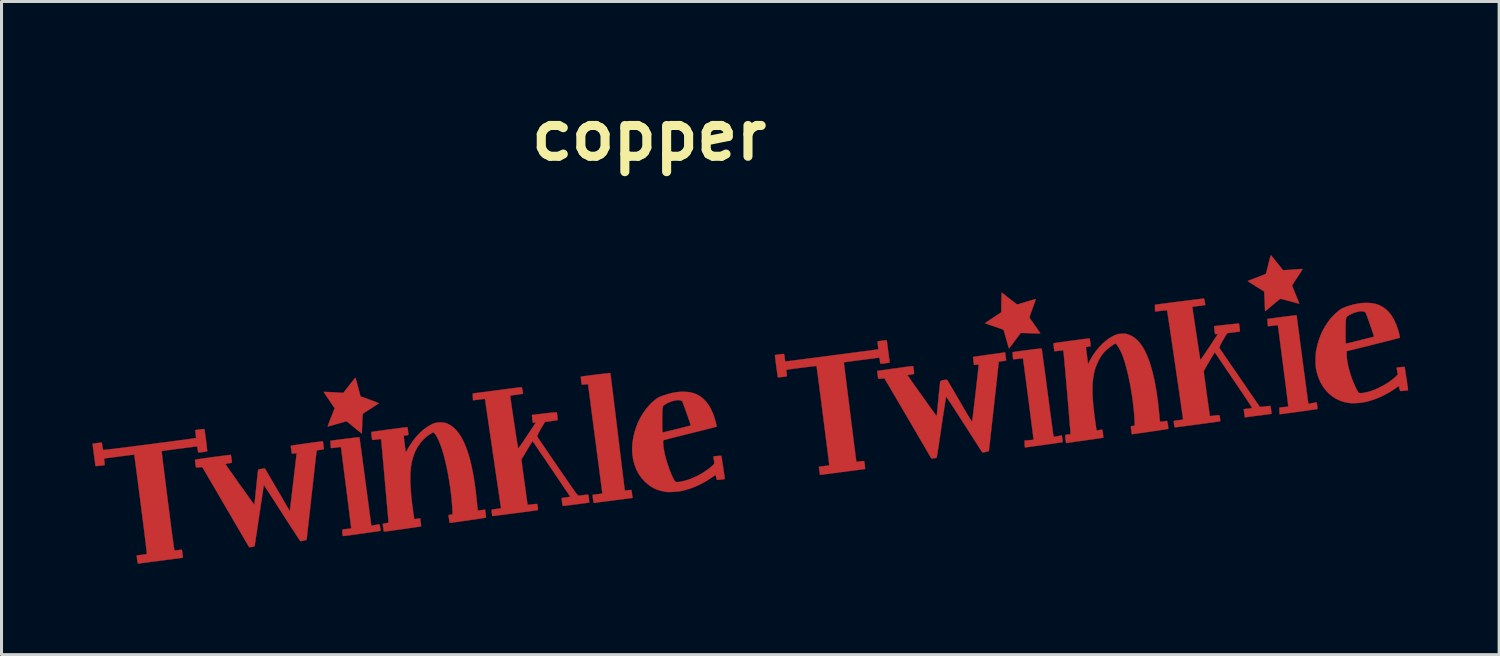
<source format=kicad_pcb>
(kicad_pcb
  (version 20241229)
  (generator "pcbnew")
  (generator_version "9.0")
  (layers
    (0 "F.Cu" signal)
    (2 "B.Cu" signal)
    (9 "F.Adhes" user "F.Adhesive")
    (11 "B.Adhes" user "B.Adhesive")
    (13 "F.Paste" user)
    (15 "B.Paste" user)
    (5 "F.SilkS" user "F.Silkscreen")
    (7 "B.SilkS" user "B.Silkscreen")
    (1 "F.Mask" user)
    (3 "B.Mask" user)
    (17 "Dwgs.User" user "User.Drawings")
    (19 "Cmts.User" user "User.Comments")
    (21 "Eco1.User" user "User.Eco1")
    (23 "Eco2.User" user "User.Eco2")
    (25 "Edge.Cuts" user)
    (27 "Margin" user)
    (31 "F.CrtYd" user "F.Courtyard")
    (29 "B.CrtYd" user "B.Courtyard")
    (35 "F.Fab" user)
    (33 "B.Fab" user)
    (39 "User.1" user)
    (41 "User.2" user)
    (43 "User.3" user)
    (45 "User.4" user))
  (footprint "copper"
    (layer "F.Cu")
    (at 18.37 1.418)
    (property "Reference" "copper" (at 0 0 0) (layer "F.SilkS") (effects (font (size 1.524 1.524) (thickness 0.3))))
    (attr through_hole)
    (fp_poly (pts (xy -9.685 8.011) (xy -9.676 8.04) (xy -9.663 8.085) (xy -9.647 8.142) (xy -9.629 8.21) (xy -9.609 8.285) (xy -9.603 8.309) (xy -9.523 8.613) (xy -9.219 8.723) (xy -9.144 8.751) (xy -9.076 8.776) (xy -9.017 8.799) (xy -8.97 8.818) (xy -8.938 8.832) (xy -8.922 8.84) (xy -8.921 8.841) (xy -8.93 8.849) (xy -8.956 8.866) (xy -8.995 8.892) (xy -9.044 8.925) (xy -9.103 8.963) (xy -9.168 9.005) (xy -9.185 9.016) (xy -9.252 9.059) (xy -9.312 9.098) (xy -9.364 9.132) (xy -9.406 9.16) (xy -9.435 9.18) (xy -9.449 9.19) (xy -9.45 9.191) (xy -9.451 9.202) (xy -9.453 9.232) (xy -9.456 9.276) (xy -9.458 9.332) (xy -9.461 9.396) (xy -9.464 9.466) (xy -9.467 9.537) (xy -9.47 9.607) (xy -9.472 9.672) (xy -9.474 9.729) (xy -9.475 9.776) (xy -9.476 9.807) (xy -9.478 9.828) (xy -9.484 9.835) (xy -9.494 9.829) (xy -9.518 9.81) (xy -9.554 9.782) (xy -9.6 9.745) (xy -9.655 9.701) (xy -9.715 9.651) (xy -9.735 9.635) (xy -9.797 9.584) (xy -9.853 9.538) (xy -9.902 9.499) (xy -9.941 9.467) (xy -9.969 9.445) (xy -9.983 9.435) (xy -9.985 9.434) (xy -9.996 9.437) (xy -10.025 9.445) (xy -10.069 9.457) (xy -10.126 9.474) (xy -10.193 9.493) (xy -10.268 9.515) (xy -10.297 9.523) (xy -10.374 9.545) (xy -10.444 9.565) (xy -10.504 9.582) (xy -10.553 9.596) (xy -10.588 9.605) (xy -10.605 9.609) (xy -10.607 9.609) (xy -10.604 9.598) (xy -10.594 9.571) (xy -10.579 9.528) (xy -10.558 9.473) (xy -10.533 9.408) (xy -10.505 9.336) (xy -10.493 9.305) (xy -10.376 9.005) (xy -10.455 8.888) (xy -10.489 8.837) (xy -10.531 8.775) (xy -10.576 8.708) (xy -10.62 8.644) (xy -10.636 8.62) (xy -10.669 8.571) (xy -10.697 8.528) (xy -10.719 8.494) (xy -10.732 8.472) (xy -10.734 8.465) (xy -10.723 8.465) (xy -10.694 8.466) (xy -10.65 8.467) (xy -10.594 8.47) (xy -10.529 8.473) (xy -10.458 8.477) (xy -10.384 8.481) (xy -10.31 8.485) (xy -10.24 8.49) (xy -10.176 8.494) (xy -10.156 8.495) (xy -10.09 8.5) (xy -9.893 8.246) (xy -9.844 8.183) (xy -9.798 8.126) (xy -9.759 8.078) (xy -9.727 8.039) (xy -9.704 8.012) (xy -9.691 8) (xy -9.689 7.999) (xy -9.685 8.011)) (stroke (width 0.01) (type solid)) (fill yes) (layer "F.Cu"))
    (fp_poly (pts (xy 20.529 3.961) (xy 20.548 3.984) (xy 20.578 4.019) (xy 20.615 4.065) (xy 20.659 4.119) (xy 20.708 4.18) (xy 20.725 4.201) (xy 20.922 4.447) (xy 20.964 4.447) (xy 20.988 4.446) (xy 21.028 4.444) (xy 21.083 4.441) (xy 21.146 4.437) (xy 21.215 4.432) (xy 21.286 4.427) (xy 21.354 4.422) (xy 21.417 4.417) (xy 21.469 4.413) (xy 21.506 4.41) (xy 21.542 4.408) (xy 21.563 4.41) (xy 21.567 4.414) (xy 21.562 4.425) (xy 21.546 4.452) (xy 21.521 4.491) (xy 21.489 4.542) (xy 21.451 4.601) (xy 21.408 4.666) (xy 21.393 4.688) (xy 21.22 4.952) (xy 21.341 5.251) (xy 21.371 5.326) (xy 21.398 5.394) (xy 21.422 5.453) (xy 21.44 5.5) (xy 21.453 5.534) (xy 21.459 5.552) (xy 21.459 5.554) (xy 21.449 5.552) (xy 21.42 5.545) (xy 21.376 5.534) (xy 21.319 5.519) (xy 21.252 5.501) (xy 21.178 5.481) (xy 21.149 5.473) (xy 21.072 5.452) (xy 21.001 5.433) (xy 20.939 5.417) (xy 20.888 5.405) (xy 20.852 5.397) (xy 20.833 5.393) (xy 20.831 5.393) (xy 20.82 5.401) (xy 20.795 5.421) (xy 20.758 5.451) (xy 20.712 5.489) (xy 20.657 5.534) (xy 20.598 5.584) (xy 20.579 5.6) (xy 20.519 5.651) (xy 20.463 5.697) (xy 20.415 5.737) (xy 20.376 5.769) (xy 20.349 5.791) (xy 20.335 5.801) (xy 20.334 5.802) (xy 20.331 5.792) (xy 20.329 5.767) (xy 20.328 5.73) (xy 20.327 5.72) (xy 20.327 5.685) (xy 20.325 5.633) (xy 20.322 5.569) (xy 20.319 5.497) (xy 20.316 5.422) (xy 20.314 5.395) (xy 20.302 5.152) (xy 20.032 4.985) (xy 19.964 4.942) (xy 19.902 4.903) (xy 19.849 4.869) (xy 19.806 4.841) (xy 19.776 4.821) (xy 19.761 4.811) (xy 19.76 4.809) (xy 19.768 4.804) (xy 19.795 4.792) (xy 19.836 4.775) (xy 19.89 4.753) (xy 19.955 4.728) (xy 20.027 4.701) (xy 20.054 4.691) (xy 20.132 4.662) (xy 20.202 4.634) (xy 20.262 4.61) (xy 20.31 4.59) (xy 20.343 4.574) (xy 20.359 4.565) (xy 20.36 4.564) (xy 20.364 4.55) (xy 20.373 4.518) (xy 20.385 4.471) (xy 20.401 4.411) (xy 20.418 4.342) (xy 20.437 4.266) (xy 20.441 4.249) (xy 20.46 4.173) (xy 20.477 4.104) (xy 20.493 4.045) (xy 20.505 3.999) (xy 20.515 3.967) (xy 20.52 3.953) (xy 20.521 3.952) (xy 20.529 3.961)) (stroke (width 0.01) (type solid)) (fill yes) (layer "F.Cu"))
    (fp_poly (pts (xy 11.89 5.383) (xy 11.953 5.433) (xy 12.011 5.478) (xy 12.062 5.516) (xy 12.104 5.547) (xy 12.134 5.569) (xy 12.151 5.579) (xy 12.153 5.58) (xy 12.167 5.577) (xy 12.198 5.568) (xy 12.244 5.555) (xy 12.302 5.538) (xy 12.369 5.517) (xy 12.444 5.494) (xy 12.463 5.488) (xy 12.539 5.465) (xy 12.607 5.445) (xy 12.666 5.427) (xy 12.714 5.414) (xy 12.747 5.405) (xy 12.763 5.402) (xy 12.764 5.402) (xy 12.762 5.413) (xy 12.753 5.441) (xy 12.738 5.484) (xy 12.719 5.539) (xy 12.695 5.605) (xy 12.669 5.678) (xy 12.658 5.707) (xy 12.627 5.792) (xy 12.602 5.859) (xy 12.584 5.911) (xy 12.571 5.95) (xy 12.562 5.979) (xy 12.558 5.999) (xy 12.557 6.012) (xy 12.56 6.022) (xy 12.564 6.03) (xy 12.567 6.034) (xy 12.578 6.05) (xy 12.599 6.08) (xy 12.629 6.123) (xy 12.666 6.175) (xy 12.708 6.234) (xy 12.752 6.298) (xy 12.796 6.36) (xy 12.835 6.416) (xy 12.868 6.465) (xy 12.893 6.503) (xy 12.909 6.528) (xy 12.914 6.539) (xy 12.914 6.539) (xy 12.903 6.54) (xy 12.873 6.54) (xy 12.829 6.539) (xy 12.772 6.537) (xy 12.707 6.534) (xy 12.678 6.533) (xy 12.603 6.53) (xy 12.529 6.527) (xy 12.461 6.525) (xy 12.404 6.523) (xy 12.362 6.522) (xy 12.356 6.522) (xy 12.265 6.522) (xy 12.075 6.776) (xy 12.027 6.84) (xy 11.984 6.898) (xy 11.945 6.948) (xy 11.915 6.988) (xy 11.893 7.016) (xy 11.881 7.029) (xy 11.88 7.03) (xy 11.876 7.02) (xy 11.867 6.993) (xy 11.853 6.95) (xy 11.837 6.894) (xy 11.818 6.827) (xy 11.797 6.753) (xy 11.789 6.728) (xy 11.768 6.651) (xy 11.748 6.581) (xy 11.731 6.52) (xy 11.716 6.471) (xy 11.706 6.436) (xy 11.7 6.419) (xy 11.699 6.417) (xy 11.688 6.412) (xy 11.66 6.401) (xy 11.616 6.384) (xy 11.56 6.364) (xy 11.494 6.341) (xy 11.42 6.316) (xy 11.39 6.305) (xy 11.314 6.279) (xy 11.245 6.256) (xy 11.185 6.235) (xy 11.138 6.218) (xy 11.104 6.206) (xy 11.087 6.2) (xy 11.085 6.199) (xy 11.094 6.193) (xy 11.118 6.177) (xy 11.155 6.151) (xy 11.204 6.119) (xy 11.262 6.08) (xy 11.326 6.037) (xy 11.355 6.018) (xy 11.625 5.839) (xy 11.626 5.622) (xy 11.627 5.547) (xy 11.629 5.472) (xy 11.63 5.401) (xy 11.632 5.34) (xy 11.635 5.296) (xy 11.641 5.187) (xy 11.89 5.383)) (stroke (width 0.01) (type solid)) (fill yes) (layer "F.Cu"))
    (fp_poly (pts (xy 21.563 7.394) (xy 21.586 7.567) (xy 21.608 7.735) (xy 21.63 7.895) (xy 21.65 8.048) (xy 21.669 8.191) (xy 21.687 8.323) (xy 21.703 8.444) (xy 21.718 8.551) (xy 21.731 8.645) (xy 21.741 8.723) (xy 21.75 8.784) (xy 21.756 8.828) (xy 21.76 8.853) (xy 21.761 8.858) (xy 21.773 8.858) (xy 21.801 8.854) (xy 21.842 8.846) (xy 21.891 8.836) (xy 21.895 8.835) (xy 21.944 8.825) (xy 21.986 8.817) (xy 22.015 8.812) (xy 22.028 8.812) (xy 22.029 8.812) (xy 22.033 8.825) (xy 22.039 8.853) (xy 22.046 8.89) (xy 22.052 8.932) (xy 22.057 8.972) (xy 22.06 9.005) (xy 22.061 9.025) (xy 22.06 9.029) (xy 22.049 9.031) (xy 22.019 9.036) (xy 21.973 9.043) (xy 21.912 9.053) (xy 21.84 9.063) (xy 21.757 9.075) (xy 21.668 9.088) (xy 21.573 9.101) (xy 21.475 9.115) (xy 21.377 9.129) (xy 21.28 9.142) (xy 21.187 9.155) (xy 21.1 9.167) (xy 21.022 9.177) (xy 20.954 9.186) (xy 20.899 9.193) (xy 20.86 9.198) (xy 20.838 9.2) (xy 20.835 9.2) (xy 20.807 9.201) (xy 20.803 9.098) (xy 20.801 9.053) (xy 20.802 9.016) (xy 20.803 8.993) (xy 20.804 8.987) (xy 20.816 8.983) (xy 20.846 8.978) (xy 20.888 8.973) (xy 20.939 8.967) (xy 20.953 8.966) (xy 21.096 8.951) (xy 21.094 8.92) (xy 21.092 8.902) (xy 21.088 8.865) (xy 21.082 8.811) (xy 21.073 8.741) (xy 21.063 8.656) (xy 21.05 8.559) (xy 21.037 8.451) (xy 21.022 8.332) (xy 21.006 8.206) (xy 20.989 8.072) (xy 20.971 7.934) (xy 20.953 7.792) (xy 20.934 7.648) (xy 20.916 7.503) (xy 20.897 7.359) (xy 20.879 7.218) (xy 20.861 7.081) (xy 20.844 6.949) (xy 20.828 6.824) (xy 20.813 6.708) (xy 20.799 6.603) (xy 20.786 6.508) (xy 20.776 6.428) (xy 20.767 6.361) (xy 20.76 6.311) (xy 20.755 6.279) (xy 20.753 6.267) (xy 20.753 6.266) (xy 20.741 6.265) (xy 20.712 6.267) (xy 20.669 6.271) (xy 20.617 6.277) (xy 20.59 6.28) (xy 20.534 6.287) (xy 20.487 6.293) (xy 20.451 6.296) (xy 20.431 6.297) (xy 20.428 6.297) (xy 20.425 6.285) (xy 20.422 6.258) (xy 20.418 6.22) (xy 20.415 6.177) (xy 20.411 6.134) (xy 20.409 6.097) (xy 20.408 6.07) (xy 20.408 6.059) (xy 20.418 6.057) (xy 20.447 6.053) (xy 20.492 6.047) (xy 20.55 6.039) (xy 20.619 6.03) (xy 20.695 6.019) (xy 20.778 6.008) (xy 20.863 5.997) (xy 20.948 5.986) (xy 21.032 5.975) (xy 21.11 5.965) (xy 21.182 5.956) (xy 21.243 5.948) (xy 21.291 5.942) (xy 21.325 5.938) (xy 21.339 5.937) (xy 21.371 5.934) (xy 21.563 7.394)) (stroke (width 0.01) (type solid)) (fill yes) (layer "F.Cu"))
    (fp_poly (pts (xy 12.956 7.037) (xy 12.958 7.038) (xy 12.96 7.05) (xy 12.965 7.081) (xy 12.972 7.131) (xy 12.981 7.199) (xy 12.993 7.282) (xy 13.006 7.381) (xy 13.021 7.493) (xy 13.038 7.618) (xy 13.056 7.754) (xy 13.076 7.9) (xy 13.097 8.055) (xy 13.118 8.218) (xy 13.14 8.387) (xy 13.154 8.493) (xy 13.177 8.666) (xy 13.199 8.832) (xy 13.22 8.992) (xy 13.24 9.144) (xy 13.26 9.286) (xy 13.277 9.418) (xy 13.294 9.538) (xy 13.308 9.645) (xy 13.321 9.737) (xy 13.332 9.814) (xy 13.341 9.875) (xy 13.347 9.918) (xy 13.351 9.942) (xy 13.352 9.946) (xy 13.366 9.948) (xy 13.397 9.945) (xy 13.443 9.937) (xy 13.49 9.927) (xy 13.539 9.917) (xy 13.58 9.909) (xy 13.609 9.903) (xy 13.621 9.902) (xy 13.622 9.902) (xy 13.625 9.914) (xy 13.631 9.942) (xy 13.636 9.98) (xy 13.642 10.022) (xy 13.646 10.062) (xy 13.649 10.096) (xy 13.65 10.118) (xy 13.649 10.123) (xy 13.638 10.126) (xy 13.607 10.131) (xy 13.559 10.138) (xy 13.496 10.148) (xy 13.42 10.159) (xy 13.332 10.172) (xy 13.234 10.185) (xy 13.129 10.2) (xy 13.049 10.211) (xy 12.939 10.226) (xy 12.835 10.24) (xy 12.738 10.253) (xy 12.651 10.266) (xy 12.576 10.276) (xy 12.515 10.285) (xy 12.469 10.291) (xy 12.441 10.295) (xy 12.433 10.297) (xy 12.413 10.298) (xy 12.405 10.294) (xy 12.403 10.281) (xy 12.4 10.251) (xy 12.398 10.21) (xy 12.397 10.18) (xy 12.393 10.074) (xy 12.541 10.06) (xy 12.594 10.055) (xy 12.639 10.05) (xy 12.672 10.046) (xy 12.689 10.044) (xy 12.691 10.044) (xy 12.69 10.033) (xy 12.686 10.003) (xy 12.681 9.955) (xy 12.673 9.89) (xy 12.663 9.811) (xy 12.651 9.718) (xy 12.638 9.613) (xy 12.623 9.498) (xy 12.607 9.374) (xy 12.59 9.242) (xy 12.572 9.105) (xy 12.554 8.964) (xy 12.535 8.82) (xy 12.516 8.675) (xy 12.498 8.53) (xy 12.479 8.386) (xy 12.461 8.247) (xy 12.443 8.112) (xy 12.426 7.983) (xy 12.41 7.862) (xy 12.395 7.751) (xy 12.382 7.651) (xy 12.37 7.563) (xy 12.36 7.489) (xy 12.352 7.431) (xy 12.346 7.389) (xy 12.343 7.366) (xy 12.342 7.362) (xy 12.33 7.361) (xy 12.3 7.362) (xy 12.257 7.366) (xy 12.205 7.372) (xy 12.181 7.375) (xy 12.126 7.381) (xy 12.079 7.385) (xy 12.043 7.387) (xy 12.023 7.387) (xy 12.02 7.386) (xy 12.016 7.372) (xy 12.011 7.343) (xy 12.008 7.304) (xy 12.005 7.261) (xy 12.003 7.219) (xy 12.002 7.184) (xy 12.003 7.161) (xy 12.005 7.155) (xy 12.017 7.153) (xy 12.047 7.147) (xy 12.094 7.14) (xy 12.156 7.131) (xy 12.23 7.121) (xy 12.315 7.109) (xy 12.407 7.097) (xy 12.481 7.087) (xy 12.605 7.071) (xy 12.709 7.059) (xy 12.794 7.049) (xy 12.86 7.042) (xy 12.908 7.037) (xy 12.94 7.036) (xy 12.956 7.037)) (stroke (width 0.01) (type solid)) (fill yes) (layer "F.Cu"))
    (fp_poly (pts (xy -9.559 9.961) (xy -9.557 9.973) (xy -9.552 10.003) (xy -9.545 10.053) (xy -9.535 10.12) (xy -9.524 10.203) (xy -9.51 10.301) (xy -9.495 10.413) (xy -9.478 10.537) (xy -9.46 10.673) (xy -9.441 10.819) (xy -9.42 10.974) (xy -9.398 11.137) (xy -9.376 11.307) (xy -9.361 11.423) (xy -9.338 11.596) (xy -9.316 11.764) (xy -9.294 11.924) (xy -9.274 12.076) (xy -9.255 12.219) (xy -9.238 12.351) (xy -9.221 12.471) (xy -9.207 12.578) (xy -9.194 12.671) (xy -9.184 12.749) (xy -9.175 12.81) (xy -9.169 12.853) (xy -9.166 12.878) (xy -9.165 12.883) (xy -9.153 12.882) (xy -9.125 12.878) (xy -9.085 12.87) (xy -9.036 12.859) (xy -9.031 12.858) (xy -8.971 12.846) (xy -8.93 12.839) (xy -8.905 12.838) (xy -8.895 12.842) (xy -8.889 12.857) (xy -8.883 12.887) (xy -8.877 12.926) (xy -8.871 12.967) (xy -8.867 13.005) (xy -8.865 13.035) (xy -8.865 13.051) (xy -8.866 13.051) (xy -8.877 13.054) (xy -8.907 13.059) (xy -8.953 13.066) (xy -9.013 13.075) (xy -9.086 13.085) (xy -9.168 13.097) (xy -9.257 13.11) (xy -9.352 13.123) (xy -9.449 13.137) (xy -9.548 13.151) (xy -9.645 13.164) (xy -9.737 13.177) (xy -9.824 13.189) (xy -9.903 13.2) (xy -9.971 13.209) (xy -10.026 13.216) (xy -10.065 13.221) (xy -10.088 13.224) (xy -10.091 13.224) (xy -10.107 13.214) (xy -10.115 13.191) (xy -10.119 13.164) (xy -10.121 13.124) (xy -10.122 13.08) (xy -10.122 13.08) (xy -10.121 13.039) (xy -10.119 13.015) (xy -10.113 13.004) (xy -10.103 13.001) (xy -10.086 13) (xy -10.052 12.997) (xy -10.007 12.992) (xy -9.958 12.988) (xy -9.831 12.975) (xy -9.832 12.938) (xy -9.833 12.924) (xy -9.837 12.891) (xy -9.843 12.84) (xy -9.852 12.773) (xy -9.862 12.692) (xy -9.874 12.597) (xy -9.887 12.49) (xy -9.902 12.374) (xy -9.917 12.249) (xy -9.934 12.117) (xy -9.951 11.98) (xy -9.969 11.838) (xy -9.987 11.694) (xy -10.006 11.55) (xy -10.024 11.406) (xy -10.042 11.264) (xy -10.06 11.126) (xy -10.077 10.993) (xy -10.093 10.866) (xy -10.108 10.749) (xy -10.122 10.641) (xy -10.134 10.544) (xy -10.145 10.46) (xy -10.154 10.391) (xy -10.161 10.337) (xy -10.166 10.302) (xy -10.169 10.285) (xy -10.169 10.284) (xy -10.18 10.284) (xy -10.207 10.287) (xy -10.249 10.292) (xy -10.301 10.299) (xy -10.333 10.303) (xy -10.389 10.31) (xy -10.437 10.316) (xy -10.473 10.319) (xy -10.495 10.321) (xy -10.499 10.32) (xy -10.501 10.309) (xy -10.504 10.281) (xy -10.507 10.24) (xy -10.51 10.199) (xy -10.517 10.081) (xy -10.481 10.075) (xy -10.448 10.069) (xy -10.4 10.063) (xy -10.339 10.054) (xy -10.268 10.045) (xy -10.189 10.035) (xy -10.106 10.024) (xy -10.02 10.013) (xy -9.934 10.003) (xy -9.852 9.993) (xy -9.774 9.984) (xy -9.705 9.975) (xy -9.646 9.969) (xy -9.6 9.964) (xy -9.571 9.962) (xy -9.559 9.961) (xy -9.559 9.961)) (stroke (width 0.01) (type solid)) (fill yes) (layer "F.Cu"))
    (fp_poly (pts (xy -1.279 7.844) (xy -1.277 7.855) (xy -1.272 7.887) (xy -1.266 7.936) (xy -1.257 8.004) (xy -1.246 8.089) (xy -1.233 8.19) (xy -1.219 8.305) (xy -1.203 8.434) (xy -1.185 8.576) (xy -1.166 8.729) (xy -1.146 8.893) (xy -1.125 9.066) (xy -1.103 9.248) (xy -1.08 9.438) (xy -1.056 9.634) (xy -1.038 9.783) (xy -1.014 9.983) (xy -0.99 10.177) (xy -0.967 10.364) (xy -0.945 10.544) (xy -0.924 10.715) (xy -0.905 10.876) (xy -0.886 11.027) (xy -0.869 11.165) (xy -0.854 11.29) (xy -0.84 11.402) (xy -0.828 11.498) (xy -0.818 11.579) (xy -0.81 11.642) (xy -0.804 11.687) (xy -0.801 11.713) (xy -0.8 11.719) (xy -0.788 11.719) (xy -0.76 11.718) (xy -0.72 11.714) (xy -0.693 11.711) (xy -0.649 11.706) (xy -0.613 11.703) (xy -0.59 11.703) (xy -0.584 11.705) (xy -0.58 11.717) (xy -0.574 11.747) (xy -0.567 11.788) (xy -0.561 11.837) (xy -0.544 11.963) (xy -0.582 11.969) (xy -0.599 11.971) (xy -0.636 11.976) (xy -0.689 11.983) (xy -0.757 11.992) (xy -0.838 12.003) (xy -0.929 12.014) (xy -1.029 12.027) (xy -1.136 12.041) (xy -1.196 12.049) (xy -1.305 12.063) (xy -1.409 12.076) (xy -1.504 12.088) (xy -1.59 12.1) (xy -1.664 12.109) (xy -1.724 12.117) (xy -1.769 12.123) (xy -1.795 12.127) (xy -1.802 12.128) (xy -1.821 12.129) (xy -1.83 12.12) (xy -1.836 12.095) (xy -1.836 12.093) (xy -1.843 12.045) (xy -1.85 11.995) (xy -1.855 11.947) (xy -1.86 11.906) (xy -1.862 11.877) (xy -1.862 11.865) (xy -1.862 11.864) (xy -1.851 11.862) (xy -1.822 11.858) (xy -1.78 11.852) (xy -1.728 11.845) (xy -1.699 11.841) (xy -1.541 11.821) (xy -1.544 11.789) (xy -1.546 11.775) (xy -1.55 11.742) (xy -1.557 11.689) (xy -1.566 11.619) (xy -1.577 11.533) (xy -1.591 11.431) (xy -1.606 11.314) (xy -1.623 11.184) (xy -1.641 11.043) (xy -1.661 10.89) (xy -1.683 10.727) (xy -1.705 10.555) (xy -1.729 10.376) (xy -1.753 10.19) (xy -1.778 9.999) (xy -1.78 9.99) (xy -1.805 9.799) (xy -1.829 9.614) (xy -1.852 9.435) (xy -1.875 9.264) (xy -1.896 9.102) (xy -1.916 8.951) (xy -1.934 8.81) (xy -1.951 8.682) (xy -1.966 8.567) (xy -1.979 8.466) (xy -1.99 8.381) (xy -1.999 8.312) (xy -2.006 8.261) (xy -2.01 8.229) (xy -2.012 8.216) (xy -2.012 8.216) (xy -2.021 8.214) (xy -2.048 8.215) (xy -2.086 8.217) (xy -2.114 8.219) (xy -2.158 8.222) (xy -2.193 8.224) (xy -2.215 8.224) (xy -2.219 8.224) (xy -2.223 8.211) (xy -2.228 8.183) (xy -2.234 8.144) (xy -2.239 8.099) (xy -2.244 8.054) (xy -2.248 8.013) (xy -2.25 7.982) (xy -2.25 7.965) (xy -2.25 7.963) (xy -2.238 7.96) (xy -2.207 7.955) (xy -2.161 7.949) (xy -2.102 7.94) (xy -2.032 7.931) (xy -1.953 7.921) (xy -1.869 7.91) (xy -1.782 7.899) (xy -1.695 7.889) (xy -1.609 7.879) (xy -1.528 7.869) (xy -1.454 7.861) (xy -1.39 7.854) (xy -1.338 7.848) (xy -1.301 7.845) (xy -1.281 7.844) (xy -1.279 7.844)) (stroke (width 0.01) (type solid)) (fill yes) (layer "F.Cu"))
    (fp_poly (pts (xy 23.724 5.529) (xy 23.825 5.535) (xy 23.914 5.547) (xy 23.965 5.558) (xy 24.094 5.601) (xy 24.211 5.661) (xy 24.319 5.739) (xy 24.416 5.833) (xy 24.504 5.945) (xy 24.582 6.076) (xy 24.651 6.224) (xy 24.712 6.392) (xy 24.756 6.547) (xy 24.767 6.596) (xy 24.776 6.637) (xy 24.781 6.666) (xy 24.781 6.679) (xy 24.781 6.679) (xy 24.77 6.683) (xy 24.739 6.691) (xy 24.692 6.704) (xy 24.628 6.72) (xy 24.55 6.74) (xy 24.459 6.763) (xy 24.356 6.789) (xy 24.243 6.818) (xy 24.122 6.848) (xy 23.993 6.88) (xy 23.898 6.904) (xy 23.023 7.121) (xy 23.024 7.248) (xy 23.031 7.361) (xy 23.049 7.489) (xy 23.079 7.631) (xy 23.12 7.785) (xy 23.171 7.949) (xy 23.209 8.057) (xy 23.232 8.12) (xy 23.26 8.186) (xy 23.29 8.253) (xy 23.32 8.318) (xy 23.35 8.378) (xy 23.377 8.429) (xy 23.4 8.468) (xy 23.418 8.491) (xy 23.423 8.496) (xy 23.452 8.505) (xy 23.499 8.507) (xy 23.56 8.5) (xy 23.633 8.487) (xy 23.716 8.468) (xy 23.807 8.442) (xy 23.838 8.432) (xy 23.959 8.387) (xy 24.085 8.331) (xy 24.211 8.267) (xy 24.334 8.196) (xy 24.447 8.121) (xy 24.548 8.045) (xy 24.623 7.98) (xy 24.713 7.893) (xy 24.692 7.782) (xy 24.684 7.736) (xy 24.678 7.699) (xy 24.675 7.674) (xy 24.675 7.667) (xy 24.688 7.663) (xy 24.716 7.659) (xy 24.755 7.654) (xy 24.8 7.649) (xy 24.845 7.645) (xy 24.886 7.642) (xy 24.918 7.641) (xy 24.934 7.641) (xy 24.936 7.642) (xy 24.938 7.653) (xy 24.944 7.683) (xy 24.951 7.727) (xy 24.96 7.784) (xy 24.97 7.85) (xy 24.982 7.924) (xy 24.993 8) (xy 25.005 8.078) (xy 25.016 8.154) (xy 25.026 8.225) (xy 25.035 8.288) (xy 25.043 8.341) (xy 25.048 8.381) (xy 25.05 8.404) (xy 25.051 8.408) (xy 25.041 8.411) (xy 25.015 8.416) (xy 24.978 8.421) (xy 24.934 8.426) (xy 24.888 8.431) (xy 24.846 8.434) (xy 24.812 8.436) (xy 24.792 8.435) (xy 24.788 8.435) (xy 24.782 8.422) (xy 24.774 8.394) (xy 24.767 8.356) (xy 24.765 8.349) (xy 24.757 8.305) (xy 24.749 8.281) (xy 24.741 8.276) (xy 24.74 8.276) (xy 24.727 8.285) (xy 24.7 8.304) (xy 24.665 8.328) (xy 24.643 8.344) (xy 24.479 8.451) (xy 24.307 8.549) (xy 24.129 8.635) (xy 23.95 8.708) (xy 23.774 8.765) (xy 23.621 8.802) (xy 23.522 8.819) (xy 23.417 8.831) (xy 23.311 8.837) (xy 23.212 8.839) (xy 23.126 8.834) (xy 23.124 8.833) (xy 22.967 8.807) (xy 22.819 8.761) (xy 22.681 8.697) (xy 22.552 8.616) (xy 22.434 8.518) (xy 22.327 8.405) (xy 22.234 8.278) (xy 22.154 8.136) (xy 22.088 7.982) (xy 22.037 7.816) (xy 22.015 7.716) (xy 22.007 7.651) (xy 22.001 7.572) (xy 21.997 7.482) (xy 21.997 7.388) (xy 21.999 7.295) (xy 22.004 7.208) (xy 22.012 7.134) (xy 22.016 7.11) (xy 22.061 6.903) (xy 22.122 6.704) (xy 22.194 6.528) (xy 22.987 6.528) (xy 22.987 6.605) (xy 22.987 6.678) (xy 22.988 6.741) (xy 22.989 6.792) (xy 22.991 6.829) (xy 22.993 6.848) (xy 22.993 6.848) (xy 23.001 6.866) (xy 23.008 6.871) (xy 23.02 6.869) (xy 23.051 6.862) (xy 23.097 6.851) (xy 23.158 6.836) (xy 23.231 6.818) (xy 23.314 6.798) (xy 23.404 6.775) (xy 23.47 6.759) (xy 23.565 6.735) (xy 23.653 6.713) (xy 23.732 6.693) (xy 23.801 6.676) (xy 23.856 6.661) (xy 23.897 6.651) (xy 23.921 6.645) (xy 23.927 6.643) (xy 23.925 6.632) (xy 23.917 6.604) (xy 23.903 6.561) (xy 23.885 6.507) (xy 23.863 6.442) (xy 23.839 6.371) (xy 23.813 6.296) (xy 23.786 6.219) (xy 23.759 6.143) (xy 23.733 6.07) (xy 23.709 6.004) (xy 23.688 5.946) (xy 23.671 5.9) (xy 23.658 5.868) (xy 23.651 5.853) (xy 23.651 5.853) (xy 23.619 5.825) (xy 23.572 5.809) (xy 23.512 5.803) (xy 23.441 5.809) (xy 23.362 5.825) (xy 23.277 5.852) (xy 23.188 5.889) (xy 23.171 5.897) (xy 23.11 5.928) (xy 23.066 5.955) (xy 23.035 5.982) (xy 23.015 6.011) (xy 23.003 6.045) (xy 22.996 6.089) (xy 22.996 6.09) (xy 22.994 6.119) (xy 22.992 6.165) (xy 22.99 6.224) (xy 22.989 6.293) (xy 22.988 6.368) (xy 22.987 6.448) (xy 22.987 6.528) (xy 22.194 6.528) (xy 22.199 6.514) (xy 22.291 6.336) (xy 22.398 6.17) (xy 22.517 6.017) (xy 22.65 5.88) (xy 22.79 5.762) (xy 22.853 5.723) (xy 22.935 5.683) (xy 23.031 5.646) (xy 23.139 5.611) (xy 23.257 5.58) (xy 23.379 5.554) (xy 23.42 5.547) (xy 23.516 5.535) (xy 23.62 5.529) (xy 23.724 5.529)) (stroke (width 0.01) (type solid)) (fill yes) (layer "F.Cu"))
    (fp_poly (pts (xy 1.178 8.462) (xy 1.184 8.463) (xy 1.291 8.47) (xy 1.384 8.485) (xy 1.469 8.507) (xy 1.553 8.539) (xy 1.583 8.553) (xy 1.697 8.619) (xy 1.801 8.701) (xy 1.895 8.801) (xy 1.979 8.918) (xy 2.054 9.053) (xy 2.12 9.207) (xy 2.153 9.301) (xy 2.174 9.369) (xy 2.193 9.435) (xy 2.209 9.494) (xy 2.22 9.545) (xy 2.227 9.584) (xy 2.229 9.608) (xy 2.227 9.614) (xy 2.215 9.618) (xy 2.185 9.626) (xy 2.137 9.639) (xy 2.073 9.655) (xy 1.995 9.675) (xy 1.903 9.698) (xy 1.8 9.724) (xy 1.688 9.753) (xy 1.566 9.783) (xy 1.438 9.815) (xy 1.35 9.837) (xy 1.218 9.869) (xy 1.092 9.901) (xy 0.974 9.931) (xy 0.864 9.958) (xy 0.765 9.984) (xy 0.678 10.006) (xy 0.604 10.026) (xy 0.545 10.041) (xy 0.503 10.053) (xy 0.479 10.06) (xy 0.474 10.063) (xy 0.467 10.087) (xy 0.464 10.13) (xy 0.467 10.187) (xy 0.474 10.256) (xy 0.484 10.335) (xy 0.499 10.42) (xy 0.517 10.508) (xy 0.538 10.597) (xy 0.54 10.604) (xy 0.567 10.704) (xy 0.598 10.806) (xy 0.632 10.908) (xy 0.667 11.007) (xy 0.703 11.101) (xy 0.738 11.188) (xy 0.773 11.265) (xy 0.806 11.331) (xy 0.835 11.383) (xy 0.861 11.419) (xy 0.879 11.435) (xy 0.906 11.441) (xy 0.95 11.44) (xy 1.007 11.433) (xy 1.074 11.421) (xy 1.149 11.404) (xy 1.226 11.384) (xy 1.305 11.36) (xy 1.381 11.333) (xy 1.395 11.327) (xy 1.597 11.237) (xy 1.787 11.13) (xy 1.966 11.005) (xy 2.071 10.919) (xy 2.11 10.884) (xy 2.135 10.857) (xy 2.149 10.831) (xy 2.153 10.802) (xy 2.15 10.763) (xy 2.141 10.709) (xy 2.14 10.707) (xy 2.12 10.599) (xy 2.153 10.593) (xy 2.205 10.586) (xy 2.258 10.58) (xy 2.306 10.575) (xy 2.347 10.573) (xy 2.374 10.573) (xy 2.384 10.575) (xy 2.387 10.587) (xy 2.393 10.616) (xy 2.4 10.661) (xy 2.409 10.718) (xy 2.42 10.784) (xy 2.431 10.857) (xy 2.443 10.934) (xy 2.454 11.012) (xy 2.466 11.087) (xy 2.476 11.158) (xy 2.485 11.22) (xy 2.492 11.272) (xy 2.496 11.31) (xy 2.499 11.332) (xy 2.499 11.334) (xy 2.489 11.341) (xy 2.463 11.348) (xy 2.425 11.354) (xy 2.382 11.36) (xy 2.336 11.364) (xy 2.294 11.367) (xy 2.259 11.367) (xy 2.238 11.364) (xy 2.234 11.361) (xy 2.229 11.345) (xy 2.221 11.314) (xy 2.214 11.276) (xy 2.213 11.275) (xy 2.2 11.202) (xy 2.103 11.27) (xy 1.909 11.396) (xy 1.712 11.505) (xy 1.516 11.596) (xy 1.322 11.669) (xy 1.13 11.722) (xy 1.027 11.743) (xy 0.974 11.751) (xy 0.909 11.757) (xy 0.838 11.763) (xy 0.766 11.767) (xy 0.698 11.77) (xy 0.638 11.771) (xy 0.593 11.769) (xy 0.577 11.767) (xy 0.428 11.74) (xy 0.295 11.702) (xy 0.173 11.653) (xy 0.061 11.589) (xy -0.047 11.509) (xy -0.136 11.43) (xy -0.247 11.309) (xy -0.341 11.174) (xy -0.419 11.027) (xy -0.48 10.867) (xy -0.524 10.696) (xy -0.551 10.513) (xy -0.557 10.44) (xy -0.558 10.295) (xy -0.546 10.14) (xy -0.52 9.979) (xy -0.483 9.815) (xy -0.434 9.655) (xy -0.376 9.501) (xy -0.373 9.495) (xy 0.435 9.495) (xy 0.435 9.57) (xy 0.436 9.638) (xy 0.437 9.696) (xy 0.439 9.739) (xy 0.441 9.764) (xy 0.441 9.765) (xy 0.447 9.79) (xy 0.453 9.804) (xy 0.454 9.804) (xy 0.465 9.802) (xy 0.495 9.795) (xy 0.541 9.784) (xy 0.602 9.769) (xy 0.674 9.752) (xy 0.757 9.731) (xy 0.847 9.709) (xy 0.918 9.692) (xy 1.013 9.668) (xy 1.102 9.646) (xy 1.181 9.626) (xy 1.25 9.608) (xy 1.306 9.593) (xy 1.347 9.581) (xy 1.371 9.574) (xy 1.376 9.571) (xy 1.373 9.556) (xy 1.363 9.525) (xy 1.348 9.479) (xy 1.328 9.421) (xy 1.305 9.354) (xy 1.28 9.281) (xy 1.253 9.204) (xy 1.225 9.126) (xy 1.198 9.049) (xy 1.172 8.977) (xy 1.148 8.912) (xy 1.127 8.857) (xy 1.111 8.814) (xy 1.099 8.786) (xy 1.094 8.775) (xy 1.062 8.754) (xy 1.015 8.741) (xy 0.955 8.737) (xy 0.919 8.739) (xy 0.841 8.752) (xy 0.757 8.775) (xy 0.673 8.805) (xy 0.594 8.842) (xy 0.527 8.882) (xy 0.492 8.908) (xy 0.472 8.926) (xy 0.46 8.942) (xy 0.453 8.964) (xy 0.448 8.995) (xy 0.444 9.032) (xy 0.442 9.067) (xy 0.44 9.118) (xy 0.438 9.182) (xy 0.437 9.255) (xy 0.436 9.333) (xy 0.435 9.414) (xy 0.435 9.495) (xy -0.373 9.495) (xy -0.334 9.41) (xy -0.27 9.289) (xy -0.195 9.167) (xy -0.112 9.05) (xy -0.025 8.942) (xy 0.062 8.847) (xy 0.107 8.805) (xy 0.176 8.744) (xy 0.238 8.696) (xy 0.296 8.658) (xy 0.357 8.627) (xy 0.426 8.599) (xy 0.473 8.583) (xy 0.612 8.539) (xy 0.736 8.506) (xy 0.85 8.483) (xy 0.959 8.468) (xy 1.067 8.462) (xy 1.178 8.462)) (stroke (width 0.01) (type solid)) (fill yes) (layer "F.Cu"))
    (fp_poly (pts (xy -14.675 9.695) (xy -14.672 9.707) (xy -14.666 9.738) (xy -14.659 9.783) (xy -14.651 9.841) (xy -14.642 9.907) (xy -14.632 9.98) (xy -14.622 10.055) (xy -14.613 10.131) (xy -14.604 10.204) (xy -14.596 10.272) (xy -14.59 10.33) (xy -14.585 10.377) (xy -14.583 10.41) (xy -14.583 10.425) (xy -14.583 10.425) (xy -14.596 10.43) (xy -14.625 10.436) (xy -14.665 10.442) (xy -14.712 10.449) (xy -14.761 10.455) (xy -14.806 10.46) (xy -14.844 10.463) (xy -14.869 10.464) (xy -14.877 10.463) (xy -14.882 10.449) (xy -14.887 10.421) (xy -14.894 10.381) (xy -14.897 10.36) (xy -14.902 10.318) (xy -14.907 10.285) (xy -14.91 10.266) (xy -14.911 10.264) (xy -14.922 10.264) (xy -14.951 10.268) (xy -14.997 10.273) (xy -15.057 10.281) (xy -15.129 10.29) (xy -15.21 10.3) (xy -15.298 10.312) (xy -15.392 10.324) (xy -15.487 10.337) (xy -15.584 10.349) (xy -15.678 10.362) (xy -15.767 10.374) (xy -15.85 10.385) (xy -15.924 10.395) (xy -15.987 10.404) (xy -16.037 10.411) (xy -16.07 10.416) (xy -16.085 10.418) (xy -16.086 10.419) (xy -16.085 10.43) (xy -16.082 10.46) (xy -16.076 10.51) (xy -16.068 10.577) (xy -16.058 10.661) (xy -16.046 10.759) (xy -16.032 10.873) (xy -16.016 10.999) (xy -15.999 11.137) (xy -15.98 11.286) (xy -15.96 11.445) (xy -15.939 11.612) (xy -15.917 11.787) (xy -15.894 11.968) (xy -15.883 12.059) (xy -15.854 12.283) (xy -15.828 12.487) (xy -15.805 12.671) (xy -15.783 12.836) (xy -15.764 12.985) (xy -15.747 13.116) (xy -15.732 13.231) (xy -15.718 13.332) (xy -15.706 13.418) (xy -15.696 13.491) (xy -15.687 13.551) (xy -15.68 13.6) (xy -15.674 13.638) (xy -15.669 13.666) (xy -15.665 13.684) (xy -15.661 13.695) (xy -15.659 13.698) (xy -15.642 13.698) (xy -15.61 13.695) (xy -15.567 13.69) (xy -15.532 13.686) (xy -15.486 13.68) (xy -15.449 13.676) (xy -15.425 13.674) (xy -15.418 13.674) (xy -15.415 13.685) (xy -15.411 13.712) (xy -15.405 13.751) (xy -15.399 13.795) (xy -15.394 13.841) (xy -15.389 13.882) (xy -15.386 13.915) (xy -15.385 13.935) (xy -15.385 13.938) (xy -15.396 13.939) (xy -15.426 13.944) (xy -15.474 13.951) (xy -15.538 13.959) (xy -15.615 13.97) (xy -15.706 13.981) (xy -15.807 13.995) (xy -15.916 14.009) (xy -16.034 14.024) (xy -16.104 14.033) (xy -16.225 14.049) (xy -16.341 14.064) (xy -16.449 14.078) (xy -16.548 14.091) (xy -16.636 14.102) (xy -16.711 14.112) (xy -16.771 14.12) (xy -16.815 14.126) (xy -16.841 14.13) (xy -16.846 14.13) (xy -16.86 14.132) (xy -16.869 14.128) (xy -16.876 14.115) (xy -16.881 14.087) (xy -16.886 14.053) (xy -16.893 14.005) (xy -16.899 13.956) (xy -16.904 13.918) (xy -16.904 13.917) (xy -16.911 13.864) (xy -16.748 13.844) (xy -16.691 13.837) (xy -16.642 13.83) (xy -16.603 13.824) (xy -16.58 13.82) (xy -16.575 13.818) (xy -16.574 13.807) (xy -16.577 13.775) (xy -16.582 13.723) (xy -16.59 13.65) (xy -16.601 13.556) (xy -16.614 13.442) (xy -16.631 13.307) (xy -16.65 13.151) (xy -16.672 12.974) (xy -16.697 12.777) (xy -16.725 12.559) (xy -16.756 12.319) (xy -16.774 12.176) (xy -16.798 11.992) (xy -16.821 11.814) (xy -16.843 11.643) (xy -16.864 11.48) (xy -16.884 11.326) (xy -16.903 11.183) (xy -16.92 11.051) (xy -16.936 10.931) (xy -16.949 10.825) (xy -16.962 10.734) (xy -16.972 10.658) (xy -16.979 10.6) (xy -16.985 10.56) (xy -16.988 10.539) (xy -16.988 10.536) (xy -16.999 10.537) (xy -17.028 10.54) (xy -17.074 10.545) (xy -17.133 10.552) (xy -17.202 10.561) (xy -17.28 10.571) (xy -17.365 10.582) (xy -17.452 10.593) (xy -17.541 10.604) (xy -17.628 10.616) (xy -17.711 10.627) (xy -17.788 10.637) (xy -17.855 10.646) (xy -17.911 10.654) (xy -17.953 10.66) (xy -17.978 10.664) (xy -17.985 10.665) (xy -17.985 10.677) (xy -17.983 10.704) (xy -17.978 10.743) (xy -17.974 10.772) (xy -17.969 10.816) (xy -17.966 10.851) (xy -17.965 10.873) (xy -17.966 10.878) (xy -17.98 10.882) (xy -18.008 10.886) (xy -18.049 10.892) (xy -18.095 10.898) (xy -18.144 10.904) (xy -18.19 10.909) (xy -18.229 10.913) (xy -18.257 10.916) (xy -18.267 10.915) (xy -18.269 10.904) (xy -18.274 10.874) (xy -18.28 10.828) (xy -18.288 10.769) (xy -18.298 10.698) (xy -18.308 10.618) (xy -18.318 10.544) (xy -18.365 10.176) (xy -18.275 10.164) (xy -18.224 10.157) (xy -18.173 10.15) (xy -18.131 10.144) (xy -18.126 10.143) (xy -18.093 10.139) (xy -18.069 10.138) (xy -18.062 10.139) (xy -18.058 10.15) (xy -18.053 10.178) (xy -18.047 10.218) (xy -18.042 10.257) (xy -18.035 10.304) (xy -18.029 10.344) (xy -18.024 10.372) (xy -18.022 10.382) (xy -18.01 10.382) (xy -17.978 10.38) (xy -17.926 10.375) (xy -17.853 10.367) (xy -17.76 10.356) (xy -17.646 10.342) (xy -17.511 10.325) (xy -17.355 10.306) (xy -17.179 10.283) (xy -16.982 10.258) (xy -16.764 10.23) (xy -16.524 10.199) (xy -16.486 10.194) (xy -16.309 10.171) (xy -16.137 10.148) (xy -15.972 10.127) (xy -15.815 10.106) (xy -15.668 10.087) (xy -15.531 10.069) (xy -15.406 10.052) (xy -15.293 10.037) (xy -15.194 10.024) (xy -15.111 10.012) (xy -15.044 10.003) (xy -14.994 9.996) (xy -14.963 9.992) (xy -14.952 9.99) (xy -14.952 9.99) (xy -14.951 9.977) (xy -14.953 9.949) (xy -14.957 9.908) (xy -14.962 9.86) (xy -14.968 9.811) (xy -14.972 9.77) (xy -14.973 9.741) (xy -14.972 9.729) (xy -14.959 9.724) (xy -14.929 9.718) (xy -14.889 9.712) (xy -14.842 9.706) (xy -14.793 9.701) (xy -14.747 9.696) (xy -14.709 9.693) (xy -14.683 9.693) (xy -14.675 9.695)) (stroke (width 0.01) (type solid)) (fill yes) (layer "F.Cu"))
    (fp_poly (pts (xy -6.805 9.475) (xy -6.735 9.486) (xy -6.669 9.508) (xy -6.599 9.541) (xy -6.56 9.563) (xy -6.46 9.634) (xy -6.365 9.725) (xy -6.275 9.836) (xy -6.191 9.967) (xy -6.113 10.118) (xy -6.04 10.289) (xy -5.973 10.48) (xy -5.911 10.692) (xy -5.855 10.924) (xy -5.805 11.176) (xy -5.759 11.449) (xy -5.72 11.742) (xy -5.685 12.055) (xy -5.676 12.153) (xy -5.67 12.22) (xy -5.664 12.279) (xy -5.659 12.328) (xy -5.655 12.362) (xy -5.652 12.38) (xy -5.652 12.382) (xy -5.641 12.382) (xy -5.613 12.379) (xy -5.573 12.373) (xy -5.53 12.367) (xy -5.411 12.349) (xy -5.406 12.376) (xy -5.401 12.405) (xy -5.396 12.444) (xy -5.391 12.488) (xy -5.386 12.532) (xy -5.382 12.571) (xy -5.38 12.6) (xy -5.38 12.614) (xy -5.38 12.615) (xy -5.391 12.617) (xy -5.421 12.622) (xy -5.467 12.63) (xy -5.527 12.639) (xy -5.599 12.65) (xy -5.681 12.662) (xy -5.77 12.676) (xy -5.864 12.689) (xy -5.96 12.704) (xy -6.058 12.718) (xy -6.153 12.731) (xy -6.244 12.744) (xy -6.329 12.756) (xy -6.405 12.767) (xy -6.47 12.776) (xy -6.522 12.783) (xy -6.559 12.787) (xy -6.577 12.789) (xy -6.579 12.789) (xy -6.583 12.777) (xy -6.588 12.749) (xy -6.594 12.711) (xy -6.6 12.666) (xy -6.606 12.621) (xy -6.611 12.58) (xy -6.614 12.549) (xy -6.615 12.531) (xy -6.614 12.529) (xy -6.602 12.526) (xy -6.576 12.521) (xy -6.548 12.517) (xy -6.486 12.509) (xy -6.488 12.414) (xy -6.497 12.227) (xy -6.513 12.025) (xy -6.536 11.812) (xy -6.565 11.593) (xy -6.599 11.372) (xy -6.638 11.152) (xy -6.681 10.938) (xy -6.728 10.734) (xy -6.777 10.544) (xy -6.817 10.408) (xy -6.857 10.287) (xy -6.899 10.173) (xy -6.942 10.071) (xy -6.985 9.981) (xy -7.027 9.907) (xy -7.067 9.851) (xy -7.074 9.842) (xy -7.117 9.793) (xy -7.166 9.821) (xy -7.307 9.914) (xy -7.433 10.021) (xy -7.543 10.143) (xy -7.637 10.279) (xy -7.716 10.43) (xy -7.78 10.595) (xy -7.829 10.774) (xy -7.862 10.969) (xy -7.862 10.969) (xy -7.874 11.103) (xy -7.879 11.255) (xy -7.878 11.425) (xy -7.87 11.611) (xy -7.856 11.811) (xy -7.835 12.026) (xy -7.808 12.252) (xy -7.775 12.489) (xy -7.765 12.55) (xy -7.747 12.666) (xy -7.698 12.659) (xy -7.655 12.654) (xy -7.609 12.648) (xy -7.601 12.646) (xy -7.553 12.639) (xy -7.536 12.77) (xy -7.53 12.82) (xy -7.525 12.862) (xy -7.522 12.891) (xy -7.522 12.904) (xy -7.522 12.904) (xy -7.533 12.906) (xy -7.562 12.911) (xy -7.608 12.918) (xy -7.668 12.927) (xy -7.74 12.937) (xy -7.822 12.949) (xy -7.911 12.962) (xy -8.005 12.975) (xy -8.102 12.989) (xy -8.2 13.003) (xy -8.296 13.017) (xy -8.388 13.03) (xy -8.473 13.042) (xy -8.551 13.052) (xy -8.617 13.061) (xy -8.671 13.068) (xy -8.709 13.073) (xy -8.729 13.076) (xy -8.732 13.076) (xy -8.751 13.071) (xy -8.756 13.063) (xy -8.758 13.047) (xy -8.762 13.016) (xy -8.768 12.974) (xy -8.772 12.944) (xy -8.778 12.898) (xy -8.784 12.859) (xy -8.787 12.834) (xy -8.787 12.826) (xy -8.778 12.819) (xy -8.751 12.811) (xy -8.71 12.804) (xy -8.693 12.801) (xy -8.646 12.793) (xy -8.613 12.785) (xy -8.598 12.778) (xy -8.597 12.776) (xy -8.598 12.762) (xy -8.601 12.729) (xy -8.605 12.678) (xy -8.611 12.611) (xy -8.618 12.529) (xy -8.626 12.434) (xy -8.636 12.327) (xy -8.646 12.21) (xy -8.657 12.083) (xy -8.669 11.95) (xy -8.681 11.811) (xy -8.694 11.667) (xy -8.707 11.521) (xy -8.72 11.373) (xy -8.733 11.226) (xy -8.746 11.08) (xy -8.759 10.938) (xy -8.771 10.801) (xy -8.783 10.67) (xy -8.794 10.546) (xy -8.804 10.432) (xy -8.814 10.329) (xy -8.822 10.238) (xy -8.829 10.161) (xy -8.835 10.1) (xy -8.839 10.055) (xy -8.842 10.029) (xy -8.843 10.022) (xy -8.854 10.022) (xy -8.882 10.025) (xy -8.923 10.029) (xy -8.974 10.035) (xy -8.989 10.037) (xy -9.041 10.044) (xy -9.086 10.049) (xy -9.118 10.052) (xy -9.134 10.053) (xy -9.135 10.053) (xy -9.138 10.042) (xy -9.142 10.015) (xy -9.148 9.976) (xy -9.154 9.932) (xy -9.159 9.887) (xy -9.164 9.845) (xy -9.167 9.812) (xy -9.168 9.793) (xy -9.168 9.79) (xy -9.157 9.787) (xy -9.126 9.782) (xy -9.08 9.775) (xy -9.02 9.766) (xy -8.947 9.756) (xy -8.866 9.745) (xy -8.777 9.732) (xy -8.683 9.719) (xy -8.586 9.706) (xy -8.49 9.693) (xy -8.395 9.681) (xy -8.304 9.668) (xy -8.22 9.657) (xy -8.145 9.648) (xy -8.08 9.64) (xy -8.029 9.633) (xy -7.994 9.63) (xy -7.977 9.628) (xy -7.976 9.628) (xy -7.972 9.64) (xy -7.967 9.669) (xy -7.96 9.71) (xy -7.954 9.757) (xy -7.947 9.812) (xy -7.944 9.85) (xy -7.944 9.873) (xy -7.947 9.885) (xy -7.951 9.889) (xy -7.968 9.894) (xy -7.999 9.9) (xy -8.028 9.903) (xy -8.063 9.908) (xy -8.088 9.911) (xy -8.096 9.914) (xy -8.096 9.925) (xy -8.093 9.953) (xy -8.089 9.996) (xy -8.083 10.049) (xy -8.075 10.11) (xy -8.067 10.174) (xy -8.059 10.239) (xy -8.051 10.301) (xy -8.044 10.357) (xy -8.037 10.402) (xy -8.032 10.434) (xy -8.029 10.45) (xy -8.023 10.448) (xy -8.009 10.429) (xy -7.989 10.398) (xy -7.971 10.365) (xy -7.877 10.206) (xy -7.774 10.057) (xy -7.662 9.92) (xy -7.544 9.798) (xy -7.421 9.692) (xy -7.295 9.603) (xy -7.204 9.552) (xy -7.131 9.518) (xy -7.068 9.495) (xy -7.007 9.481) (xy -6.942 9.474) (xy -6.887 9.472) (xy -6.805 9.475)) (stroke (width 0.01) (type solid)) (fill yes) (layer "F.Cu"))
    (fp_poly (pts (xy 15.702 6.544) (xy 15.735 6.548) (xy 15.766 6.555) (xy 15.804 6.567) (xy 15.82 6.572) (xy 15.926 6.618) (xy 16.027 6.682) (xy 16.121 6.764) (xy 16.209 6.864) (xy 16.292 6.982) (xy 16.369 7.119) (xy 16.441 7.276) (xy 16.509 7.452) (xy 16.571 7.648) (xy 16.621 7.83) (xy 16.678 8.075) (xy 16.728 8.339) (xy 16.772 8.621) (xy 16.81 8.92) (xy 16.841 9.236) (xy 16.846 9.299) (xy 16.852 9.364) (xy 16.859 9.413) (xy 16.865 9.444) (xy 16.87 9.455) (xy 16.871 9.455) (xy 16.886 9.453) (xy 16.916 9.449) (xy 16.957 9.443) (xy 16.983 9.439) (xy 17.027 9.432) (xy 17.064 9.427) (xy 17.089 9.424) (xy 17.095 9.423) (xy 17.1 9.433) (xy 17.107 9.459) (xy 17.114 9.496) (xy 17.122 9.54) (xy 17.129 9.585) (xy 17.134 9.627) (xy 17.137 9.661) (xy 17.138 9.682) (xy 17.136 9.686) (xy 17.125 9.688) (xy 17.096 9.693) (xy 17.049 9.701) (xy 16.989 9.71) (xy 16.917 9.721) (xy 16.835 9.734) (xy 16.747 9.747) (xy 16.653 9.761) (xy 16.556 9.775) (xy 16.459 9.789) (xy 16.363 9.803) (xy 16.272 9.816) (xy 16.187 9.828) (xy 16.111 9.839) (xy 16.046 9.848) (xy 15.994 9.855) (xy 15.957 9.86) (xy 15.938 9.862) (xy 15.936 9.861) (xy 15.932 9.849) (xy 15.927 9.822) (xy 15.921 9.784) (xy 15.915 9.74) (xy 15.909 9.697) (xy 15.905 9.659) (xy 15.903 9.632) (xy 15.903 9.628) (xy 15.904 9.61) (xy 15.91 9.6) (xy 15.926 9.594) (xy 15.957 9.589) (xy 15.968 9.588) (xy 16.033 9.581) (xy 16.026 9.427) (xy 16.013 9.219) (xy 15.993 9.003) (xy 15.967 8.781) (xy 15.935 8.557) (xy 15.898 8.334) (xy 15.857 8.116) (xy 15.812 7.906) (xy 15.763 7.706) (xy 15.712 7.521) (xy 15.659 7.353) (xy 15.652 7.332) (xy 15.623 7.255) (xy 15.59 7.178) (xy 15.555 7.104) (xy 15.52 7.037) (xy 15.485 6.977) (xy 15.453 6.929) (xy 15.424 6.893) (xy 15.401 6.874) (xy 15.391 6.871) (xy 15.374 6.878) (xy 15.344 6.895) (xy 15.305 6.921) (xy 15.259 6.953) (xy 15.211 6.988) (xy 15.164 7.025) (xy 15.121 7.06) (xy 15.086 7.092) (xy 15.084 7.093) (xy 15.011 7.168) (xy 14.949 7.243) (xy 14.894 7.326) (xy 14.84 7.421) (xy 14.835 7.433) (xy 14.779 7.553) (xy 14.732 7.678) (xy 14.695 7.809) (xy 14.667 7.949) (xy 14.647 8.099) (xy 14.636 8.26) (xy 14.634 8.434) (xy 14.64 8.622) (xy 14.654 8.827) (xy 14.676 9.05) (xy 14.676 9.053) (xy 14.683 9.113) (xy 14.692 9.183) (xy 14.701 9.259) (xy 14.712 9.337) (xy 14.722 9.416) (xy 14.733 9.492) (xy 14.743 9.562) (xy 14.752 9.625) (xy 14.76 9.675) (xy 14.766 9.712) (xy 14.77 9.732) (xy 14.771 9.735) (xy 14.783 9.735) (xy 14.81 9.732) (xy 14.848 9.727) (xy 14.865 9.724) (xy 14.906 9.718) (xy 14.938 9.714) (xy 14.956 9.713) (xy 14.958 9.714) (xy 14.962 9.726) (xy 14.967 9.753) (xy 14.973 9.791) (xy 14.979 9.835) (xy 14.985 9.878) (xy 14.989 9.917) (xy 14.992 9.945) (xy 14.992 9.953) (xy 14.992 9.979) (xy 14.407 10.062) (xy 14.298 10.078) (xy 14.194 10.093) (xy 14.097 10.106) (xy 14.011 10.119) (xy 13.936 10.13) (xy 13.875 10.139) (xy 13.829 10.145) (xy 13.801 10.149) (xy 13.794 10.151) (xy 13.772 10.151) (xy 13.762 10.139) (xy 13.76 10.131) (xy 13.754 10.099) (xy 13.748 10.057) (xy 13.743 10.011) (xy 13.738 9.966) (xy 13.736 9.928) (xy 13.735 9.902) (xy 13.736 9.895) (xy 13.75 9.885) (xy 13.785 9.877) (xy 13.82 9.873) (xy 13.86 9.868) (xy 13.891 9.864) (xy 13.909 9.859) (xy 13.909 9.859) (xy 13.91 9.848) (xy 13.908 9.817) (xy 13.905 9.769) (xy 13.9 9.703) (xy 13.894 9.623) (xy 13.886 9.529) (xy 13.878 9.424) (xy 13.869 9.307) (xy 13.858 9.182) (xy 13.847 9.049) (xy 13.836 8.91) (xy 13.824 8.767) (xy 13.811 8.62) (xy 13.799 8.473) (xy 13.786 8.325) (xy 13.773 8.179) (xy 13.761 8.036) (xy 13.749 7.897) (xy 13.737 7.764) (xy 13.726 7.64) (xy 13.715 7.524) (xy 13.706 7.419) (xy 13.697 7.325) (xy 13.69 7.246) (xy 13.683 7.182) (xy 13.678 7.134) (xy 13.675 7.104) (xy 13.673 7.095) (xy 13.661 7.094) (xy 13.633 7.096) (xy 13.591 7.101) (xy 13.541 7.107) (xy 13.525 7.109) (xy 13.473 7.115) (xy 13.428 7.12) (xy 13.396 7.123) (xy 13.38 7.124) (xy 13.379 7.124) (xy 13.376 7.112) (xy 13.372 7.084) (xy 13.366 7.046) (xy 13.361 7.002) (xy 13.356 6.956) (xy 13.351 6.915) (xy 13.348 6.883) (xy 13.347 6.864) (xy 13.347 6.862) (xy 13.358 6.859) (xy 13.388 6.854) (xy 13.434 6.847) (xy 13.495 6.838) (xy 13.567 6.828) (xy 13.649 6.816) (xy 13.738 6.804) (xy 13.832 6.791) (xy 13.928 6.778) (xy 14.025 6.765) (xy 14.12 6.752) (xy 14.21 6.74) (xy 14.295 6.729) (xy 14.37 6.719) (xy 14.434 6.711) (xy 14.485 6.705) (xy 14.52 6.702) (xy 14.538 6.7) (xy 14.539 6.701) (xy 14.543 6.713) (xy 14.549 6.742) (xy 14.555 6.781) (xy 14.562 6.826) (xy 14.567 6.871) (xy 14.572 6.912) (xy 14.574 6.942) (xy 14.574 6.957) (xy 14.573 6.957) (xy 14.561 6.962) (xy 14.534 6.967) (xy 14.497 6.972) (xy 14.495 6.972) (xy 14.454 6.977) (xy 14.431 6.983) (xy 14.421 6.992) (xy 14.42 6.997) (xy 14.422 7.012) (xy 14.425 7.045) (xy 14.431 7.093) (xy 14.438 7.152) (xy 14.447 7.221) (xy 14.454 7.281) (xy 14.489 7.548) (xy 14.548 7.435) (xy 14.635 7.282) (xy 14.733 7.138) (xy 14.84 7.006) (xy 14.954 6.886) (xy 15.073 6.78) (xy 15.195 6.691) (xy 15.319 6.62) (xy 15.398 6.584) (xy 15.441 6.569) (xy 15.478 6.558) (xy 15.517 6.552) (xy 15.565 6.548) (xy 15.607 6.546) (xy 15.662 6.544) (xy 15.702 6.544)) (stroke (width 0.01) (type solid)) (fill yes) (layer "F.Cu"))
    (fp_poly (pts (xy 7.843 6.759) (xy 7.845 6.77) (xy 7.849 6.798) (xy 7.855 6.842) (xy 7.863 6.898) (xy 7.871 6.964) (xy 7.881 7.036) (xy 7.891 7.111) (xy 7.901 7.187) (xy 7.911 7.261) (xy 7.92 7.33) (xy 7.928 7.39) (xy 7.934 7.44) (xy 7.939 7.476) (xy 7.941 7.494) (xy 7.941 7.496) (xy 7.931 7.5) (xy 7.905 7.505) (xy 7.866 7.511) (xy 7.821 7.517) (xy 7.772 7.524) (xy 7.724 7.529) (xy 7.683 7.533) (xy 7.653 7.535) (xy 7.637 7.535) (xy 7.637 7.534) (xy 7.633 7.522) (xy 7.628 7.493) (xy 7.622 7.454) (xy 7.62 7.433) (xy 7.614 7.387) (xy 7.608 7.358) (xy 7.602 7.343) (xy 7.593 7.338) (xy 7.59 7.337) (xy 7.575 7.339) (xy 7.542 7.342) (xy 7.493 7.348) (xy 7.431 7.356) (xy 7.357 7.366) (xy 7.274 7.376) (xy 7.185 7.388) (xy 7.091 7.4) (xy 6.996 7.412) (xy 6.901 7.425) (xy 6.808 7.437) (xy 6.72 7.449) (xy 6.64 7.46) (xy 6.569 7.469) (xy 6.511 7.477) (xy 6.466 7.484) (xy 6.439 7.488) (xy 6.43 7.49) (xy 6.431 7.5) (xy 6.434 7.531) (xy 6.44 7.579) (xy 6.448 7.644) (xy 6.458 7.725) (xy 6.469 7.82) (xy 6.483 7.928) (xy 6.498 8.047) (xy 6.514 8.177) (xy 6.531 8.314) (xy 6.549 8.46) (xy 6.568 8.611) (xy 6.588 8.766) (xy 6.608 8.925) (xy 6.628 9.085) (xy 6.648 9.246) (xy 6.668 9.406) (xy 6.688 9.563) (xy 6.708 9.717) (xy 6.726 9.866) (xy 6.744 10.008) (xy 6.761 10.143) (xy 6.777 10.268) (xy 6.792 10.382) (xy 6.805 10.485) (xy 6.817 10.574) (xy 6.826 10.649) (xy 6.834 10.707) (xy 6.84 10.748) (xy 6.843 10.771) (xy 6.843 10.774) (xy 6.854 10.773) (xy 6.881 10.77) (xy 6.921 10.765) (xy 6.969 10.759) (xy 7.018 10.753) (xy 7.059 10.749) (xy 7.087 10.747) (xy 7.098 10.747) (xy 7.101 10.759) (xy 7.105 10.786) (xy 7.111 10.825) (xy 7.117 10.869) (xy 7.123 10.914) (xy 7.128 10.955) (xy 7.131 10.988) (xy 7.132 11.006) (xy 7.132 11.009) (xy 7.121 11.01) (xy 7.092 11.015) (xy 7.045 11.021) (xy 6.984 11.029) (xy 6.91 11.039) (xy 6.825 11.051) (xy 6.731 11.063) (xy 6.631 11.076) (xy 6.526 11.09) (xy 6.419 11.104) (xy 6.311 11.118) (xy 6.205 11.132) (xy 6.103 11.145) (xy 6.006 11.158) (xy 5.917 11.169) (xy 5.837 11.18) (xy 5.77 11.188) (xy 5.716 11.195) (xy 5.678 11.199) (xy 5.659 11.202) (xy 5.657 11.202) (xy 5.643 11.2) (xy 5.642 11.199) (xy 5.64 11.188) (xy 5.636 11.161) (xy 5.63 11.12) (xy 5.623 11.071) (xy 5.623 11.068) (xy 5.605 10.939) (xy 5.637 10.933) (xy 5.66 10.929) (xy 5.699 10.924) (xy 5.748 10.918) (xy 5.802 10.911) (xy 5.807 10.91) (xy 5.859 10.903) (xy 5.902 10.897) (xy 5.933 10.892) (xy 5.948 10.89) (xy 5.949 10.889) (xy 5.948 10.878) (xy 5.944 10.848) (xy 5.939 10.799) (xy 5.931 10.734) (xy 5.921 10.653) (xy 5.909 10.558) (xy 5.895 10.45) (xy 5.88 10.331) (xy 5.864 10.202) (xy 5.846 10.064) (xy 5.828 9.919) (xy 5.809 9.768) (xy 5.789 9.612) (xy 5.769 9.454) (xy 5.748 9.293) (xy 5.727 9.133) (xy 5.707 8.973) (xy 5.687 8.816) (xy 5.667 8.662) (xy 5.648 8.514) (xy 5.629 8.372) (xy 5.612 8.238) (xy 5.595 8.113) (xy 5.58 7.999) (xy 5.567 7.897) (xy 5.555 7.808) (xy 5.545 7.734) (xy 5.537 7.676) (xy 5.532 7.636) (xy 5.528 7.614) (xy 5.528 7.611) (xy 5.516 7.611) (xy 5.487 7.614) (xy 5.441 7.619) (xy 5.382 7.625) (xy 5.313 7.633) (xy 5.234 7.643) (xy 5.15 7.653) (xy 5.062 7.664) (xy 4.974 7.675) (xy 4.887 7.686) (xy 4.804 7.697) (xy 4.727 7.707) (xy 4.66 7.716) (xy 4.605 7.723) (xy 4.563 7.73) (xy 4.539 7.734) (xy 4.533 7.735) (xy 4.532 7.747) (xy 4.534 7.774) (xy 4.538 7.813) (xy 4.542 7.841) (xy 4.547 7.885) (xy 4.55 7.92) (xy 4.55 7.943) (xy 4.549 7.948) (xy 4.536 7.952) (xy 4.507 7.957) (xy 4.467 7.963) (xy 4.42 7.97) (xy 4.372 7.976) (xy 4.326 7.98) (xy 4.288 7.984) (xy 4.262 7.985) (xy 4.254 7.984) (xy 4.25 7.972) (xy 4.245 7.942) (xy 4.238 7.897) (xy 4.23 7.84) (xy 4.22 7.774) (xy 4.21 7.702) (xy 4.2 7.626) (xy 4.19 7.55) (xy 4.18 7.477) (xy 4.172 7.409) (xy 4.165 7.349) (xy 4.16 7.302) (xy 4.156 7.269) (xy 4.156 7.253) (xy 4.156 7.252) (xy 4.168 7.248) (xy 4.196 7.242) (xy 4.238 7.236) (xy 4.289 7.228) (xy 4.305 7.226) (xy 4.367 7.219) (xy 4.411 7.215) (xy 4.439 7.214) (xy 4.454 7.217) (xy 4.457 7.22) (xy 4.461 7.235) (xy 4.467 7.266) (xy 4.473 7.308) (xy 4.477 7.345) (xy 4.483 7.392) (xy 4.488 7.429) (xy 4.492 7.454) (xy 4.494 7.462) (xy 4.504 7.461) (xy 4.535 7.457) (xy 4.583 7.451) (xy 4.648 7.443) (xy 4.729 7.433) (xy 4.823 7.421) (xy 4.93 7.407) (xy 5.048 7.392) (xy 5.175 7.376) (xy 5.311 7.358) (xy 5.454 7.34) (xy 5.602 7.321) (xy 5.753 7.301) (xy 5.908 7.281) (xy 6.063 7.26) (xy 6.218 7.24) (xy 6.372 7.22) (xy 6.522 7.2) (xy 6.668 7.181) (xy 6.808 7.163) (xy 6.94 7.145) (xy 7.063 7.129) (xy 7.177 7.114) (xy 7.278 7.1) (xy 7.367 7.088) (xy 7.441 7.078) (xy 7.499 7.07) (xy 7.539 7.065) (xy 7.561 7.061) (xy 7.565 7.06) (xy 7.566 7.048) (xy 7.564 7.02) (xy 7.56 6.979) (xy 7.554 6.93) (xy 7.548 6.881) (xy 7.544 6.84) (xy 7.542 6.812) (xy 7.543 6.8) (xy 7.554 6.797) (xy 7.582 6.792) (xy 7.622 6.786) (xy 7.668 6.779) (xy 7.717 6.773) (xy 7.763 6.767) (xy 7.803 6.762) (xy 7.831 6.759) (xy 7.843 6.759) (xy 7.843 6.759)) (stroke (width 0.01) (type solid)) (fill yes) (layer "F.Cu"))
    (fp_poly (pts (xy -10.767 10.096) (xy -10.763 10.107) (xy -10.758 10.136) (xy -10.753 10.176) (xy -10.747 10.222) (xy -10.742 10.271) (xy -10.737 10.312) (xy -10.734 10.34) (xy -10.732 10.352) (xy -10.741 10.357) (xy -10.767 10.363) (xy -10.806 10.371) (xy -10.845 10.377) (xy -10.892 10.385) (xy -10.932 10.392) (xy -10.958 10.399) (xy -10.968 10.403) (xy -10.97 10.415) (xy -10.974 10.446) (xy -10.98 10.496) (xy -10.989 10.564) (xy -10.999 10.647) (xy -11.01 10.746) (xy -11.023 10.858) (xy -11.038 10.984) (xy -11.053 11.12) (xy -11.07 11.267) (xy -11.087 11.423) (xy -11.105 11.586) (xy -11.124 11.756) (xy -11.138 11.879) (xy -11.157 12.053) (xy -11.175 12.222) (xy -11.193 12.383) (xy -11.21 12.536) (xy -11.226 12.679) (xy -11.241 12.812) (xy -11.255 12.933) (xy -11.267 13.041) (xy -11.278 13.135) (xy -11.286 13.213) (xy -11.294 13.275) (xy -11.299 13.319) (xy -11.302 13.344) (xy -11.303 13.35) (xy -11.314 13.353) (xy -11.34 13.36) (xy -11.376 13.368) (xy -11.416 13.377) (xy -11.454 13.384) (xy -11.485 13.39) (xy -11.503 13.393) (xy -11.504 13.393) (xy -11.511 13.384) (xy -11.529 13.359) (xy -11.557 13.318) (xy -11.594 13.263) (xy -11.639 13.195) (xy -11.691 13.114) (xy -11.751 13.023) (xy -11.816 12.922) (xy -11.887 12.813) (xy -11.963 12.696) (xy -12.042 12.573) (xy -12.113 12.462) (xy -12.195 12.335) (xy -12.273 12.214) (xy -12.347 12.098) (xy -12.417 11.99) (xy -12.481 11.891) (xy -12.539 11.802) (xy -12.59 11.724) (xy -12.633 11.658) (xy -12.667 11.605) (xy -12.693 11.567) (xy -12.708 11.545) (xy -12.713 11.539) (xy -12.715 11.55) (xy -12.719 11.581) (xy -12.727 11.63) (xy -12.737 11.695) (xy -12.749 11.775) (xy -12.763 11.87) (xy -12.779 11.976) (xy -12.797 12.093) (xy -12.816 12.219) (xy -12.836 12.354) (xy -12.857 12.494) (xy -12.864 12.536) (xy -12.885 12.678) (xy -12.906 12.815) (xy -12.925 12.945) (xy -12.943 13.066) (xy -12.96 13.177) (xy -12.975 13.277) (xy -12.989 13.363) (xy -12.999 13.434) (xy -13.008 13.49) (xy -13.014 13.528) (xy -13.017 13.547) (xy -13.017 13.548) (xy -13.026 13.564) (xy -13.045 13.573) (xy -13.073 13.578) (xy -13.112 13.584) (xy -13.147 13.589) (xy -13.157 13.591) (xy -13.182 13.592) (xy -13.2 13.58) (xy -13.21 13.566) (xy -13.218 13.554) (xy -13.236 13.524) (xy -13.263 13.478) (xy -13.299 13.417) (xy -13.343 13.342) (xy -13.395 13.254) (xy -13.453 13.154) (xy -13.518 13.043) (xy -13.589 12.922) (xy -13.665 12.793) (xy -13.745 12.656) (xy -13.829 12.512) (xy -13.916 12.363) (xy -13.987 12.241) (xy -14.743 10.946) (xy -14.823 10.954) (xy -14.877 10.959) (xy -14.914 10.962) (xy -14.938 10.959) (xy -14.952 10.947) (xy -14.96 10.922) (xy -14.965 10.883) (xy -14.971 10.834) (xy -14.978 10.78) (xy -14.982 10.743) (xy -14.984 10.72) (xy -14.981 10.708) (xy -14.976 10.702) (xy -14.967 10.699) (xy -14.966 10.699) (xy -14.945 10.695) (xy -14.906 10.689) (xy -14.851 10.681) (xy -14.784 10.671) (xy -14.707 10.66) (xy -14.622 10.648) (xy -14.53 10.636) (xy -14.435 10.623) (xy -14.339 10.61) (xy -14.245 10.598) (xy -14.153 10.586) (xy -14.068 10.575) (xy -13.99 10.565) (xy -13.923 10.557) (xy -13.869 10.55) (xy -13.83 10.546) (xy -13.808 10.544) (xy -13.804 10.544) (xy -13.8 10.556) (xy -13.794 10.584) (xy -13.788 10.623) (xy -13.78 10.667) (xy -13.774 10.712) (xy -13.768 10.752) (xy -13.765 10.782) (xy -13.764 10.794) (xy -13.774 10.801) (xy -13.802 10.809) (xy -13.845 10.818) (xy -13.873 10.822) (xy -13.927 10.831) (xy -13.961 10.839) (xy -13.977 10.847) (xy -13.978 10.851) (xy -13.972 10.861) (xy -13.954 10.888) (xy -13.927 10.927) (xy -13.891 10.98) (xy -13.847 11.042) (xy -13.796 11.114) (xy -13.74 11.193) (xy -13.68 11.278) (xy -13.617 11.368) (xy -13.552 11.46) (xy -13.486 11.553) (xy -13.42 11.645) (xy -13.355 11.736) (xy -13.293 11.822) (xy -13.235 11.904) (xy -13.182 11.978) (xy -13.134 12.044) (xy -13.094 12.1) (xy -13.062 12.144) (xy -13.039 12.174) (xy -13.027 12.19) (xy -13.025 12.192) (xy -13.023 12.181) (xy -13.02 12.151) (xy -13.014 12.104) (xy -13.008 12.041) (xy -12.999 11.965) (xy -12.99 11.878) (xy -12.98 11.781) (xy -12.97 11.676) (xy -12.963 11.613) (xy -12.952 11.505) (xy -12.942 11.403) (xy -12.932 11.31) (xy -12.923 11.226) (xy -12.915 11.155) (xy -12.908 11.098) (xy -12.903 11.058) (xy -12.899 11.035) (xy -12.898 11.031) (xy -12.885 11.026) (xy -12.858 11.019) (xy -12.821 11.012) (xy -12.779 11.004) (xy -12.739 10.998) (xy -12.705 10.993) (xy -12.684 10.991) (xy -12.679 10.992) (xy -12.673 11.001) (xy -12.658 11.027) (xy -12.633 11.069) (xy -12.601 11.124) (xy -12.561 11.192) (xy -12.516 11.27) (xy -12.465 11.358) (xy -12.409 11.453) (xy -12.35 11.554) (xy -12.324 11.599) (xy -12.262 11.706) (xy -12.201 11.809) (xy -12.143 11.908) (xy -12.089 12.001) (xy -12.04 12.085) (xy -11.998 12.158) (xy -11.962 12.219) (xy -11.934 12.266) (xy -11.916 12.298) (xy -11.913 12.303) (xy -11.854 12.404) (xy -11.746 11.482) (xy -11.73 11.344) (xy -11.714 11.211) (xy -11.699 11.086) (xy -11.685 10.969) (xy -11.673 10.862) (xy -11.662 10.766) (xy -11.652 10.685) (xy -11.644 10.618) (xy -11.638 10.568) (xy -11.634 10.536) (xy -11.633 10.524) (xy -11.628 10.486) (xy -11.707 10.496) (xy -11.745 10.5) (xy -11.774 10.502) (xy -11.788 10.502) (xy -11.789 10.502) (xy -11.792 10.49) (xy -11.796 10.463) (xy -11.802 10.425) (xy -11.807 10.38) (xy -11.813 10.335) (xy -11.818 10.294) (xy -11.821 10.262) (xy -11.822 10.243) (xy -11.822 10.241) (xy -11.811 10.239) (xy -11.781 10.234) (xy -11.736 10.227) (xy -11.676 10.218) (xy -11.606 10.208) (xy -11.526 10.197) (xy -11.44 10.185) (xy -11.351 10.172) (xy -11.259 10.16) (xy -11.169 10.148) (xy -11.082 10.136) (xy -11.001 10.125) (xy -10.928 10.115) (xy -10.866 10.107) (xy -10.817 10.101) (xy -10.783 10.097) (xy -10.768 10.096) (xy -10.767 10.096)) (stroke (width 0.01) (type solid)) (fill yes) (layer "F.Cu"))
    (fp_poly (pts (xy 11.762 7.242) (xy 11.769 7.29) (xy 11.775 7.339) (xy 11.78 7.376) (xy 11.787 7.43) (xy 11.751 7.436) (xy 11.723 7.44) (xy 11.683 7.447) (xy 11.637 7.453) (xy 11.628 7.454) (xy 11.588 7.461) (xy 11.558 7.467) (xy 11.542 7.472) (xy 11.541 7.474) (xy 11.54 7.485) (xy 11.537 7.516) (xy 11.531 7.566) (xy 11.524 7.632) (xy 11.515 7.713) (xy 11.505 7.808) (xy 11.493 7.915) (xy 11.48 8.033) (xy 11.466 8.16) (xy 11.452 8.295) (xy 11.436 8.437) (xy 11.42 8.583) (xy 11.403 8.733) (xy 11.387 8.885) (xy 11.37 9.037) (xy 11.353 9.188) (xy 11.336 9.337) (xy 11.32 9.482) (xy 11.305 9.622) (xy 11.29 9.755) (xy 11.276 9.88) (xy 11.263 9.995) (xy 11.252 10.098) (xy 11.242 10.189) (xy 11.233 10.266) (xy 11.226 10.328) (xy 11.221 10.372) (xy 11.218 10.398) (xy 11.217 10.404) (xy 11.212 10.414) (xy 11.2 10.423) (xy 11.177 10.431) (xy 11.139 10.44) (xy 11.108 10.447) (xy 11.002 10.468) (xy 10.406 9.538) (xy 10.302 9.377) (xy 10.209 9.232) (xy 10.126 9.104) (xy 10.054 8.993) (xy 9.992 8.898) (xy 9.939 8.818) (xy 9.895 8.752) (xy 9.86 8.701) (xy 9.834 8.664) (xy 9.816 8.639) (xy 9.805 8.628) (xy 9.802 8.627) (xy 9.8 8.64) (xy 9.794 8.672) (xy 9.786 8.722) (xy 9.776 8.789) (xy 9.763 8.871) (xy 9.748 8.965) (xy 9.732 9.072) (xy 9.714 9.189) (xy 9.695 9.314) (xy 9.676 9.447) (xy 9.656 9.577) (xy 9.63 9.749) (xy 9.608 9.903) (xy 9.587 10.037) (xy 9.57 10.154) (xy 9.555 10.255) (xy 9.542 10.342) (xy 9.531 10.414) (xy 9.521 10.474) (xy 9.514 10.522) (xy 9.507 10.56) (xy 9.502 10.59) (xy 9.497 10.611) (xy 9.494 10.626) (xy 9.491 10.636) (xy 9.488 10.641) (xy 9.486 10.644) (xy 9.483 10.644) (xy 9.48 10.645) (xy 9.478 10.645) (xy 9.458 10.649) (xy 9.426 10.653) (xy 9.39 10.657) (xy 9.32 10.664) (xy 9.28 10.597) (xy 9.27 10.58) (xy 9.25 10.545) (xy 9.22 10.495) (xy 9.182 10.43) (xy 9.136 10.351) (xy 9.082 10.259) (xy 9.022 10.156) (xy 8.955 10.042) (xy 8.883 9.919) (xy 8.807 9.788) (xy 8.726 9.65) (xy 8.642 9.505) (xy 8.555 9.357) (xy 8.51 9.28) (xy 8.422 9.13) (xy 8.338 8.986) (xy 8.256 8.847) (xy 8.179 8.716) (xy 8.107 8.592) (xy 8.04 8.478) (xy 7.979 8.374) (xy 7.925 8.282) (xy 7.878 8.201) (xy 7.838 8.135) (xy 7.808 8.083) (xy 7.786 8.046) (xy 7.774 8.026) (xy 7.772 8.022) (xy 7.759 8.02) (xy 7.73 8.021) (xy 7.69 8.024) (xy 7.667 8.027) (xy 7.625 8.032) (xy 7.59 8.035) (xy 7.57 8.036) (xy 7.566 8.035) (xy 7.563 8.023) (xy 7.558 7.996) (xy 7.552 7.957) (xy 7.546 7.913) (xy 7.54 7.868) (xy 7.535 7.827) (xy 7.532 7.795) (xy 7.531 7.777) (xy 7.532 7.775) (xy 7.542 7.773) (xy 7.572 7.768) (xy 7.618 7.761) (xy 7.678 7.752) (xy 7.749 7.742) (xy 7.831 7.731) (xy 7.919 7.718) (xy 8.012 7.705) (xy 8.107 7.692) (xy 8.203 7.679) (xy 8.297 7.666) (xy 8.386 7.653) (xy 8.468 7.642) (xy 8.542 7.632) (xy 8.604 7.624) (xy 8.652 7.618) (xy 8.684 7.614) (xy 8.698 7.613) (xy 8.708 7.614) (xy 8.715 7.622) (xy 8.721 7.638) (xy 8.726 7.667) (xy 8.732 7.712) (xy 8.736 7.74) (xy 8.742 7.79) (xy 8.745 7.831) (xy 8.746 7.86) (xy 8.745 7.872) (xy 8.745 7.872) (xy 8.732 7.876) (xy 8.703 7.882) (xy 8.663 7.889) (xy 8.633 7.894) (xy 8.589 7.901) (xy 8.554 7.907) (xy 8.532 7.911) (xy 8.527 7.912) (xy 8.533 7.921) (xy 8.55 7.946) (xy 8.577 7.985) (xy 8.614 8.038) (xy 8.66 8.102) (xy 8.713 8.178) (xy 8.773 8.263) (xy 8.839 8.355) (xy 8.91 8.455) (xy 8.985 8.56) (xy 9.009 8.594) (xy 9.084 8.7) (xy 9.157 8.802) (xy 9.224 8.896) (xy 9.286 8.983) (xy 9.342 9.06) (xy 9.391 9.128) (xy 9.431 9.183) (xy 9.462 9.225) (xy 9.483 9.253) (xy 9.493 9.266) (xy 9.494 9.266) (xy 9.496 9.255) (xy 9.499 9.224) (xy 9.504 9.176) (xy 9.51 9.113) (xy 9.517 9.037) (xy 9.526 8.949) (xy 9.535 8.853) (xy 9.545 8.749) (xy 9.55 8.703) (xy 9.56 8.596) (xy 9.57 8.495) (xy 9.58 8.401) (xy 9.588 8.318) (xy 9.596 8.247) (xy 9.602 8.189) (xy 9.607 8.148) (xy 9.61 8.125) (xy 9.611 8.121) (xy 9.617 8.109) (xy 9.627 8.1) (xy 9.647 8.093) (xy 9.68 8.085) (xy 9.725 8.077) (xy 9.774 8.068) (xy 9.807 8.064) (xy 9.827 8.064) (xy 9.838 8.069) (xy 9.842 8.072) (xy 9.849 8.084) (xy 9.866 8.112) (xy 9.891 8.156) (xy 9.925 8.213) (xy 9.966 8.283) (xy 10.014 8.364) (xy 10.067 8.455) (xy 10.124 8.554) (xy 10.186 8.659) (xy 10.25 8.77) (xy 10.255 8.777) (xy 10.33 8.907) (xy 10.395 9.019) (xy 10.452 9.115) (xy 10.499 9.196) (xy 10.539 9.263) (xy 10.572 9.318) (xy 10.599 9.361) (xy 10.62 9.393) (xy 10.635 9.417) (xy 10.647 9.432) (xy 10.655 9.44) (xy 10.66 9.442) (xy 10.663 9.44) (xy 10.664 9.437) (xy 10.667 9.422) (xy 10.672 9.387) (xy 10.678 9.335) (xy 10.687 9.269) (xy 10.696 9.189) (xy 10.707 9.097) (xy 10.719 8.996) (xy 10.732 8.887) (xy 10.746 8.773) (xy 10.759 8.654) (xy 10.774 8.533) (xy 10.788 8.411) (xy 10.801 8.291) (xy 10.815 8.174) (xy 10.828 8.061) (xy 10.839 7.956) (xy 10.85 7.86) (xy 10.86 7.773) (xy 10.868 7.7) (xy 10.874 7.64) (xy 10.878 7.596) (xy 10.881 7.57) (xy 10.881 7.563) (xy 10.869 7.562) (xy 10.841 7.564) (xy 10.805 7.568) (xy 10.803 7.568) (xy 10.767 7.573) (xy 10.739 7.575) (xy 10.727 7.575) (xy 10.727 7.575) (xy 10.724 7.563) (xy 10.719 7.536) (xy 10.714 7.498) (xy 10.708 7.453) (xy 10.703 7.408) (xy 10.698 7.366) (xy 10.695 7.334) (xy 10.694 7.315) (xy 10.695 7.312) (xy 10.706 7.31) (xy 10.736 7.305) (xy 10.783 7.298) (xy 10.845 7.289) (xy 10.919 7.278) (xy 11.005 7.266) (xy 11.1 7.253) (xy 11.202 7.238) (xy 11.225 7.235) (xy 11.751 7.162) (xy 11.762 7.242)) (stroke (width 0.01) (type solid)) (fill yes) (layer "F.Cu"))
    (fp_poly (pts (xy -4.211 8.313) (xy -4.202 8.318) (xy -4.194 8.332) (xy -4.187 8.358) (xy -4.178 8.4) (xy -4.174 8.418) (xy -4.165 8.472) (xy -4.161 8.507) (xy -4.162 8.525) (xy -4.165 8.529) (xy -4.179 8.532) (xy -4.21 8.536) (xy -4.256 8.543) (xy -4.311 8.55) (xy -4.374 8.559) (xy -4.376 8.559) (xy -4.439 8.567) (xy -4.494 8.575) (xy -4.539 8.582) (xy -4.569 8.588) (xy -4.582 8.591) (xy -4.582 8.591) (xy -4.581 8.602) (xy -4.578 8.632) (xy -4.571 8.68) (xy -4.563 8.742) (xy -4.552 8.818) (xy -4.539 8.905) (xy -4.525 9.002) (xy -4.51 9.107) (xy -4.494 9.218) (xy -4.477 9.332) (xy -4.459 9.449) (xy -4.442 9.565) (xy -4.424 9.68) (xy -4.407 9.792) (xy -4.391 9.898) (xy -4.376 9.996) (xy -4.362 10.085) (xy -4.349 10.164) (xy -4.339 10.229) (xy -4.331 10.279) (xy -4.325 10.312) (xy -4.322 10.327) (xy -4.322 10.327) (xy -4.317 10.328) (xy -4.307 10.319) (xy -4.291 10.3) (xy -4.269 10.27) (xy -4.238 10.227) (xy -4.199 10.171) (xy -4.15 10.1) (xy -4.092 10.013) (xy -4.043 9.94) (xy -3.988 9.856) (xy -3.935 9.777) (xy -3.887 9.705) (xy -3.844 9.641) (xy -3.808 9.587) (xy -3.781 9.546) (xy -3.763 9.518) (xy -3.756 9.508) (xy -3.738 9.481) (xy -3.838 9.481) (xy -3.853 9.357) (xy -3.859 9.308) (xy -3.863 9.268) (xy -3.864 9.24) (xy -3.864 9.228) (xy -3.853 9.226) (xy -3.823 9.222) (xy -3.779 9.216) (xy -3.721 9.209) (xy -3.654 9.201) (xy -3.58 9.192) (xy -3.502 9.183) (xy -3.422 9.174) (xy -3.344 9.165) (xy -3.271 9.157) (xy -3.205 9.15) (xy -3.148 9.144) (xy -3.105 9.14) (xy -3.077 9.138) (xy -3.069 9.137) (xy -3.058 9.138) (xy -3.05 9.142) (xy -3.043 9.154) (xy -3.038 9.176) (xy -3.033 9.212) (xy -3.027 9.265) (xy -3.021 9.314) (xy -3.018 9.356) (xy -3.017 9.385) (xy -3.019 9.397) (xy -3.019 9.398) (xy -3.031 9.4) (xy -3.059 9.405) (xy -3.101 9.411) (xy -3.151 9.418) (xy -3.207 9.426) (xy -3.264 9.434) (xy -3.318 9.441) (xy -3.365 9.448) (xy -3.401 9.452) (xy -3.423 9.455) (xy -3.426 9.455) (xy -3.436 9.464) (xy -3.453 9.488) (xy -3.477 9.526) (xy -3.505 9.573) (xy -3.537 9.626) (xy -3.57 9.683) (xy -3.602 9.741) (xy -3.632 9.796) (xy -3.658 9.846) (xy -3.678 9.887) (xy -3.691 9.916) (xy -3.695 9.93) (xy -3.689 9.941) (xy -3.672 9.967) (xy -3.645 10.009) (xy -3.607 10.065) (xy -3.561 10.134) (xy -3.506 10.214) (xy -3.444 10.305) (xy -3.376 10.406) (xy -3.301 10.516) (xy -3.222 10.632) (xy -3.138 10.755) (xy -3.05 10.883) (xy -3.027 10.917) (xy -2.923 11.068) (xy -2.831 11.202) (xy -2.749 11.322) (xy -2.677 11.426) (xy -2.614 11.517) (xy -2.56 11.595) (xy -2.513 11.662) (xy -2.474 11.717) (xy -2.441 11.763) (xy -2.414 11.8) (xy -2.392 11.829) (xy -2.375 11.851) (xy -2.361 11.867) (xy -2.35 11.878) (xy -2.342 11.885) (xy -2.335 11.888) (xy -2.329 11.89) (xy -2.325 11.89) (xy -2.303 11.888) (xy -2.264 11.884) (xy -2.215 11.878) (xy -2.16 11.871) (xy -2.152 11.87) (xy -2.1 11.864) (xy -2.056 11.859) (xy -2.024 11.857) (xy -2.008 11.857) (xy -2.007 11.857) (xy -2.004 11.87) (xy -1.999 11.898) (xy -1.993 11.937) (xy -1.987 11.981) (xy -1.981 12.026) (xy -1.976 12.067) (xy -1.972 12.099) (xy -1.971 12.116) (xy -1.971 12.118) (xy -1.982 12.12) (xy -2.012 12.124) (xy -2.056 12.13) (xy -2.114 12.138) (xy -2.182 12.147) (xy -2.258 12.157) (xy -2.338 12.168) (xy -2.42 12.178) (xy -2.502 12.189) (xy -2.581 12.199) (xy -2.654 12.208) (xy -2.718 12.216) (xy -2.77 12.222) (xy -2.809 12.226) (xy -2.831 12.229) (xy -2.834 12.229) (xy -2.843 12.227) (xy -2.85 12.22) (xy -2.856 12.203) (xy -2.861 12.174) (xy -2.867 12.129) (xy -2.871 12.101) (xy -2.877 12.045) (xy -2.88 12.007) (xy -2.88 11.984) (xy -2.877 11.971) (xy -2.873 11.967) (xy -2.857 11.964) (xy -2.825 11.959) (xy -2.782 11.952) (xy -2.731 11.945) (xy -2.728 11.945) (xy -2.598 11.927) (xy -3.218 11.009) (xy -3.303 10.884) (xy -3.384 10.763) (xy -3.461 10.649) (xy -3.534 10.543) (xy -3.601 10.444) (xy -3.661 10.356) (xy -3.714 10.278) (xy -3.759 10.212) (xy -3.796 10.159) (xy -3.822 10.121) (xy -3.839 10.097) (xy -3.844 10.091) (xy -3.85 10.099) (xy -3.867 10.124) (xy -3.891 10.163) (xy -3.922 10.213) (xy -3.959 10.274) (xy -4 10.342) (xy -4.032 10.395) (xy -4.214 10.7) (xy -4.112 11.446) (xy -4.095 11.569) (xy -4.079 11.686) (xy -4.064 11.795) (xy -4.051 11.894) (xy -4.038 11.982) (xy -4.028 12.057) (xy -4.019 12.118) (xy -4.013 12.162) (xy -4.009 12.188) (xy -4.008 12.194) (xy -3.997 12.194) (xy -3.969 12.191) (xy -3.928 12.186) (xy -3.877 12.18) (xy -3.853 12.177) (xy -3.798 12.17) (xy -3.751 12.165) (xy -3.716 12.163) (xy -3.695 12.163) (xy -3.692 12.164) (xy -3.686 12.179) (xy -3.68 12.208) (xy -3.675 12.246) (xy -3.67 12.286) (xy -3.667 12.324) (xy -3.667 12.352) (xy -3.67 12.365) (xy -3.67 12.365) (xy -3.682 12.368) (xy -3.713 12.373) (xy -3.761 12.38) (xy -3.826 12.39) (xy -3.905 12.4) (xy -3.995 12.413) (xy -4.097 12.426) (xy -4.208 12.441) (xy -4.325 12.456) (xy -4.399 12.466) (xy -4.521 12.481) (xy -4.637 12.496) (xy -4.745 12.51) (xy -4.844 12.523) (xy -4.932 12.534) (xy -5.007 12.544) (xy -5.067 12.552) (xy -5.111 12.558) (xy -5.136 12.562) (xy -5.142 12.563) (xy -5.163 12.563) (xy -5.171 12.559) (xy -5.175 12.544) (xy -5.181 12.513) (xy -5.186 12.474) (xy -5.191 12.433) (xy -5.194 12.397) (xy -5.196 12.37) (xy -5.195 12.361) (xy -5.182 12.353) (xy -5.149 12.345) (xy -5.096 12.336) (xy -5.023 12.326) (xy -4.947 12.318) (xy -4.91 12.313) (xy -4.891 12.308) (xy -4.884 12.3) (xy -4.885 12.294) (xy -4.887 12.282) (xy -4.892 12.25) (xy -4.9 12.199) (xy -4.91 12.13) (xy -4.923 12.045) (xy -4.938 11.945) (xy -4.955 11.829) (xy -4.974 11.701) (xy -4.995 11.56) (xy -5.017 11.408) (xy -5.041 11.247) (xy -5.066 11.076) (xy -5.092 10.897) (xy -5.119 10.711) (xy -5.147 10.52) (xy -5.152 10.487) (xy -5.18 10.295) (xy -5.207 10.109) (xy -5.234 9.929) (xy -5.259 9.758) (xy -5.283 9.595) (xy -5.305 9.442) (xy -5.326 9.301) (xy -5.345 9.171) (xy -5.362 9.055) (xy -5.377 8.953) (xy -5.39 8.867) (xy -5.4 8.797) (xy -5.408 8.744) (xy -5.413 8.71) (xy -5.415 8.696) (xy -5.415 8.696) (xy -5.426 8.696) (xy -5.454 8.699) (xy -5.496 8.704) (xy -5.55 8.711) (xy -5.611 8.719) (xy -5.612 8.719) (xy -5.673 8.727) (xy -5.727 8.733) (xy -5.77 8.738) (xy -5.798 8.742) (xy -5.809 8.742) (xy -5.809 8.742) (xy -5.81 8.731) (xy -5.811 8.704) (xy -5.813 8.664) (xy -5.814 8.629) (xy -5.818 8.518) (xy -5.034 8.415) (xy -4.907 8.399) (xy -4.786 8.383) (xy -4.672 8.368) (xy -4.567 8.355) (xy -4.473 8.343) (xy -4.391 8.332) (xy -4.324 8.324) (xy -4.272 8.317) (xy -4.238 8.313) (xy -4.223 8.312) (xy -4.211 8.313)) (stroke (width 0.01) (type solid)) (fill yes) (layer "F.Cu"))
    (fp_poly (pts (xy 18.319 5.396) (xy 18.326 5.423) (xy 18.334 5.46) (xy 18.342 5.501) (xy 18.349 5.54) (xy 18.355 5.573) (xy 18.357 5.593) (xy 18.356 5.597) (xy 18.345 5.599) (xy 18.316 5.604) (xy 18.272 5.611) (xy 18.217 5.619) (xy 18.154 5.627) (xy 18.141 5.629) (xy 18.077 5.637) (xy 18.02 5.645) (xy 17.975 5.651) (xy 17.943 5.656) (xy 17.929 5.658) (xy 17.928 5.658) (xy 17.929 5.669) (xy 17.934 5.698) (xy 17.941 5.745) (xy 17.95 5.807) (xy 17.961 5.883) (xy 17.974 5.97) (xy 17.989 6.068) (xy 18.005 6.174) (xy 18.022 6.285) (xy 18.039 6.402) (xy 18.057 6.521) (xy 18.075 6.641) (xy 18.094 6.76) (xy 18.111 6.875) (xy 18.128 6.987) (xy 18.144 7.091) (xy 18.159 7.188) (xy 18.172 7.274) (xy 18.184 7.348) (xy 18.192 7.401) (xy 18.195 7.404) (xy 18.202 7.4) (xy 18.214 7.387) (xy 18.232 7.363) (xy 18.257 7.329) (xy 18.29 7.282) (xy 18.331 7.222) (xy 18.382 7.146) (xy 18.443 7.055) (xy 18.477 7.004) (xy 18.533 6.919) (xy 18.586 6.839) (xy 18.634 6.766) (xy 18.677 6.701) (xy 18.713 6.647) (xy 18.74 6.606) (xy 18.758 6.578) (xy 18.766 6.566) (xy 18.766 6.566) (xy 18.767 6.558) (xy 18.753 6.555) (xy 18.728 6.556) (xy 18.682 6.559) (xy 18.67 6.485) (xy 18.663 6.437) (xy 18.657 6.387) (xy 18.654 6.353) (xy 18.65 6.295) (xy 19.057 6.25) (xy 19.148 6.24) (xy 19.231 6.231) (xy 19.306 6.223) (xy 19.369 6.217) (xy 19.419 6.212) (xy 19.452 6.209) (xy 19.468 6.209) (xy 19.468 6.209) (xy 19.471 6.22) (xy 19.476 6.248) (xy 19.482 6.286) (xy 19.488 6.329) (xy 19.494 6.373) (xy 19.499 6.412) (xy 19.502 6.441) (xy 19.502 6.451) (xy 19.502 6.459) (xy 19.5 6.465) (xy 19.493 6.47) (xy 19.479 6.475) (xy 19.454 6.479) (xy 19.417 6.485) (xy 19.364 6.492) (xy 19.294 6.5) (xy 19.281 6.502) (xy 19.087 6.526) (xy 19.034 6.606) (xy 18.995 6.669) (xy 18.954 6.738) (xy 18.914 6.807) (xy 18.879 6.873) (xy 18.851 6.928) (xy 18.842 6.947) (xy 18.816 7.007) (xy 19.483 7.979) (xy 19.571 8.108) (xy 19.657 8.232) (xy 19.738 8.35) (xy 19.814 8.461) (xy 19.885 8.564) (xy 19.949 8.657) (xy 20.006 8.74) (xy 20.055 8.812) (xy 20.096 8.87) (xy 20.127 8.915) (xy 20.147 8.945) (xy 20.157 8.959) (xy 20.158 8.96) (xy 20.17 8.961) (xy 20.2 8.96) (xy 20.243 8.956) (xy 20.296 8.95) (xy 20.327 8.946) (xy 20.384 8.939) (xy 20.434 8.933) (xy 20.472 8.929) (xy 20.496 8.928) (xy 20.501 8.928) (xy 20.508 8.94) (xy 20.515 8.97) (xy 20.523 9.013) (xy 20.53 9.061) (xy 20.547 9.189) (xy 20.509 9.195) (xy 20.49 9.198) (xy 20.452 9.203) (xy 20.399 9.21) (xy 20.333 9.218) (xy 20.257 9.228) (xy 20.173 9.239) (xy 20.101 9.248) (xy 20.013 9.26) (xy 19.931 9.27) (xy 19.857 9.28) (xy 19.794 9.288) (xy 19.744 9.295) (xy 19.711 9.3) (xy 19.697 9.302) (xy 19.664 9.307) (xy 19.652 9.225) (xy 19.646 9.176) (xy 19.639 9.128) (xy 19.634 9.089) (xy 19.634 9.089) (xy 19.627 9.035) (xy 19.748 9.021) (xy 19.798 9.015) (xy 19.843 9.009) (xy 19.876 9.004) (xy 19.892 9.001) (xy 19.895 8.998) (xy 19.895 8.994) (xy 19.893 8.985) (xy 19.887 8.972) (xy 19.877 8.954) (xy 19.863 8.928) (xy 19.842 8.895) (xy 19.816 8.854) (xy 19.782 8.803) (xy 19.742 8.741) (xy 19.693 8.668) (xy 19.636 8.583) (xy 19.569 8.484) (xy 19.493 8.37) (xy 19.406 8.241) (xy 19.307 8.096) (xy 19.296 8.079) (xy 19.211 7.954) (xy 19.13 7.834) (xy 19.052 7.72) (xy 18.98 7.613) (xy 18.913 7.515) (xy 18.853 7.426) (xy 18.8 7.348) (xy 18.756 7.282) (xy 18.72 7.229) (xy 18.693 7.19) (xy 18.677 7.167) (xy 18.673 7.16) (xy 18.666 7.167) (xy 18.65 7.19) (xy 18.627 7.227) (xy 18.598 7.274) (xy 18.565 7.329) (xy 18.528 7.391) (xy 18.49 7.455) (xy 18.452 7.52) (xy 18.416 7.584) (xy 18.382 7.643) (xy 18.353 7.695) (xy 18.33 7.738) (xy 18.314 7.768) (xy 18.307 7.784) (xy 18.306 7.786) (xy 18.308 7.802) (xy 18.312 7.836) (xy 18.318 7.887) (xy 18.327 7.952) (xy 18.337 8.03) (xy 18.349 8.117) (xy 18.362 8.213) (xy 18.376 8.315) (xy 18.39 8.42) (xy 18.405 8.528) (xy 18.42 8.636) (xy 18.435 8.741) (xy 18.449 8.842) (xy 18.463 8.937) (xy 18.475 9.024) (xy 18.486 9.1) (xy 18.495 9.164) (xy 18.503 9.214) (xy 18.508 9.246) (xy 18.511 9.26) (xy 18.511 9.261) (xy 18.523 9.262) (xy 18.552 9.26) (xy 18.594 9.256) (xy 18.644 9.25) (xy 18.647 9.25) (xy 18.714 9.241) (xy 18.762 9.235) (xy 18.795 9.233) (xy 18.816 9.237) (xy 18.829 9.248) (xy 18.836 9.267) (xy 18.84 9.296) (xy 18.843 9.33) (xy 18.848 9.374) (xy 18.85 9.409) (xy 18.849 9.431) (xy 18.848 9.436) (xy 18.837 9.438) (xy 18.807 9.442) (xy 18.76 9.449) (xy 18.698 9.458) (xy 18.624 9.468) (xy 18.539 9.48) (xy 18.445 9.493) (xy 18.344 9.506) (xy 18.238 9.521) (xy 18.13 9.535) (xy 18.022 9.549) (xy 17.915 9.564) (xy 17.811 9.577) (xy 17.714 9.59) (xy 17.623 9.602) (xy 17.543 9.612) (xy 17.474 9.621) (xy 17.419 9.628) (xy 17.379 9.633) (xy 17.358 9.635) (xy 17.355 9.635) (xy 17.345 9.626) (xy 17.339 9.611) (xy 17.335 9.588) (xy 17.33 9.552) (xy 17.327 9.524) (xy 17.322 9.487) (xy 17.318 9.456) (xy 17.315 9.443) (xy 17.315 9.434) (xy 17.321 9.428) (xy 17.336 9.421) (xy 17.363 9.415) (xy 17.405 9.409) (xy 17.463 9.402) (xy 17.5 9.397) (xy 17.548 9.391) (xy 17.587 9.385) (xy 17.615 9.38) (xy 17.625 9.378) (xy 17.624 9.367) (xy 17.62 9.336) (xy 17.613 9.287) (xy 17.604 9.221) (xy 17.593 9.14) (xy 17.579 9.044) (xy 17.564 8.935) (xy 17.546 8.814) (xy 17.528 8.683) (xy 17.507 8.542) (xy 17.486 8.394) (xy 17.463 8.239) (xy 17.44 8.079) (xy 17.416 7.915) (xy 17.392 7.748) (xy 17.367 7.58) (xy 17.342 7.412) (xy 17.318 7.245) (xy 17.294 7.081) (xy 17.27 6.92) (xy 17.247 6.765) (xy 17.225 6.617) (xy 17.204 6.476) (xy 17.185 6.344) (xy 17.167 6.223) (xy 17.15 6.114) (xy 17.136 6.018) (xy 17.123 5.936) (xy 17.113 5.87) (xy 17.105 5.82) (xy 17.1 5.789) (xy 17.097 5.778) (xy 17.087 5.774) (xy 17.06 5.774) (xy 17.015 5.777) (xy 16.952 5.784) (xy 16.907 5.79) (xy 16.846 5.797) (xy 16.792 5.804) (xy 16.749 5.809) (xy 16.721 5.812) (xy 16.71 5.813) (xy 16.704 5.806) (xy 16.7 5.786) (xy 16.697 5.748) (xy 16.697 5.702) (xy 16.697 5.591) (xy 16.731 5.585) (xy 16.755 5.582) (xy 16.796 5.576) (xy 16.853 5.568) (xy 16.924 5.559) (xy 17.007 5.548) (xy 17.099 5.536) (xy 17.199 5.523) (xy 17.305 5.509) (xy 17.415 5.495) (xy 17.527 5.481) (xy 17.638 5.467) (xy 17.748 5.453) (xy 17.853 5.439) (xy 17.953 5.427) (xy 18.044 5.416) (xy 18.125 5.406) (xy 18.195 5.397) (xy 18.25 5.391) (xy 18.29 5.386) (xy 18.311 5.384) (xy 18.315 5.384) (xy 18.319 5.396)) (stroke (width 0.01) (type solid)) (fill yes) (layer "F.Cu"))
    (fp_poly (pts (xy -9.685 8.011) (xy -9.676 8.04) (xy -9.663 8.085) (xy -9.647 8.142) (xy -9.629 8.21) (xy -9.609 8.285) (xy -9.603 8.309) (xy -9.523 8.613) (xy -9.219 8.723) (xy -9.144 8.751) (xy -9.076 8.776) (xy -9.017 8.799) (xy -8.97 8.818) (xy -8.938 8.832) (xy -8.922 8.84) (xy -8.921 8.841) (xy -8.93 8.849) (xy -8.956 8.866) (xy -8.995 8.892) (xy -9.044 8.925) (xy -9.103 8.963) (xy -9.168 9.005) (xy -9.185 9.016) (xy -9.252 9.059) (xy -9.312 9.098) (xy -9.364 9.132) (xy -9.406 9.16) (xy -9.435 9.18) (xy -9.449 9.19) (xy -9.45 9.191) (xy -9.451 9.202) (xy -9.453 9.232) (xy -9.456 9.276) (xy -9.458 9.332) (xy -9.461 9.396) (xy -9.464 9.466) (xy -9.467 9.537) (xy -9.47 9.607) (xy -9.472 9.672) (xy -9.474 9.729) (xy -9.475 9.776) (xy -9.476 9.807) (xy -9.478 9.828) (xy -9.484 9.835) (xy -9.494 9.829) (xy -9.518 9.81) (xy -9.554 9.782) (xy -9.6 9.745) (xy -9.655 9.701) (xy -9.715 9.651) (xy -9.735 9.635) (xy -9.797 9.584) (xy -9.853 9.538) (xy -9.902 9.499) (xy -9.941 9.467) (xy -9.969 9.445) (xy -9.983 9.435) (xy -9.985 9.434) (xy -9.996 9.437) (xy -10.025 9.445) (xy -10.069 9.457) (xy -10.126 9.474) (xy -10.193 9.493) (xy -10.268 9.515) (xy -10.297 9.523) (xy -10.374 9.545) (xy -10.444 9.565) (xy -10.504 9.582) (xy -10.553 9.596) (xy -10.588 9.605) (xy -10.605 9.609) (xy -10.607 9.609) (xy -10.604 9.598) (xy -10.594 9.571) (xy -10.579 9.528) (xy -10.558 9.473) (xy -10.533 9.408) (xy -10.505 9.336) (xy -10.493 9.305) (xy -10.376 9.005) (xy -10.455 8.888) (xy -10.489 8.837) (xy -10.531 8.775) (xy -10.576 8.708) (xy -10.62 8.644) (xy -10.636 8.62) (xy -10.669 8.571) (xy -10.697 8.528) (xy -10.719 8.494) (xy -10.732 8.472) (xy -10.734 8.465) (xy -10.723 8.465) (xy -10.694 8.466) (xy -10.65 8.467) (xy -10.594 8.47) (xy -10.529 8.473) (xy -10.458 8.477) (xy -10.384 8.481) (xy -10.31 8.485) (xy -10.24 8.49) (xy -10.176 8.494) (xy -10.156 8.495) (xy -10.09 8.5) (xy -9.893 8.246) (xy -9.844 8.183) (xy -9.798 8.126) (xy -9.759 8.078) (xy -9.727 8.039) (xy -9.704 8.012) (xy -9.691 8) (xy -9.689 7.999) (xy -9.685 8.011)) (stroke (width 0.01) (type solid)) (fill yes) (layer "F.Mask"))
    (fp_poly (pts (xy 20.529 3.961) (xy 20.548 3.984) (xy 20.578 4.019) (xy 20.615 4.065) (xy 20.659 4.119) (xy 20.708 4.18) (xy 20.725 4.201) (xy 20.922 4.447) (xy 20.964 4.447) (xy 20.988 4.446) (xy 21.028 4.444) (xy 21.083 4.441) (xy 21.146 4.437) (xy 21.215 4.432) (xy 21.286 4.427) (xy 21.354 4.422) (xy 21.417 4.417) (xy 21.469 4.413) (xy 21.506 4.41) (xy 21.542 4.408) (xy 21.563 4.41) (xy 21.567 4.414) (xy 21.562 4.425) (xy 21.546 4.452) (xy 21.521 4.491) (xy 21.489 4.542) (xy 21.451 4.601) (xy 21.408 4.666) (xy 21.393 4.688) (xy 21.22 4.952) (xy 21.341 5.251) (xy 21.371 5.326) (xy 21.398 5.394) (xy 21.422 5.453) (xy 21.44 5.5) (xy 21.453 5.534) (xy 21.459 5.552) (xy 21.459 5.554) (xy 21.449 5.552) (xy 21.42 5.545) (xy 21.376 5.534) (xy 21.319 5.519) (xy 21.252 5.501) (xy 21.178 5.481) (xy 21.149 5.473) (xy 21.072 5.452) (xy 21.001 5.433) (xy 20.939 5.417) (xy 20.888 5.405) (xy 20.852 5.397) (xy 20.833 5.393) (xy 20.831 5.393) (xy 20.82 5.401) (xy 20.795 5.421) (xy 20.758 5.451) (xy 20.712 5.489) (xy 20.657 5.534) (xy 20.598 5.584) (xy 20.579 5.6) (xy 20.519 5.651) (xy 20.463 5.697) (xy 20.415 5.737) (xy 20.376 5.769) (xy 20.349 5.791) (xy 20.335 5.801) (xy 20.334 5.802) (xy 20.331 5.792) (xy 20.329 5.767) (xy 20.328 5.73) (xy 20.327 5.72) (xy 20.327 5.685) (xy 20.325 5.633) (xy 20.322 5.569) (xy 20.319 5.497) (xy 20.316 5.422) (xy 20.314 5.395) (xy 20.302 5.152) (xy 20.032 4.985) (xy 19.964 4.942) (xy 19.902 4.903) (xy 19.849 4.869) (xy 19.806 4.841) (xy 19.776 4.821) (xy 19.761 4.811) (xy 19.76 4.809) (xy 19.768 4.804) (xy 19.795 4.792) (xy 19.836 4.775) (xy 19.89 4.753) (xy 19.955 4.728) (xy 20.027 4.701) (xy 20.054 4.691) (xy 20.132 4.662) (xy 20.202 4.634) (xy 20.262 4.61) (xy 20.31 4.59) (xy 20.343 4.574) (xy 20.359 4.565) (xy 20.36 4.564) (xy 20.364 4.55) (xy 20.373 4.518) (xy 20.385 4.471) (xy 20.401 4.411) (xy 20.418 4.342) (xy 20.437 4.266) (xy 20.441 4.249) (xy 20.46 4.173) (xy 20.477 4.104) (xy 20.493 4.045) (xy 20.505 3.999) (xy 20.515 3.967) (xy 20.52 3.953) (xy 20.521 3.952) (xy 20.529 3.961)) (stroke (width 0.01) (type solid)) (fill yes) (layer "F.Mask"))
    (fp_poly (pts (xy 11.89 5.383) (xy 11.953 5.433) (xy 12.011 5.478) (xy 12.062 5.516) (xy 12.104 5.547) (xy 12.134 5.569) (xy 12.151 5.579) (xy 12.153 5.58) (xy 12.167 5.577) (xy 12.198 5.568) (xy 12.244 5.555) (xy 12.302 5.538) (xy 12.369 5.517) (xy 12.444 5.494) (xy 12.463 5.488) (xy 12.539 5.465) (xy 12.607 5.445) (xy 12.666 5.427) (xy 12.714 5.414) (xy 12.747 5.405) (xy 12.763 5.402) (xy 12.764 5.402) (xy 12.762 5.413) (xy 12.753 5.441) (xy 12.738 5.484) (xy 12.719 5.539) (xy 12.695 5.605) (xy 12.669 5.678) (xy 12.658 5.707) (xy 12.627 5.792) (xy 12.602 5.859) (xy 12.584 5.911) (xy 12.571 5.95) (xy 12.562 5.979) (xy 12.558 5.999) (xy 12.557 6.012) (xy 12.56 6.022) (xy 12.564 6.03) (xy 12.567 6.034) (xy 12.578 6.05) (xy 12.599 6.08) (xy 12.629 6.123) (xy 12.666 6.175) (xy 12.708 6.234) (xy 12.752 6.298) (xy 12.796 6.36) (xy 12.835 6.416) (xy 12.868 6.465) (xy 12.893 6.503) (xy 12.909 6.528) (xy 12.914 6.539) (xy 12.914 6.539) (xy 12.903 6.54) (xy 12.873 6.54) (xy 12.829 6.539) (xy 12.772 6.537) (xy 12.707 6.534) (xy 12.678 6.533) (xy 12.603 6.53) (xy 12.529 6.527) (xy 12.461 6.525) (xy 12.404 6.523) (xy 12.362 6.522) (xy 12.356 6.522) (xy 12.265 6.522) (xy 12.075 6.776) (xy 12.027 6.84) (xy 11.984 6.898) (xy 11.945 6.948) (xy 11.915 6.988) (xy 11.893 7.016) (xy 11.881 7.029) (xy 11.88 7.03) (xy 11.876 7.02) (xy 11.867 6.993) (xy 11.853 6.95) (xy 11.837 6.894) (xy 11.818 6.827) (xy 11.797 6.753) (xy 11.789 6.728) (xy 11.768 6.651) (xy 11.748 6.581) (xy 11.731 6.52) (xy 11.716 6.471) (xy 11.706 6.436) (xy 11.7 6.419) (xy 11.699 6.417) (xy 11.688 6.412) (xy 11.66 6.401) (xy 11.616 6.384) (xy 11.56 6.364) (xy 11.494 6.341) (xy 11.42 6.316) (xy 11.39 6.305) (xy 11.314 6.279) (xy 11.245 6.256) (xy 11.185 6.235) (xy 11.138 6.218) (xy 11.104 6.206) (xy 11.087 6.2) (xy 11.085 6.199) (xy 11.094 6.193) (xy 11.118 6.177) (xy 11.155 6.151) (xy 11.204 6.119) (xy 11.262 6.08) (xy 11.326 6.037) (xy 11.355 6.018) (xy 11.625 5.839) (xy 11.626 5.622) (xy 11.627 5.547) (xy 11.629 5.472) (xy 11.63 5.401) (xy 11.632 5.34) (xy 11.635 5.296) (xy 11.641 5.187) (xy 11.89 5.383)) (stroke (width 0.01) (type solid)) (fill yes) (layer "F.Mask"))
    (fp_poly (pts (xy 21.563 7.394) (xy 21.586 7.567) (xy 21.608 7.735) (xy 21.63 7.895) (xy 21.65 8.048) (xy 21.669 8.191) (xy 21.687 8.323) (xy 21.703 8.444) (xy 21.718 8.551) (xy 21.731 8.645) (xy 21.741 8.723) (xy 21.75 8.784) (xy 21.756 8.828) (xy 21.76 8.853) (xy 21.761 8.858) (xy 21.773 8.858) (xy 21.801 8.854) (xy 21.842 8.846) (xy 21.891 8.836) (xy 21.895 8.835) (xy 21.944 8.825) (xy 21.986 8.817) (xy 22.015 8.812) (xy 22.028 8.812) (xy 22.029 8.812) (xy 22.033 8.825) (xy 22.039 8.853) (xy 22.046 8.89) (xy 22.052 8.932) (xy 22.057 8.972) (xy 22.06 9.005) (xy 22.061 9.025) (xy 22.06 9.029) (xy 22.049 9.031) (xy 22.019 9.036) (xy 21.973 9.043) (xy 21.912 9.053) (xy 21.84 9.063) (xy 21.757 9.075) (xy 21.668 9.088) (xy 21.573 9.101) (xy 21.475 9.115) (xy 21.377 9.129) (xy 21.28 9.142) (xy 21.187 9.155) (xy 21.1 9.167) (xy 21.022 9.177) (xy 20.954 9.186) (xy 20.899 9.193) (xy 20.86 9.198) (xy 20.838 9.2) (xy 20.835 9.2) (xy 20.807 9.201) (xy 20.803 9.098) (xy 20.801 9.053) (xy 20.802 9.016) (xy 20.803 8.993) (xy 20.804 8.987) (xy 20.816 8.983) (xy 20.846 8.978) (xy 20.888 8.973) (xy 20.939 8.967) (xy 20.953 8.966) (xy 21.096 8.951) (xy 21.094 8.92) (xy 21.092 8.902) (xy 21.088 8.865) (xy 21.082 8.811) (xy 21.073 8.741) (xy 21.063 8.656) (xy 21.05 8.559) (xy 21.037 8.451) (xy 21.022 8.332) (xy 21.006 8.206) (xy 20.989 8.072) (xy 20.971 7.934) (xy 20.953 7.792) (xy 20.934 7.648) (xy 20.916 7.503) (xy 20.897 7.359) (xy 20.879 7.218) (xy 20.861 7.081) (xy 20.844 6.949) (xy 20.828 6.824) (xy 20.813 6.708) (xy 20.799 6.603) (xy 20.786 6.508) (xy 20.776 6.428) (xy 20.767 6.361) (xy 20.76 6.311) (xy 20.755 6.279) (xy 20.753 6.267) (xy 20.753 6.266) (xy 20.741 6.265) (xy 20.712 6.267) (xy 20.669 6.271) (xy 20.617 6.277) (xy 20.59 6.28) (xy 20.534 6.287) (xy 20.487 6.293) (xy 20.451 6.296) (xy 20.431 6.297) (xy 20.428 6.297) (xy 20.425 6.285) (xy 20.422 6.258) (xy 20.418 6.22) (xy 20.415 6.177) (xy 20.411 6.134) (xy 20.409 6.097) (xy 20.408 6.07) (xy 20.408 6.059) (xy 20.418 6.057) (xy 20.447 6.053) (xy 20.492 6.047) (xy 20.55 6.039) (xy 20.619 6.03) (xy 20.695 6.019) (xy 20.778 6.008) (xy 20.863 5.997) (xy 20.948 5.986) (xy 21.032 5.975) (xy 21.11 5.965) (xy 21.182 5.956) (xy 21.243 5.948) (xy 21.291 5.942) (xy 21.325 5.938) (xy 21.339 5.937) (xy 21.371 5.934) (xy 21.563 7.394)) (stroke (width 0.01) (type solid)) (fill yes) (layer "F.Mask"))
    (fp_poly (pts (xy 12.956 7.037) (xy 12.958 7.038) (xy 12.96 7.05) (xy 12.965 7.081) (xy 12.972 7.131) (xy 12.981 7.199) (xy 12.993 7.282) (xy 13.006 7.381) (xy 13.021 7.493) (xy 13.038 7.618) (xy 13.056 7.754) (xy 13.076 7.9) (xy 13.097 8.055) (xy 13.118 8.218) (xy 13.14 8.387) (xy 13.154 8.493) (xy 13.177 8.666) (xy 13.199 8.832) (xy 13.22 8.992) (xy 13.24 9.144) (xy 13.26 9.286) (xy 13.277 9.418) (xy 13.294 9.538) (xy 13.308 9.645) (xy 13.321 9.737) (xy 13.332 9.814) (xy 13.341 9.875) (xy 13.347 9.918) (xy 13.351 9.942) (xy 13.352 9.946) (xy 13.366 9.948) (xy 13.397 9.945) (xy 13.443 9.937) (xy 13.49 9.927) (xy 13.539 9.917) (xy 13.58 9.909) (xy 13.609 9.903) (xy 13.621 9.902) (xy 13.622 9.902) (xy 13.625 9.914) (xy 13.631 9.942) (xy 13.636 9.98) (xy 13.642 10.022) (xy 13.646 10.062) (xy 13.649 10.096) (xy 13.65 10.118) (xy 13.649 10.123) (xy 13.638 10.126) (xy 13.607 10.131) (xy 13.559 10.138) (xy 13.496 10.148) (xy 13.42 10.159) (xy 13.332 10.172) (xy 13.234 10.185) (xy 13.129 10.2) (xy 13.049 10.211) (xy 12.939 10.226) (xy 12.835 10.24) (xy 12.738 10.253) (xy 12.651 10.266) (xy 12.576 10.276) (xy 12.515 10.285) (xy 12.469 10.291) (xy 12.441 10.295) (xy 12.433 10.297) (xy 12.413 10.298) (xy 12.405 10.294) (xy 12.403 10.281) (xy 12.4 10.251) (xy 12.398 10.21) (xy 12.397 10.18) (xy 12.393 10.074) (xy 12.541 10.06) (xy 12.594 10.055) (xy 12.639 10.05) (xy 12.672 10.046) (xy 12.689 10.044) (xy 12.691 10.044) (xy 12.69 10.033) (xy 12.686 10.003) (xy 12.681 9.955) (xy 12.673 9.89) (xy 12.663 9.811) (xy 12.651 9.718) (xy 12.638 9.613) (xy 12.623 9.498) (xy 12.607 9.374) (xy 12.59 9.242) (xy 12.572 9.105) (xy 12.554 8.964) (xy 12.535 8.82) (xy 12.516 8.675) (xy 12.498 8.53) (xy 12.479 8.386) (xy 12.461 8.247) (xy 12.443 8.112) (xy 12.426 7.983) (xy 12.41 7.862) (xy 12.395 7.751) (xy 12.382 7.651) (xy 12.37 7.563) (xy 12.36 7.489) (xy 12.352 7.431) (xy 12.346 7.389) (xy 12.343 7.366) (xy 12.342 7.362) (xy 12.33 7.361) (xy 12.3 7.362) (xy 12.257 7.366) (xy 12.205 7.372) (xy 12.181 7.375) (xy 12.126 7.381) (xy 12.079 7.385) (xy 12.043 7.387) (xy 12.023 7.387) (xy 12.02 7.386) (xy 12.016 7.372) (xy 12.011 7.343) (xy 12.008 7.304) (xy 12.005 7.261) (xy 12.003 7.219) (xy 12.002 7.184) (xy 12.003 7.161) (xy 12.005 7.155) (xy 12.017 7.153) (xy 12.047 7.147) (xy 12.094 7.14) (xy 12.156 7.131) (xy 12.23 7.121) (xy 12.315 7.109) (xy 12.407 7.097) (xy 12.481 7.087) (xy 12.605 7.071) (xy 12.709 7.059) (xy 12.794 7.049) (xy 12.86 7.042) (xy 12.908 7.037) (xy 12.94 7.036) (xy 12.956 7.037)) (stroke (width 0.01) (type solid)) (fill yes) (layer "F.Mask"))
    (fp_poly (pts (xy -9.559 9.961) (xy -9.557 9.973) (xy -9.552 10.003) (xy -9.545 10.053) (xy -9.535 10.12) (xy -9.524 10.203) (xy -9.51 10.301) (xy -9.495 10.413) (xy -9.478 10.537) (xy -9.46 10.673) (xy -9.441 10.819) (xy -9.42 10.974) (xy -9.398 11.137) (xy -9.376 11.307) (xy -9.361 11.423) (xy -9.338 11.596) (xy -9.316 11.764) (xy -9.294 11.924) (xy -9.274 12.076) (xy -9.255 12.219) (xy -9.238 12.351) (xy -9.221 12.471) (xy -9.207 12.578) (xy -9.194 12.671) (xy -9.184 12.749) (xy -9.175 12.81) (xy -9.169 12.853) (xy -9.166 12.878) (xy -9.165 12.883) (xy -9.153 12.882) (xy -9.125 12.878) (xy -9.085 12.87) (xy -9.036 12.859) (xy -9.031 12.858) (xy -8.971 12.846) (xy -8.93 12.839) (xy -8.905 12.838) (xy -8.895 12.842) (xy -8.889 12.857) (xy -8.883 12.887) (xy -8.877 12.926) (xy -8.871 12.967) (xy -8.867 13.005) (xy -8.865 13.035) (xy -8.865 13.051) (xy -8.866 13.051) (xy -8.877 13.054) (xy -8.907 13.059) (xy -8.953 13.066) (xy -9.013 13.075) (xy -9.086 13.085) (xy -9.168 13.097) (xy -9.257 13.11) (xy -9.352 13.123) (xy -9.449 13.137) (xy -9.548 13.151) (xy -9.645 13.164) (xy -9.737 13.177) (xy -9.824 13.189) (xy -9.903 13.2) (xy -9.971 13.209) (xy -10.026 13.216) (xy -10.065 13.221) (xy -10.088 13.224) (xy -10.091 13.224) (xy -10.107 13.214) (xy -10.115 13.191) (xy -10.119 13.164) (xy -10.121 13.124) (xy -10.122 13.08) (xy -10.122 13.08) (xy -10.121 13.039) (xy -10.119 13.015) (xy -10.113 13.004) (xy -10.103 13.001) (xy -10.086 13) (xy -10.052 12.997) (xy -10.007 12.992) (xy -9.958 12.988) (xy -9.831 12.975) (xy -9.832 12.938) (xy -9.833 12.924) (xy -9.837 12.891) (xy -9.843 12.84) (xy -9.852 12.773) (xy -9.862 12.692) (xy -9.874 12.597) (xy -9.887 12.49) (xy -9.902 12.374) (xy -9.917 12.249) (xy -9.934 12.117) (xy -9.951 11.98) (xy -9.969 11.838) (xy -9.987 11.694) (xy -10.006 11.55) (xy -10.024 11.406) (xy -10.042 11.264) (xy -10.06 11.126) (xy -10.077 10.993) (xy -10.093 10.866) (xy -10.108 10.749) (xy -10.122 10.641) (xy -10.134 10.544) (xy -10.145 10.46) (xy -10.154 10.391) (xy -10.161 10.337) (xy -10.166 10.302) (xy -10.169 10.285) (xy -10.169 10.284) (xy -10.18 10.284) (xy -10.207 10.287) (xy -10.249 10.292) (xy -10.301 10.299) (xy -10.333 10.303) (xy -10.389 10.31) (xy -10.437 10.316) (xy -10.473 10.319) (xy -10.495 10.321) (xy -10.499 10.32) (xy -10.501 10.309) (xy -10.504 10.281) (xy -10.507 10.24) (xy -10.51 10.199) (xy -10.517 10.081) (xy -10.481 10.075) (xy -10.448 10.069) (xy -10.4 10.063) (xy -10.339 10.054) (xy -10.268 10.045) (xy -10.189 10.035) (xy -10.106 10.024) (xy -10.02 10.013) (xy -9.934 10.003) (xy -9.852 9.993) (xy -9.774 9.984) (xy -9.705 9.975) (xy -9.646 9.969) (xy -9.6 9.964) (xy -9.571 9.962) (xy -9.559 9.961) (xy -9.559 9.961)) (stroke (width 0.01) (type solid)) (fill yes) (layer "F.Mask"))
    (fp_poly (pts (xy -1.279 7.844) (xy -1.277 7.855) (xy -1.272 7.887) (xy -1.266 7.936) (xy -1.257 8.004) (xy -1.246 8.089) (xy -1.233 8.19) (xy -1.219 8.305) (xy -1.203 8.434) (xy -1.185 8.576) (xy -1.166 8.729) (xy -1.146 8.893) (xy -1.125 9.066) (xy -1.103 9.248) (xy -1.08 9.438) (xy -1.056 9.634) (xy -1.038 9.783) (xy -1.014 9.983) (xy -0.99 10.177) (xy -0.967 10.364) (xy -0.945 10.544) (xy -0.924 10.715) (xy -0.905 10.876) (xy -0.886 11.027) (xy -0.869 11.165) (xy -0.854 11.29) (xy -0.84 11.402) (xy -0.828 11.498) (xy -0.818 11.579) (xy -0.81 11.642) (xy -0.804 11.687) (xy -0.801 11.713) (xy -0.8 11.719) (xy -0.788 11.719) (xy -0.76 11.718) (xy -0.72 11.714) (xy -0.693 11.711) (xy -0.649 11.706) (xy -0.613 11.703) (xy -0.59 11.703) (xy -0.584 11.705) (xy -0.58 11.717) (xy -0.574 11.747) (xy -0.567 11.788) (xy -0.561 11.837) (xy -0.544 11.963) (xy -0.582 11.969) (xy -0.599 11.971) (xy -0.636 11.976) (xy -0.689 11.983) (xy -0.757 11.992) (xy -0.838 12.003) (xy -0.929 12.014) (xy -1.029 12.027) (xy -1.136 12.041) (xy -1.196 12.049) (xy -1.305 12.063) (xy -1.409 12.076) (xy -1.504 12.088) (xy -1.59 12.1) (xy -1.664 12.109) (xy -1.724 12.117) (xy -1.769 12.123) (xy -1.795 12.127) (xy -1.802 12.128) (xy -1.821 12.129) (xy -1.83 12.12) (xy -1.836 12.095) (xy -1.836 12.093) (xy -1.843 12.045) (xy -1.85 11.995) (xy -1.855 11.947) (xy -1.86 11.906) (xy -1.862 11.877) (xy -1.862 11.865) (xy -1.862 11.864) (xy -1.851 11.862) (xy -1.822 11.858) (xy -1.78 11.852) (xy -1.728 11.845) (xy -1.699 11.841) (xy -1.541 11.821) (xy -1.544 11.789) (xy -1.546 11.775) (xy -1.55 11.742) (xy -1.557 11.689) (xy -1.566 11.619) (xy -1.577 11.533) (xy -1.591 11.431) (xy -1.606 11.314) (xy -1.623 11.184) (xy -1.641 11.043) (xy -1.661 10.89) (xy -1.683 10.727) (xy -1.705 10.555) (xy -1.729 10.376) (xy -1.753 10.19) (xy -1.778 9.999) (xy -1.78 9.99) (xy -1.805 9.799) (xy -1.829 9.614) (xy -1.852 9.435) (xy -1.875 9.264) (xy -1.896 9.102) (xy -1.916 8.951) (xy -1.934 8.81) (xy -1.951 8.682) (xy -1.966 8.567) (xy -1.979 8.466) (xy -1.99 8.381) (xy -1.999 8.312) (xy -2.006 8.261) (xy -2.01 8.229) (xy -2.012 8.216) (xy -2.012 8.216) (xy -2.021 8.214) (xy -2.048 8.215) (xy -2.086 8.217) (xy -2.114 8.219) (xy -2.158 8.222) (xy -2.193 8.224) (xy -2.215 8.224) (xy -2.219 8.224) (xy -2.223 8.211) (xy -2.228 8.183) (xy -2.234 8.144) (xy -2.239 8.099) (xy -2.244 8.054) (xy -2.248 8.013) (xy -2.25 7.982) (xy -2.25 7.965) (xy -2.25 7.963) (xy -2.238 7.96) (xy -2.207 7.955) (xy -2.161 7.949) (xy -2.102 7.94) (xy -2.032 7.931) (xy -1.953 7.921) (xy -1.869 7.91) (xy -1.782 7.899) (xy -1.695 7.889) (xy -1.609 7.879) (xy -1.528 7.869) (xy -1.454 7.861) (xy -1.39 7.854) (xy -1.338 7.848) (xy -1.301 7.845) (xy -1.281 7.844) (xy -1.279 7.844)) (stroke (width 0.01) (type solid)) (fill yes) (layer "F.Mask"))
    (fp_poly (pts (xy 23.724 5.529) (xy 23.825 5.535) (xy 23.914 5.547) (xy 23.965 5.558) (xy 24.094 5.601) (xy 24.211 5.661) (xy 24.319 5.739) (xy 24.416 5.833) (xy 24.504 5.945) (xy 24.582 6.076) (xy 24.651 6.224) (xy 24.712 6.392) (xy 24.756 6.547) (xy 24.767 6.596) (xy 24.776 6.637) (xy 24.781 6.666) (xy 24.781 6.679) (xy 24.781 6.679) (xy 24.77 6.683) (xy 24.739 6.691) (xy 24.692 6.704) (xy 24.628 6.72) (xy 24.55 6.74) (xy 24.459 6.763) (xy 24.356 6.789) (xy 24.243 6.818) (xy 24.122 6.848) (xy 23.993 6.88) (xy 23.898 6.904) (xy 23.023 7.121) (xy 23.024 7.248) (xy 23.031 7.361) (xy 23.049 7.489) (xy 23.079 7.631) (xy 23.12 7.785) (xy 23.171 7.949) (xy 23.209 8.057) (xy 23.232 8.12) (xy 23.26 8.186) (xy 23.29 8.253) (xy 23.32 8.318) (xy 23.35 8.378) (xy 23.377 8.429) (xy 23.4 8.468) (xy 23.418 8.491) (xy 23.423 8.496) (xy 23.452 8.505) (xy 23.499 8.507) (xy 23.56 8.5) (xy 23.633 8.487) (xy 23.716 8.468) (xy 23.807 8.442) (xy 23.838 8.432) (xy 23.959 8.387) (xy 24.085 8.331) (xy 24.211 8.267) (xy 24.334 8.196) (xy 24.447 8.121) (xy 24.548 8.045) (xy 24.623 7.98) (xy 24.713 7.893) (xy 24.692 7.782) (xy 24.684 7.736) (xy 24.678 7.699) (xy 24.675 7.674) (xy 24.675 7.667) (xy 24.688 7.663) (xy 24.716 7.659) (xy 24.755 7.654) (xy 24.8 7.649) (xy 24.845 7.645) (xy 24.886 7.642) (xy 24.918 7.641) (xy 24.934 7.641) (xy 24.936 7.642) (xy 24.938 7.653) (xy 24.944 7.683) (xy 24.951 7.727) (xy 24.96 7.784) (xy 24.97 7.85) (xy 24.982 7.924) (xy 24.993 8) (xy 25.005 8.078) (xy 25.016 8.154) (xy 25.026 8.225) (xy 25.035 8.288) (xy 25.043 8.341) (xy 25.048 8.381) (xy 25.05 8.404) (xy 25.051 8.408) (xy 25.041 8.411) (xy 25.015 8.416) (xy 24.978 8.421) (xy 24.934 8.426) (xy 24.888 8.431) (xy 24.846 8.434) (xy 24.812 8.436) (xy 24.792 8.435) (xy 24.788 8.435) (xy 24.782 8.422) (xy 24.774 8.394) (xy 24.767 8.356) (xy 24.765 8.349) (xy 24.757 8.305) (xy 24.749 8.281) (xy 24.741 8.276) (xy 24.74 8.276) (xy 24.727 8.285) (xy 24.7 8.304) (xy 24.665 8.328) (xy 24.643 8.344) (xy 24.479 8.451) (xy 24.307 8.549) (xy 24.129 8.635) (xy 23.95 8.708) (xy 23.774 8.765) (xy 23.621 8.802) (xy 23.522 8.819) (xy 23.417 8.831) (xy 23.311 8.837) (xy 23.212 8.839) (xy 23.126 8.834) (xy 23.124 8.833) (xy 22.967 8.807) (xy 22.819 8.761) (xy 22.681 8.697) (xy 22.552 8.616) (xy 22.434 8.518) (xy 22.327 8.405) (xy 22.234 8.278) (xy 22.154 8.136) (xy 22.088 7.982) (xy 22.037 7.816) (xy 22.015 7.716) (xy 22.007 7.651) (xy 22.001 7.572) (xy 21.997 7.482) (xy 21.997 7.388) (xy 21.999 7.295) (xy 22.004 7.208) (xy 22.012 7.134) (xy 22.016 7.11) (xy 22.061 6.903) (xy 22.122 6.704) (xy 22.194 6.528) (xy 22.987 6.528) (xy 22.987 6.605) (xy 22.987 6.678) (xy 22.988 6.741) (xy 22.989 6.792) (xy 22.991 6.829) (xy 22.993 6.848) (xy 22.993 6.848) (xy 23.001 6.866) (xy 23.008 6.871) (xy 23.02 6.869) (xy 23.051 6.862) (xy 23.097 6.851) (xy 23.158 6.836) (xy 23.231 6.818) (xy 23.314 6.798) (xy 23.404 6.775) (xy 23.47 6.759) (xy 23.565 6.735) (xy 23.653 6.713) (xy 23.732 6.693) (xy 23.801 6.676) (xy 23.856 6.661) (xy 23.897 6.651) (xy 23.921 6.645) (xy 23.927 6.643) (xy 23.925 6.632) (xy 23.917 6.604) (xy 23.903 6.561) (xy 23.885 6.507) (xy 23.863 6.442) (xy 23.839 6.371) (xy 23.813 6.296) (xy 23.786 6.219) (xy 23.759 6.143) (xy 23.733 6.07) (xy 23.709 6.004) (xy 23.688 5.946) (xy 23.671 5.9) (xy 23.658 5.868) (xy 23.651 5.853) (xy 23.651 5.853) (xy 23.619 5.825) (xy 23.572 5.809) (xy 23.512 5.803) (xy 23.441 5.809) (xy 23.362 5.825) (xy 23.277 5.852) (xy 23.188 5.889) (xy 23.171 5.897) (xy 23.11 5.928) (xy 23.066 5.955) (xy 23.035 5.982) (xy 23.015 6.011) (xy 23.003 6.045) (xy 22.996 6.089) (xy 22.996 6.09) (xy 22.994 6.119) (xy 22.992 6.165) (xy 22.99 6.224) (xy 22.989 6.293) (xy 22.988 6.368) (xy 22.987 6.448) (xy 22.987 6.528) (xy 22.194 6.528) (xy 22.199 6.514) (xy 22.291 6.336) (xy 22.398 6.17) (xy 22.517 6.017) (xy 22.65 5.88) (xy 22.79 5.762) (xy 22.853 5.723) (xy 22.935 5.683) (xy 23.031 5.646) (xy 23.139 5.611) (xy 23.257 5.58) (xy 23.379 5.554) (xy 23.42 5.547) (xy 23.516 5.535) (xy 23.62 5.529) (xy 23.724 5.529)) (stroke (width 0.01) (type solid)) (fill yes) (layer "F.Mask"))
    (fp_poly (pts (xy 1.178 8.462) (xy 1.184 8.463) (xy 1.291 8.47) (xy 1.384 8.485) (xy 1.469 8.507) (xy 1.553 8.539) (xy 1.583 8.553) (xy 1.697 8.619) (xy 1.801 8.701) (xy 1.895 8.801) (xy 1.979 8.918) (xy 2.054 9.053) (xy 2.12 9.207) (xy 2.153 9.301) (xy 2.174 9.369) (xy 2.193 9.435) (xy 2.209 9.494) (xy 2.22 9.545) (xy 2.227 9.584) (xy 2.229 9.608) (xy 2.227 9.614) (xy 2.215 9.618) (xy 2.185 9.626) (xy 2.137 9.639) (xy 2.073 9.655) (xy 1.995 9.675) (xy 1.903 9.698) (xy 1.8 9.724) (xy 1.688 9.753) (xy 1.566 9.783) (xy 1.438 9.815) (xy 1.35 9.837) (xy 1.218 9.869) (xy 1.092 9.901) (xy 0.974 9.931) (xy 0.864 9.958) (xy 0.765 9.984) (xy 0.678 10.006) (xy 0.604 10.026) (xy 0.545 10.041) (xy 0.503 10.053) (xy 0.479 10.06) (xy 0.474 10.063) (xy 0.467 10.087) (xy 0.464 10.13) (xy 0.467 10.187) (xy 0.474 10.256) (xy 0.484 10.335) (xy 0.499 10.42) (xy 0.517 10.508) (xy 0.538 10.597) (xy 0.54 10.604) (xy 0.567 10.704) (xy 0.598 10.806) (xy 0.632 10.908) (xy 0.667 11.007) (xy 0.703 11.101) (xy 0.738 11.188) (xy 0.773 11.265) (xy 0.806 11.331) (xy 0.835 11.383) (xy 0.861 11.419) (xy 0.879 11.435) (xy 0.906 11.441) (xy 0.95 11.44) (xy 1.007 11.433) (xy 1.074 11.421) (xy 1.149 11.404) (xy 1.226 11.384) (xy 1.305 11.36) (xy 1.381 11.333) (xy 1.395 11.327) (xy 1.597 11.237) (xy 1.787 11.13) (xy 1.966 11.005) (xy 2.071 10.919) (xy 2.11 10.884) (xy 2.135 10.857) (xy 2.149 10.831) (xy 2.153 10.802) (xy 2.15 10.763) (xy 2.141 10.709) (xy 2.14 10.707) (xy 2.12 10.599) (xy 2.153 10.593) (xy 2.205 10.586) (xy 2.258 10.58) (xy 2.306 10.575) (xy 2.347 10.573) (xy 2.374 10.573) (xy 2.384 10.575) (xy 2.387 10.587) (xy 2.393 10.616) (xy 2.4 10.661) (xy 2.409 10.718) (xy 2.42 10.784) (xy 2.431 10.857) (xy 2.443 10.934) (xy 2.454 11.012) (xy 2.466 11.087) (xy 2.476 11.158) (xy 2.485 11.22) (xy 2.492 11.272) (xy 2.496 11.31) (xy 2.499 11.332) (xy 2.499 11.334) (xy 2.489 11.341) (xy 2.463 11.348) (xy 2.425 11.354) (xy 2.382 11.36) (xy 2.336 11.364) (xy 2.294 11.367) (xy 2.259 11.367) (xy 2.238 11.364) (xy 2.234 11.361) (xy 2.229 11.345) (xy 2.221 11.314) (xy 2.214 11.276) (xy 2.213 11.275) (xy 2.2 11.202) (xy 2.103 11.27) (xy 1.909 11.396) (xy 1.712 11.505) (xy 1.516 11.596) (xy 1.322 11.669) (xy 1.13 11.722) (xy 1.027 11.743) (xy 0.974 11.751) (xy 0.909 11.757) (xy 0.838 11.763) (xy 0.766 11.767) (xy 0.698 11.77) (xy 0.638 11.771) (xy 0.593 11.769) (xy 0.577 11.767) (xy 0.428 11.74) (xy 0.295 11.702) (xy 0.173 11.653) (xy 0.061 11.589) (xy -0.047 11.509) (xy -0.136 11.43) (xy -0.247 11.309) (xy -0.341 11.174) (xy -0.419 11.027) (xy -0.48 10.867) (xy -0.524 10.696) (xy -0.551 10.513) (xy -0.557 10.44) (xy -0.558 10.295) (xy -0.546 10.14) (xy -0.52 9.979) (xy -0.483 9.815) (xy -0.434 9.655) (xy -0.376 9.501) (xy -0.373 9.495) (xy 0.435 9.495) (xy 0.435 9.57) (xy 0.436 9.638) (xy 0.437 9.696) (xy 0.439 9.739) (xy 0.441 9.764) (xy 0.441 9.765) (xy 0.447 9.79) (xy 0.453 9.804) (xy 0.454 9.804) (xy 0.465 9.802) (xy 0.495 9.795) (xy 0.541 9.784) (xy 0.602 9.769) (xy 0.674 9.752) (xy 0.757 9.731) (xy 0.847 9.709) (xy 0.918 9.692) (xy 1.013 9.668) (xy 1.102 9.646) (xy 1.181 9.626) (xy 1.25 9.608) (xy 1.306 9.593) (xy 1.347 9.581) (xy 1.371 9.574) (xy 1.376 9.571) (xy 1.373 9.556) (xy 1.363 9.525) (xy 1.348 9.479) (xy 1.328 9.421) (xy 1.305 9.354) (xy 1.28 9.281) (xy 1.253 9.204) (xy 1.225 9.126) (xy 1.198 9.049) (xy 1.172 8.977) (xy 1.148 8.912) (xy 1.127 8.857) (xy 1.111 8.814) (xy 1.099 8.786) (xy 1.094 8.775) (xy 1.062 8.754) (xy 1.015 8.741) (xy 0.955 8.737) (xy 0.919 8.739) (xy 0.841 8.752) (xy 0.757 8.775) (xy 0.673 8.805) (xy 0.594 8.842) (xy 0.527 8.882) (xy 0.492 8.908) (xy 0.472 8.926) (xy 0.46 8.942) (xy 0.453 8.964) (xy 0.448 8.995) (xy 0.444 9.032) (xy 0.442 9.067) (xy 0.44 9.118) (xy 0.438 9.182) (xy 0.437 9.255) (xy 0.436 9.333) (xy 0.435 9.414) (xy 0.435 9.495) (xy -0.373 9.495) (xy -0.334 9.41) (xy -0.27 9.289) (xy -0.195 9.167) (xy -0.112 9.05) (xy -0.025 8.942) (xy 0.062 8.847) (xy 0.107 8.805) (xy 0.176 8.744) (xy 0.238 8.696) (xy 0.296 8.658) (xy 0.357 8.627) (xy 0.426 8.599) (xy 0.473 8.583) (xy 0.612 8.539) (xy 0.736 8.506) (xy 0.85 8.483) (xy 0.959 8.468) (xy 1.067 8.462) (xy 1.178 8.462)) (stroke (width 0.01) (type solid)) (fill yes) (layer "F.Mask"))
    (fp_poly (pts (xy -14.675 9.695) (xy -14.672 9.707) (xy -14.666 9.738) (xy -14.659 9.783) (xy -14.651 9.841) (xy -14.642 9.907) (xy -14.632 9.98) (xy -14.622 10.055) (xy -14.613 10.131) (xy -14.604 10.204) (xy -14.596 10.272) (xy -14.59 10.33) (xy -14.585 10.377) (xy -14.583 10.41) (xy -14.583 10.425) (xy -14.583 10.425) (xy -14.596 10.43) (xy -14.625 10.436) (xy -14.665 10.442) (xy -14.712 10.449) (xy -14.761 10.455) (xy -14.806 10.46) (xy -14.844 10.463) (xy -14.869 10.464) (xy -14.877 10.463) (xy -14.882 10.449) (xy -14.887 10.421) (xy -14.894 10.381) (xy -14.897 10.36) (xy -14.902 10.318) (xy -14.907 10.285) (xy -14.91 10.266) (xy -14.911 10.264) (xy -14.922 10.264) (xy -14.951 10.268) (xy -14.997 10.273) (xy -15.057 10.281) (xy -15.129 10.29) (xy -15.21 10.3) (xy -15.298 10.312) (xy -15.392 10.324) (xy -15.487 10.337) (xy -15.584 10.349) (xy -15.678 10.362) (xy -15.767 10.374) (xy -15.85 10.385) (xy -15.924 10.395) (xy -15.987 10.404) (xy -16.037 10.411) (xy -16.07 10.416) (xy -16.085 10.418) (xy -16.086 10.419) (xy -16.085 10.43) (xy -16.082 10.46) (xy -16.076 10.51) (xy -16.068 10.577) (xy -16.058 10.661) (xy -16.046 10.759) (xy -16.032 10.873) (xy -16.016 10.999) (xy -15.999 11.137) (xy -15.98 11.286) (xy -15.96 11.445) (xy -15.939 11.612) (xy -15.917 11.787) (xy -15.894 11.968) (xy -15.883 12.059) (xy -15.854 12.283) (xy -15.828 12.487) (xy -15.805 12.671) (xy -15.783 12.836) (xy -15.764 12.985) (xy -15.747 13.116) (xy -15.732 13.231) (xy -15.718 13.332) (xy -15.706 13.418) (xy -15.696 13.491) (xy -15.687 13.551) (xy -15.68 13.6) (xy -15.674 13.638) (xy -15.669 13.666) (xy -15.665 13.684) (xy -15.661 13.695) (xy -15.659 13.698) (xy -15.642 13.698) (xy -15.61 13.695) (xy -15.567 13.69) (xy -15.532 13.686) (xy -15.486 13.68) (xy -15.449 13.676) (xy -15.425 13.674) (xy -15.418 13.674) (xy -15.415 13.685) (xy -15.411 13.712) (xy -15.405 13.751) (xy -15.399 13.795) (xy -15.394 13.841) (xy -15.389 13.882) (xy -15.386 13.915) (xy -15.385 13.935) (xy -15.385 13.938) (xy -15.396 13.939) (xy -15.426 13.944) (xy -15.474 13.951) (xy -15.538 13.959) (xy -15.615 13.97) (xy -15.706 13.981) (xy -15.807 13.995) (xy -15.916 14.009) (xy -16.034 14.024) (xy -16.104 14.033) (xy -16.225 14.049) (xy -16.341 14.064) (xy -16.449 14.078) (xy -16.548 14.091) (xy -16.636 14.102) (xy -16.711 14.112) (xy -16.771 14.12) (xy -16.815 14.126) (xy -16.841 14.13) (xy -16.846 14.13) (xy -16.86 14.132) (xy -16.869 14.128) (xy -16.876 14.115) (xy -16.881 14.087) (xy -16.886 14.053) (xy -16.893 14.005) (xy -16.899 13.956) (xy -16.904 13.918) (xy -16.904 13.917) (xy -16.911 13.864) (xy -16.748 13.844) (xy -16.691 13.837) (xy -16.642 13.83) (xy -16.603 13.824) (xy -16.58 13.82) (xy -16.575 13.818) (xy -16.574 13.807) (xy -16.577 13.775) (xy -16.582 13.723) (xy -16.59 13.65) (xy -16.601 13.556) (xy -16.614 13.442) (xy -16.631 13.307) (xy -16.65 13.151) (xy -16.672 12.974) (xy -16.697 12.777) (xy -16.725 12.559) (xy -16.756 12.319) (xy -16.774 12.176) (xy -16.798 11.992) (xy -16.821 11.814) (xy -16.843 11.643) (xy -16.864 11.48) (xy -16.884 11.326) (xy -16.903 11.183) (xy -16.92 11.051) (xy -16.936 10.931) (xy -16.949 10.825) (xy -16.962 10.734) (xy -16.972 10.658) (xy -16.979 10.6) (xy -16.985 10.56) (xy -16.988 10.539) (xy -16.988 10.536) (xy -16.999 10.537) (xy -17.028 10.54) (xy -17.074 10.545) (xy -17.133 10.552) (xy -17.202 10.561) (xy -17.28 10.571) (xy -17.365 10.582) (xy -17.452 10.593) (xy -17.541 10.604) (xy -17.628 10.616) (xy -17.711 10.627) (xy -17.788 10.637) (xy -17.855 10.646) (xy -17.911 10.654) (xy -17.953 10.66) (xy -17.978 10.664) (xy -17.985 10.665) (xy -17.985 10.677) (xy -17.983 10.704) (xy -17.978 10.743) (xy -17.974 10.772) (xy -17.969 10.816) (xy -17.966 10.851) (xy -17.965 10.873) (xy -17.966 10.878) (xy -17.98 10.882) (xy -18.008 10.886) (xy -18.049 10.892) (xy -18.095 10.898) (xy -18.144 10.904) (xy -18.19 10.909) (xy -18.229 10.913) (xy -18.257 10.916) (xy -18.267 10.915) (xy -18.269 10.904) (xy -18.274 10.874) (xy -18.28 10.828) (xy -18.288 10.769) (xy -18.298 10.698) (xy -18.308 10.618) (xy -18.318 10.544) (xy -18.365 10.176) (xy -18.275 10.164) (xy -18.224 10.157) (xy -18.173 10.15) (xy -18.131 10.144) (xy -18.126 10.143) (xy -18.093 10.139) (xy -18.069 10.138) (xy -18.062 10.139) (xy -18.058 10.15) (xy -18.053 10.178) (xy -18.047 10.218) (xy -18.042 10.257) (xy -18.035 10.304) (xy -18.029 10.344) (xy -18.024 10.372) (xy -18.022 10.382) (xy -18.01 10.382) (xy -17.978 10.38) (xy -17.926 10.375) (xy -17.853 10.367) (xy -17.76 10.356) (xy -17.646 10.342) (xy -17.511 10.325) (xy -17.355 10.306) (xy -17.179 10.283) (xy -16.982 10.258) (xy -16.764 10.23) (xy -16.524 10.199) (xy -16.486 10.194) (xy -16.309 10.171) (xy -16.137 10.148) (xy -15.972 10.127) (xy -15.815 10.106) (xy -15.668 10.087) (xy -15.531 10.069) (xy -15.406 10.052) (xy -15.293 10.037) (xy -15.194 10.024) (xy -15.111 10.012) (xy -15.044 10.003) (xy -14.994 9.996) (xy -14.963 9.992) (xy -14.952 9.99) (xy -14.952 9.99) (xy -14.951 9.977) (xy -14.953 9.949) (xy -14.957 9.908) (xy -14.962 9.86) (xy -14.968 9.811) (xy -14.972 9.77) (xy -14.973 9.741) (xy -14.972 9.729) (xy -14.959 9.724) (xy -14.929 9.718) (xy -14.889 9.712) (xy -14.842 9.706) (xy -14.793 9.701) (xy -14.747 9.696) (xy -14.709 9.693) (xy -14.683 9.693) (xy -14.675 9.695)) (stroke (width 0.01) (type solid)) (fill yes) (layer "F.Mask"))
    (fp_poly (pts (xy -6.805 9.475) (xy -6.735 9.486) (xy -6.669 9.508) (xy -6.599 9.541) (xy -6.56 9.563) (xy -6.46 9.634) (xy -6.365 9.725) (xy -6.275 9.836) (xy -6.191 9.967) (xy -6.113 10.118) (xy -6.04 10.289) (xy -5.973 10.48) (xy -5.911 10.692) (xy -5.855 10.924) (xy -5.805 11.176) (xy -5.759 11.449) (xy -5.72 11.742) (xy -5.685 12.055) (xy -5.676 12.153) (xy -5.67 12.22) (xy -5.664 12.279) (xy -5.659 12.328) (xy -5.655 12.362) (xy -5.652 12.38) (xy -5.652 12.382) (xy -5.641 12.382) (xy -5.613 12.379) (xy -5.573 12.373) (xy -5.53 12.367) (xy -5.411 12.349) (xy -5.406 12.376) (xy -5.401 12.405) (xy -5.396 12.444) (xy -5.391 12.488) (xy -5.386 12.532) (xy -5.382 12.571) (xy -5.38 12.6) (xy -5.38 12.614) (xy -5.38 12.615) (xy -5.391 12.617) (xy -5.421 12.622) (xy -5.467 12.63) (xy -5.527 12.639) (xy -5.599 12.65) (xy -5.681 12.662) (xy -5.77 12.676) (xy -5.864 12.689) (xy -5.96 12.704) (xy -6.058 12.718) (xy -6.153 12.731) (xy -6.244 12.744) (xy -6.329 12.756) (xy -6.405 12.767) (xy -6.47 12.776) (xy -6.522 12.783) (xy -6.559 12.787) (xy -6.577 12.789) (xy -6.579 12.789) (xy -6.583 12.777) (xy -6.588 12.749) (xy -6.594 12.711) (xy -6.6 12.666) (xy -6.606 12.621) (xy -6.611 12.58) (xy -6.614 12.549) (xy -6.615 12.531) (xy -6.614 12.529) (xy -6.602 12.526) (xy -6.576 12.521) (xy -6.548 12.517) (xy -6.486 12.509) (xy -6.488 12.414) (xy -6.497 12.227) (xy -6.513 12.025) (xy -6.536 11.812) (xy -6.565 11.593) (xy -6.599 11.372) (xy -6.638 11.152) (xy -6.681 10.938) (xy -6.728 10.734) (xy -6.777 10.544) (xy -6.817 10.408) (xy -6.857 10.287) (xy -6.899 10.173) (xy -6.942 10.071) (xy -6.985 9.981) (xy -7.027 9.907) (xy -7.067 9.851) (xy -7.074 9.842) (xy -7.117 9.793) (xy -7.166 9.821) (xy -7.307 9.914) (xy -7.433 10.021) (xy -7.543 10.143) (xy -7.637 10.279) (xy -7.716 10.43) (xy -7.78 10.595) (xy -7.829 10.774) (xy -7.862 10.969) (xy -7.862 10.969) (xy -7.874 11.103) (xy -7.879 11.255) (xy -7.878 11.425) (xy -7.87 11.611) (xy -7.856 11.811) (xy -7.835 12.026) (xy -7.808 12.252) (xy -7.775 12.489) (xy -7.765 12.55) (xy -7.747 12.666) (xy -7.698 12.659) (xy -7.655 12.654) (xy -7.609 12.648) (xy -7.601 12.646) (xy -7.553 12.639) (xy -7.536 12.77) (xy -7.53 12.82) (xy -7.525 12.862) (xy -7.522 12.891) (xy -7.522 12.904) (xy -7.522 12.904) (xy -7.533 12.906) (xy -7.562 12.911) (xy -7.608 12.918) (xy -7.668 12.927) (xy -7.74 12.937) (xy -7.822 12.949) (xy -7.911 12.962) (xy -8.005 12.975) (xy -8.102 12.989) (xy -8.2 13.003) (xy -8.296 13.017) (xy -8.388 13.03) (xy -8.473 13.042) (xy -8.551 13.052) (xy -8.617 13.061) (xy -8.671 13.068) (xy -8.709 13.073) (xy -8.729 13.076) (xy -8.732 13.076) (xy -8.751 13.071) (xy -8.756 13.063) (xy -8.758 13.047) (xy -8.762 13.016) (xy -8.768 12.974) (xy -8.772 12.944) (xy -8.778 12.898) (xy -8.784 12.859) (xy -8.787 12.834) (xy -8.787 12.826) (xy -8.778 12.819) (xy -8.751 12.811) (xy -8.71 12.804) (xy -8.693 12.801) (xy -8.646 12.793) (xy -8.613 12.785) (xy -8.598 12.778) (xy -8.597 12.776) (xy -8.598 12.762) (xy -8.601 12.729) (xy -8.605 12.678) (xy -8.611 12.611) (xy -8.618 12.529) (xy -8.626 12.434) (xy -8.636 12.327) (xy -8.646 12.21) (xy -8.657 12.083) (xy -8.669 11.95) (xy -8.681 11.811) (xy -8.694 11.667) (xy -8.707 11.521) (xy -8.72 11.373) (xy -8.733 11.226) (xy -8.746 11.08) (xy -8.759 10.938) (xy -8.771 10.801) (xy -8.783 10.67) (xy -8.794 10.546) (xy -8.804 10.432) (xy -8.814 10.329) (xy -8.822 10.238) (xy -8.829 10.161) (xy -8.835 10.1) (xy -8.839 10.055) (xy -8.842 10.029) (xy -8.843 10.022) (xy -8.854 10.022) (xy -8.882 10.025) (xy -8.923 10.029) (xy -8.974 10.035) (xy -8.989 10.037) (xy -9.041 10.044) (xy -9.086 10.049) (xy -9.118 10.052) (xy -9.134 10.053) (xy -9.135 10.053) (xy -9.138 10.042) (xy -9.142 10.015) (xy -9.148 9.976) (xy -9.154 9.932) (xy -9.159 9.887) (xy -9.164 9.845) (xy -9.167 9.812) (xy -9.168 9.793) (xy -9.168 9.79) (xy -9.157 9.787) (xy -9.126 9.782) (xy -9.08 9.775) (xy -9.02 9.766) (xy -8.947 9.756) (xy -8.866 9.745) (xy -8.777 9.732) (xy -8.683 9.719) (xy -8.586 9.706) (xy -8.49 9.693) (xy -8.395 9.681) (xy -8.304 9.668) (xy -8.22 9.657) (xy -8.145 9.648) (xy -8.08 9.64) (xy -8.029 9.633) (xy -7.994 9.63) (xy -7.977 9.628) (xy -7.976 9.628) (xy -7.972 9.64) (xy -7.967 9.669) (xy -7.96 9.71) (xy -7.954 9.757) (xy -7.947 9.812) (xy -7.944 9.85) (xy -7.944 9.873) (xy -7.947 9.885) (xy -7.951 9.889) (xy -7.968 9.894) (xy -7.999 9.9) (xy -8.028 9.903) (xy -8.063 9.908) (xy -8.088 9.911) (xy -8.096 9.914) (xy -8.096 9.925) (xy -8.093 9.953) (xy -8.089 9.996) (xy -8.083 10.049) (xy -8.075 10.11) (xy -8.067 10.174) (xy -8.059 10.239) (xy -8.051 10.301) (xy -8.044 10.357) (xy -8.037 10.402) (xy -8.032 10.434) (xy -8.029 10.45) (xy -8.023 10.448) (xy -8.009 10.429) (xy -7.989 10.398) (xy -7.971 10.365) (xy -7.877 10.206) (xy -7.774 10.057) (xy -7.662 9.92) (xy -7.544 9.798) (xy -7.421 9.692) (xy -7.295 9.603) (xy -7.204 9.552) (xy -7.131 9.518) (xy -7.068 9.495) (xy -7.007 9.481) (xy -6.942 9.474) (xy -6.887 9.472) (xy -6.805 9.475)) (stroke (width 0.01) (type solid)) (fill yes) (layer "F.Mask"))
    (fp_poly (pts (xy 15.702 6.544) (xy 15.735 6.548) (xy 15.766 6.555) (xy 15.804 6.567) (xy 15.82 6.572) (xy 15.926 6.618) (xy 16.027 6.682) (xy 16.121 6.764) (xy 16.209 6.864) (xy 16.292 6.982) (xy 16.369 7.119) (xy 16.441 7.276) (xy 16.509 7.452) (xy 16.571 7.648) (xy 16.621 7.83) (xy 16.678 8.075) (xy 16.728 8.339) (xy 16.772 8.621) (xy 16.81 8.92) (xy 16.841 9.236) (xy 16.846 9.299) (xy 16.852 9.364) (xy 16.859 9.413) (xy 16.865 9.444) (xy 16.87 9.455) (xy 16.871 9.455) (xy 16.886 9.453) (xy 16.916 9.449) (xy 16.957 9.443) (xy 16.983 9.439) (xy 17.027 9.432) (xy 17.064 9.427) (xy 17.089 9.424) (xy 17.095 9.423) (xy 17.1 9.433) (xy 17.107 9.459) (xy 17.114 9.496) (xy 17.122 9.54) (xy 17.129 9.585) (xy 17.134 9.627) (xy 17.137 9.661) (xy 17.138 9.682) (xy 17.136 9.686) (xy 17.125 9.688) (xy 17.096 9.693) (xy 17.049 9.701) (xy 16.989 9.71) (xy 16.917 9.721) (xy 16.835 9.734) (xy 16.747 9.747) (xy 16.653 9.761) (xy 16.556 9.775) (xy 16.459 9.789) (xy 16.363 9.803) (xy 16.272 9.816) (xy 16.187 9.828) (xy 16.111 9.839) (xy 16.046 9.848) (xy 15.994 9.855) (xy 15.957 9.86) (xy 15.938 9.862) (xy 15.936 9.861) (xy 15.932 9.849) (xy 15.927 9.822) (xy 15.921 9.784) (xy 15.915 9.74) (xy 15.909 9.697) (xy 15.905 9.659) (xy 15.903 9.632) (xy 15.903 9.628) (xy 15.904 9.61) (xy 15.91 9.6) (xy 15.926 9.594) (xy 15.957 9.589) (xy 15.968 9.588) (xy 16.033 9.581) (xy 16.026 9.427) (xy 16.013 9.219) (xy 15.993 9.003) (xy 15.967 8.781) (xy 15.935 8.557) (xy 15.898 8.334) (xy 15.857 8.116) (xy 15.812 7.906) (xy 15.763 7.706) (xy 15.712 7.521) (xy 15.659 7.353) (xy 15.652 7.332) (xy 15.623 7.255) (xy 15.59 7.178) (xy 15.555 7.104) (xy 15.52 7.037) (xy 15.485 6.977) (xy 15.453 6.929) (xy 15.424 6.893) (xy 15.401 6.874) (xy 15.391 6.871) (xy 15.374 6.878) (xy 15.344 6.895) (xy 15.305 6.921) (xy 15.259 6.953) (xy 15.211 6.988) (xy 15.164 7.025) (xy 15.121 7.06) (xy 15.086 7.092) (xy 15.084 7.093) (xy 15.011 7.168) (xy 14.949 7.243) (xy 14.894 7.326) (xy 14.84 7.421) (xy 14.835 7.433) (xy 14.779 7.553) (xy 14.732 7.678) (xy 14.695 7.809) (xy 14.667 7.949) (xy 14.647 8.099) (xy 14.636 8.26) (xy 14.634 8.434) (xy 14.64 8.622) (xy 14.654 8.827) (xy 14.676 9.05) (xy 14.676 9.053) (xy 14.683 9.113) (xy 14.692 9.183) (xy 14.701 9.259) (xy 14.712 9.337) (xy 14.722 9.416) (xy 14.733 9.492) (xy 14.743 9.562) (xy 14.752 9.625) (xy 14.76 9.675) (xy 14.766 9.712) (xy 14.77 9.732) (xy 14.771 9.735) (xy 14.783 9.735) (xy 14.81 9.732) (xy 14.848 9.727) (xy 14.865 9.724) (xy 14.906 9.718) (xy 14.938 9.714) (xy 14.956 9.713) (xy 14.958 9.714) (xy 14.962 9.726) (xy 14.967 9.753) (xy 14.973 9.791) (xy 14.979 9.835) (xy 14.985 9.878) (xy 14.989 9.917) (xy 14.992 9.945) (xy 14.992 9.953) (xy 14.992 9.979) (xy 14.407 10.062) (xy 14.298 10.078) (xy 14.194 10.093) (xy 14.097 10.106) (xy 14.011 10.119) (xy 13.936 10.13) (xy 13.875 10.139) (xy 13.829 10.145) (xy 13.801 10.149) (xy 13.794 10.151) (xy 13.772 10.151) (xy 13.762 10.139) (xy 13.76 10.131) (xy 13.754 10.099) (xy 13.748 10.057) (xy 13.743 10.011) (xy 13.738 9.966) (xy 13.736 9.928) (xy 13.735 9.902) (xy 13.736 9.895) (xy 13.75 9.885) (xy 13.785 9.877) (xy 13.82 9.873) (xy 13.86 9.868) (xy 13.891 9.864) (xy 13.909 9.859) (xy 13.909 9.859) (xy 13.91 9.848) (xy 13.908 9.817) (xy 13.905 9.769) (xy 13.9 9.703) (xy 13.894 9.623) (xy 13.886 9.529) (xy 13.878 9.424) (xy 13.869 9.307) (xy 13.858 9.182) (xy 13.847 9.049) (xy 13.836 8.91) (xy 13.824 8.767) (xy 13.811 8.62) (xy 13.799 8.473) (xy 13.786 8.325) (xy 13.773 8.179) (xy 13.761 8.036) (xy 13.749 7.897) (xy 13.737 7.764) (xy 13.726 7.64) (xy 13.715 7.524) (xy 13.706 7.419) (xy 13.697 7.325) (xy 13.69 7.246) (xy 13.683 7.182) (xy 13.678 7.134) (xy 13.675 7.104) (xy 13.673 7.095) (xy 13.661 7.094) (xy 13.633 7.096) (xy 13.591 7.101) (xy 13.541 7.107) (xy 13.525 7.109) (xy 13.473 7.115) (xy 13.428 7.12) (xy 13.396 7.123) (xy 13.38 7.124) (xy 13.379 7.124) (xy 13.376 7.112) (xy 13.372 7.084) (xy 13.366 7.046) (xy 13.361 7.002) (xy 13.356 6.956) (xy 13.351 6.915) (xy 13.348 6.883) (xy 13.347 6.864) (xy 13.347 6.862) (xy 13.358 6.859) (xy 13.388 6.854) (xy 13.434 6.847) (xy 13.495 6.838) (xy 13.567 6.828) (xy 13.649 6.816) (xy 13.738 6.804) (xy 13.832 6.791) (xy 13.928 6.778) (xy 14.025 6.765) (xy 14.12 6.752) (xy 14.21 6.74) (xy 14.295 6.729) (xy 14.37 6.719) (xy 14.434 6.711) (xy 14.485 6.705) (xy 14.52 6.702) (xy 14.538 6.7) (xy 14.539 6.701) (xy 14.543 6.713) (xy 14.549 6.742) (xy 14.555 6.781) (xy 14.562 6.826) (xy 14.567 6.871) (xy 14.572 6.912) (xy 14.574 6.942) (xy 14.574 6.957) (xy 14.573 6.957) (xy 14.561 6.962) (xy 14.534 6.967) (xy 14.497 6.972) (xy 14.495 6.972) (xy 14.454 6.977) (xy 14.431 6.983) (xy 14.421 6.992) (xy 14.42 6.997) (xy 14.422 7.012) (xy 14.425 7.045) (xy 14.431 7.093) (xy 14.438 7.152) (xy 14.447 7.221) (xy 14.454 7.281) (xy 14.489 7.548) (xy 14.548 7.435) (xy 14.635 7.282) (xy 14.733 7.138) (xy 14.84 7.006) (xy 14.954 6.886) (xy 15.073 6.78) (xy 15.195 6.691) (xy 15.319 6.62) (xy 15.398 6.584) (xy 15.441 6.569) (xy 15.478 6.558) (xy 15.517 6.552) (xy 15.565 6.548) (xy 15.607 6.546) (xy 15.662 6.544) (xy 15.702 6.544)) (stroke (width 0.01) (type solid)) (fill yes) (layer "F.Mask"))
    (fp_poly (pts (xy 7.843 6.759) (xy 7.845 6.77) (xy 7.849 6.798) (xy 7.855 6.842) (xy 7.863 6.898) (xy 7.871 6.964) (xy 7.881 7.036) (xy 7.891 7.111) (xy 7.901 7.187) (xy 7.911 7.261) (xy 7.92 7.33) (xy 7.928 7.39) (xy 7.934 7.44) (xy 7.939 7.476) (xy 7.941 7.494) (xy 7.941 7.496) (xy 7.931 7.5) (xy 7.905 7.505) (xy 7.866 7.511) (xy 7.821 7.517) (xy 7.772 7.524) (xy 7.724 7.529) (xy 7.683 7.533) (xy 7.653 7.535) (xy 7.637 7.535) (xy 7.637 7.534) (xy 7.633 7.522) (xy 7.628 7.493) (xy 7.622 7.454) (xy 7.62 7.433) (xy 7.614 7.387) (xy 7.608 7.358) (xy 7.602 7.343) (xy 7.593 7.338) (xy 7.59 7.337) (xy 7.575 7.339) (xy 7.542 7.342) (xy 7.493 7.348) (xy 7.431 7.356) (xy 7.357 7.366) (xy 7.274 7.376) (xy 7.185 7.388) (xy 7.091 7.4) (xy 6.996 7.412) (xy 6.901 7.425) (xy 6.808 7.437) (xy 6.72 7.449) (xy 6.64 7.46) (xy 6.569 7.469) (xy 6.511 7.477) (xy 6.466 7.484) (xy 6.439 7.488) (xy 6.43 7.49) (xy 6.431 7.5) (xy 6.434 7.531) (xy 6.44 7.579) (xy 6.448 7.644) (xy 6.458 7.725) (xy 6.469 7.82) (xy 6.483 7.928) (xy 6.498 8.047) (xy 6.514 8.177) (xy 6.531 8.314) (xy 6.549 8.46) (xy 6.568 8.611) (xy 6.588 8.766) (xy 6.608 8.925) (xy 6.628 9.085) (xy 6.648 9.246) (xy 6.668 9.406) (xy 6.688 9.563) (xy 6.708 9.717) (xy 6.726 9.866) (xy 6.744 10.008) (xy 6.761 10.143) (xy 6.777 10.268) (xy 6.792 10.382) (xy 6.805 10.485) (xy 6.817 10.574) (xy 6.826 10.649) (xy 6.834 10.707) (xy 6.84 10.748) (xy 6.843 10.771) (xy 6.843 10.774) (xy 6.854 10.773) (xy 6.881 10.77) (xy 6.921 10.765) (xy 6.969 10.759) (xy 7.018 10.753) (xy 7.059 10.749) (xy 7.087 10.747) (xy 7.098 10.747) (xy 7.101 10.759) (xy 7.105 10.786) (xy 7.111 10.825) (xy 7.117 10.869) (xy 7.123 10.914) (xy 7.128 10.955) (xy 7.131 10.988) (xy 7.132 11.006) (xy 7.132 11.009) (xy 7.121 11.01) (xy 7.092 11.015) (xy 7.045 11.021) (xy 6.984 11.029) (xy 6.91 11.039) (xy 6.825 11.051) (xy 6.731 11.063) (xy 6.631 11.076) (xy 6.526 11.09) (xy 6.419 11.104) (xy 6.311 11.118) (xy 6.205 11.132) (xy 6.103 11.145) (xy 6.006 11.158) (xy 5.917 11.169) (xy 5.837 11.18) (xy 5.77 11.188) (xy 5.716 11.195) (xy 5.678 11.199) (xy 5.659 11.202) (xy 5.657 11.202) (xy 5.643 11.2) (xy 5.642 11.199) (xy 5.64 11.188) (xy 5.636 11.161) (xy 5.63 11.12) (xy 5.623 11.071) (xy 5.623 11.068) (xy 5.605 10.939) (xy 5.637 10.933) (xy 5.66 10.929) (xy 5.699 10.924) (xy 5.748 10.918) (xy 5.802 10.911) (xy 5.807 10.91) (xy 5.859 10.903) (xy 5.902 10.897) (xy 5.933 10.892) (xy 5.948 10.89) (xy 5.949 10.889) (xy 5.948 10.878) (xy 5.944 10.848) (xy 5.939 10.799) (xy 5.931 10.734) (xy 5.921 10.653) (xy 5.909 10.558) (xy 5.895 10.45) (xy 5.88 10.331) (xy 5.864 10.202) (xy 5.846 10.064) (xy 5.828 9.919) (xy 5.809 9.768) (xy 5.789 9.612) (xy 5.769 9.454) (xy 5.748 9.293) (xy 5.727 9.133) (xy 5.707 8.973) (xy 5.687 8.816) (xy 5.667 8.662) (xy 5.648 8.514) (xy 5.629 8.372) (xy 5.612 8.238) (xy 5.595 8.113) (xy 5.58 7.999) (xy 5.567 7.897) (xy 5.555 7.808) (xy 5.545 7.734) (xy 5.537 7.676) (xy 5.532 7.636) (xy 5.528 7.614) (xy 5.528 7.611) (xy 5.516 7.611) (xy 5.487 7.614) (xy 5.441 7.619) (xy 5.382 7.625) (xy 5.313 7.633) (xy 5.234 7.643) (xy 5.15 7.653) (xy 5.062 7.664) (xy 4.974 7.675) (xy 4.887 7.686) (xy 4.804 7.697) (xy 4.727 7.707) (xy 4.66 7.716) (xy 4.605 7.723) (xy 4.563 7.73) (xy 4.539 7.734) (xy 4.533 7.735) (xy 4.532 7.747) (xy 4.534 7.774) (xy 4.538 7.813) (xy 4.542 7.841) (xy 4.547 7.885) (xy 4.55 7.92) (xy 4.55 7.943) (xy 4.549 7.948) (xy 4.536 7.952) (xy 4.507 7.957) (xy 4.467 7.963) (xy 4.42 7.97) (xy 4.372 7.976) (xy 4.326 7.98) (xy 4.288 7.984) (xy 4.262 7.985) (xy 4.254 7.984) (xy 4.25 7.972) (xy 4.245 7.942) (xy 4.238 7.897) (xy 4.23 7.84) (xy 4.22 7.774) (xy 4.21 7.702) (xy 4.2 7.626) (xy 4.19 7.55) (xy 4.18 7.477) (xy 4.172 7.409) (xy 4.165 7.349) (xy 4.16 7.302) (xy 4.156 7.269) (xy 4.156 7.253) (xy 4.156 7.252) (xy 4.168 7.248) (xy 4.196 7.242) (xy 4.238 7.236) (xy 4.289 7.228) (xy 4.305 7.226) (xy 4.367 7.219) (xy 4.411 7.215) (xy 4.439 7.214) (xy 4.454 7.217) (xy 4.457 7.22) (xy 4.461 7.235) (xy 4.467 7.266) (xy 4.473 7.308) (xy 4.477 7.345) (xy 4.483 7.392) (xy 4.488 7.429) (xy 4.492 7.454) (xy 4.494 7.462) (xy 4.504 7.461) (xy 4.535 7.457) (xy 4.583 7.451) (xy 4.648 7.443) (xy 4.729 7.433) (xy 4.823 7.421) (xy 4.93 7.407) (xy 5.048 7.392) (xy 5.175 7.376) (xy 5.311 7.358) (xy 5.454 7.34) (xy 5.602 7.321) (xy 5.753 7.301) (xy 5.908 7.281) (xy 6.063 7.26) (xy 6.218 7.24) (xy 6.372 7.22) (xy 6.522 7.2) (xy 6.668 7.181) (xy 6.808 7.163) (xy 6.94 7.145) (xy 7.063 7.129) (xy 7.177 7.114) (xy 7.278 7.1) (xy 7.367 7.088) (xy 7.441 7.078) (xy 7.499 7.07) (xy 7.539 7.065) (xy 7.561 7.061) (xy 7.565 7.06) (xy 7.566 7.048) (xy 7.564 7.02) (xy 7.56 6.979) (xy 7.554 6.93) (xy 7.548 6.881) (xy 7.544 6.84) (xy 7.542 6.812) (xy 7.543 6.8) (xy 7.554 6.797) (xy 7.582 6.792) (xy 7.622 6.786) (xy 7.668 6.779) (xy 7.717 6.773) (xy 7.763 6.767) (xy 7.803 6.762) (xy 7.831 6.759) (xy 7.843 6.759) (xy 7.843 6.759)) (stroke (width 0.01) (type solid)) (fill yes) (layer "F.Mask"))
    (fp_poly (pts (xy -10.767 10.096) (xy -10.763 10.107) (xy -10.758 10.136) (xy -10.753 10.176) (xy -10.747 10.222) (xy -10.742 10.271) (xy -10.737 10.312) (xy -10.734 10.34) (xy -10.732 10.352) (xy -10.741 10.357) (xy -10.767 10.363) (xy -10.806 10.371) (xy -10.845 10.377) (xy -10.892 10.385) (xy -10.932 10.392) (xy -10.958 10.399) (xy -10.968 10.403) (xy -10.97 10.415) (xy -10.974 10.446) (xy -10.98 10.496) (xy -10.989 10.564) (xy -10.999 10.647) (xy -11.01 10.746) (xy -11.023 10.858) (xy -11.038 10.984) (xy -11.053 11.12) (xy -11.07 11.267) (xy -11.087 11.423) (xy -11.105 11.586) (xy -11.124 11.756) (xy -11.138 11.879) (xy -11.157 12.053) (xy -11.175 12.222) (xy -11.193 12.383) (xy -11.21 12.536) (xy -11.226 12.679) (xy -11.241 12.812) (xy -11.255 12.933) (xy -11.267 13.041) (xy -11.278 13.135) (xy -11.286 13.213) (xy -11.294 13.275) (xy -11.299 13.319) (xy -11.302 13.344) (xy -11.303 13.35) (xy -11.314 13.353) (xy -11.34 13.36) (xy -11.376 13.368) (xy -11.416 13.377) (xy -11.454 13.384) (xy -11.485 13.39) (xy -11.503 13.393) (xy -11.504 13.393) (xy -11.511 13.384) (xy -11.529 13.359) (xy -11.557 13.318) (xy -11.594 13.263) (xy -11.639 13.195) (xy -11.691 13.114) (xy -11.751 13.023) (xy -11.816 12.922) (xy -11.887 12.813) (xy -11.963 12.696) (xy -12.042 12.573) (xy -12.113 12.462) (xy -12.195 12.335) (xy -12.273 12.214) (xy -12.347 12.098) (xy -12.417 11.99) (xy -12.481 11.891) (xy -12.539 11.802) (xy -12.59 11.724) (xy -12.633 11.658) (xy -12.667 11.605) (xy -12.693 11.567) (xy -12.708 11.545) (xy -12.713 11.539) (xy -12.715 11.55) (xy -12.719 11.581) (xy -12.727 11.63) (xy -12.737 11.695) (xy -12.749 11.775) (xy -12.763 11.87) (xy -12.779 11.976) (xy -12.797 12.093) (xy -12.816 12.219) (xy -12.836 12.354) (xy -12.857 12.494) (xy -12.864 12.536) (xy -12.885 12.678) (xy -12.906 12.815) (xy -12.925 12.945) (xy -12.943 13.066) (xy -12.96 13.177) (xy -12.975 13.277) (xy -12.989 13.363) (xy -12.999 13.434) (xy -13.008 13.49) (xy -13.014 13.528) (xy -13.017 13.547) (xy -13.017 13.548) (xy -13.026 13.564) (xy -13.045 13.573) (xy -13.073 13.578) (xy -13.112 13.584) (xy -13.147 13.589) (xy -13.157 13.591) (xy -13.182 13.592) (xy -13.2 13.58) (xy -13.21 13.566) (xy -13.218 13.554) (xy -13.236 13.524) (xy -13.263 13.478) (xy -13.299 13.417) (xy -13.343 13.342) (xy -13.395 13.254) (xy -13.453 13.154) (xy -13.518 13.043) (xy -13.589 12.922) (xy -13.665 12.793) (xy -13.745 12.656) (xy -13.829 12.512) (xy -13.916 12.363) (xy -13.987 12.241) (xy -14.743 10.946) (xy -14.823 10.954) (xy -14.877 10.959) (xy -14.914 10.962) (xy -14.938 10.959) (xy -14.952 10.947) (xy -14.96 10.922) (xy -14.965 10.883) (xy -14.971 10.834) (xy -14.978 10.78) (xy -14.982 10.743) (xy -14.984 10.72) (xy -14.981 10.708) (xy -14.976 10.702) (xy -14.967 10.699) (xy -14.966 10.699) (xy -14.945 10.695) (xy -14.906 10.689) (xy -14.851 10.681) (xy -14.784 10.671) (xy -14.707 10.66) (xy -14.622 10.648) (xy -14.53 10.636) (xy -14.435 10.623) (xy -14.339 10.61) (xy -14.245 10.598) (xy -14.153 10.586) (xy -14.068 10.575) (xy -13.99 10.565) (xy -13.923 10.557) (xy -13.869 10.55) (xy -13.83 10.546) (xy -13.808 10.544) (xy -13.804 10.544) (xy -13.8 10.556) (xy -13.794 10.584) (xy -13.788 10.623) (xy -13.78 10.667) (xy -13.774 10.712) (xy -13.768 10.752) (xy -13.765 10.782) (xy -13.764 10.794) (xy -13.774 10.801) (xy -13.802 10.809) (xy -13.845 10.818) (xy -13.873 10.822) (xy -13.927 10.831) (xy -13.961 10.839) (xy -13.977 10.847) (xy -13.978 10.851) (xy -13.972 10.861) (xy -13.954 10.888) (xy -13.927 10.927) (xy -13.891 10.98) (xy -13.847 11.042) (xy -13.796 11.114) (xy -13.74 11.193) (xy -13.68 11.278) (xy -13.617 11.368) (xy -13.552 11.46) (xy -13.486 11.553) (xy -13.42 11.645) (xy -13.355 11.736) (xy -13.293 11.822) (xy -13.235 11.904) (xy -13.182 11.978) (xy -13.134 12.044) (xy -13.094 12.1) (xy -13.062 12.144) (xy -13.039 12.174) (xy -13.027 12.19) (xy -13.025 12.192) (xy -13.023 12.181) (xy -13.02 12.151) (xy -13.014 12.104) (xy -13.008 12.041) (xy -12.999 11.965) (xy -12.99 11.878) (xy -12.98 11.781) (xy -12.97 11.676) (xy -12.963 11.613) (xy -12.952 11.505) (xy -12.942 11.403) (xy -12.932 11.31) (xy -12.923 11.226) (xy -12.915 11.155) (xy -12.908 11.098) (xy -12.903 11.058) (xy -12.899 11.035) (xy -12.898 11.031) (xy -12.885 11.026) (xy -12.858 11.019) (xy -12.821 11.012) (xy -12.779 11.004) (xy -12.739 10.998) (xy -12.705 10.993) (xy -12.684 10.991) (xy -12.679 10.992) (xy -12.673 11.001) (xy -12.658 11.027) (xy -12.633 11.069) (xy -12.601 11.124) (xy -12.561 11.192) (xy -12.516 11.27) (xy -12.465 11.358) (xy -12.409 11.453) (xy -12.35 11.554) (xy -12.324 11.599) (xy -12.262 11.706) (xy -12.201 11.809) (xy -12.143 11.908) (xy -12.089 12.001) (xy -12.04 12.085) (xy -11.998 12.158) (xy -11.962 12.219) (xy -11.934 12.266) (xy -11.916 12.298) (xy -11.913 12.303) (xy -11.854 12.404) (xy -11.746 11.482) (xy -11.73 11.344) (xy -11.714 11.211) (xy -11.699 11.086) (xy -11.685 10.969) (xy -11.673 10.862) (xy -11.662 10.766) (xy -11.652 10.685) (xy -11.644 10.618) (xy -11.638 10.568) (xy -11.634 10.536) (xy -11.633 10.524) (xy -11.628 10.486) (xy -11.707 10.496) (xy -11.745 10.5) (xy -11.774 10.502) (xy -11.788 10.502) (xy -11.789 10.502) (xy -11.792 10.49) (xy -11.796 10.463) (xy -11.802 10.425) (xy -11.807 10.38) (xy -11.813 10.335) (xy -11.818 10.294) (xy -11.821 10.262) (xy -11.822 10.243) (xy -11.822 10.241) (xy -11.811 10.239) (xy -11.781 10.234) (xy -11.736 10.227) (xy -11.676 10.218) (xy -11.606 10.208) (xy -11.526 10.197) (xy -11.44 10.185) (xy -11.351 10.172) (xy -11.259 10.16) (xy -11.169 10.148) (xy -11.082 10.136) (xy -11.001 10.125) (xy -10.928 10.115) (xy -10.866 10.107) (xy -10.817 10.101) (xy -10.783 10.097) (xy -10.768 10.096) (xy -10.767 10.096)) (stroke (width 0.01) (type solid)) (fill yes) (layer "F.Mask"))
    (fp_poly (pts (xy 11.762 7.242) (xy 11.769 7.29) (xy 11.775 7.339) (xy 11.78 7.376) (xy 11.787 7.43) (xy 11.751 7.436) (xy 11.723 7.44) (xy 11.683 7.447) (xy 11.637 7.453) (xy 11.628 7.454) (xy 11.588 7.461) (xy 11.558 7.467) (xy 11.542 7.472) (xy 11.541 7.474) (xy 11.54 7.485) (xy 11.537 7.516) (xy 11.531 7.566) (xy 11.524 7.632) (xy 11.515 7.713) (xy 11.505 7.808) (xy 11.493 7.915) (xy 11.48 8.033) (xy 11.466 8.16) (xy 11.452 8.295) (xy 11.436 8.437) (xy 11.42 8.583) (xy 11.403 8.733) (xy 11.387 8.885) (xy 11.37 9.037) (xy 11.353 9.188) (xy 11.336 9.337) (xy 11.32 9.482) (xy 11.305 9.622) (xy 11.29 9.755) (xy 11.276 9.88) (xy 11.263 9.995) (xy 11.252 10.098) (xy 11.242 10.189) (xy 11.233 10.266) (xy 11.226 10.328) (xy 11.221 10.372) (xy 11.218 10.398) (xy 11.217 10.404) (xy 11.212 10.414) (xy 11.2 10.423) (xy 11.177 10.431) (xy 11.139 10.44) (xy 11.108 10.447) (xy 11.002 10.468) (xy 10.406 9.538) (xy 10.302 9.377) (xy 10.209 9.232) (xy 10.126 9.104) (xy 10.054 8.993) (xy 9.992 8.898) (xy 9.939 8.818) (xy 9.895 8.752) (xy 9.86 8.701) (xy 9.834 8.664) (xy 9.816 8.639) (xy 9.805 8.628) (xy 9.802 8.627) (xy 9.8 8.64) (xy 9.794 8.672) (xy 9.786 8.722) (xy 9.776 8.789) (xy 9.763 8.871) (xy 9.748 8.965) (xy 9.732 9.072) (xy 9.714 9.189) (xy 9.695 9.314) (xy 9.676 9.447) (xy 9.656 9.577) (xy 9.63 9.749) (xy 9.608 9.903) (xy 9.587 10.037) (xy 9.57 10.154) (xy 9.555 10.255) (xy 9.542 10.342) (xy 9.531 10.414) (xy 9.521 10.474) (xy 9.514 10.522) (xy 9.507 10.56) (xy 9.502 10.59) (xy 9.497 10.611) (xy 9.494 10.626) (xy 9.491 10.636) (xy 9.488 10.641) (xy 9.486 10.644) (xy 9.483 10.644) (xy 9.48 10.645) (xy 9.478 10.645) (xy 9.458 10.649) (xy 9.426 10.653) (xy 9.39 10.657) (xy 9.32 10.664) (xy 9.28 10.597) (xy 9.27 10.58) (xy 9.25 10.545) (xy 9.22 10.495) (xy 9.182 10.43) (xy 9.136 10.351) (xy 9.082 10.259) (xy 9.022 10.156) (xy 8.955 10.042) (xy 8.883 9.919) (xy 8.807 9.788) (xy 8.726 9.65) (xy 8.642 9.505) (xy 8.555 9.357) (xy 8.51 9.28) (xy 8.422 9.13) (xy 8.338 8.986) (xy 8.256 8.847) (xy 8.179 8.716) (xy 8.107 8.592) (xy 8.04 8.478) (xy 7.979 8.374) (xy 7.925 8.282) (xy 7.878 8.201) (xy 7.838 8.135) (xy 7.808 8.083) (xy 7.786 8.046) (xy 7.774 8.026) (xy 7.772 8.022) (xy 7.759 8.02) (xy 7.73 8.021) (xy 7.69 8.024) (xy 7.667 8.027) (xy 7.625 8.032) (xy 7.59 8.035) (xy 7.57 8.036) (xy 7.566 8.035) (xy 7.563 8.023) (xy 7.558 7.996) (xy 7.552 7.957) (xy 7.546 7.913) (xy 7.54 7.868) (xy 7.535 7.827) (xy 7.532 7.795) (xy 7.531 7.777) (xy 7.532 7.775) (xy 7.542 7.773) (xy 7.572 7.768) (xy 7.618 7.761) (xy 7.678 7.752) (xy 7.749 7.742) (xy 7.831 7.731) (xy 7.919 7.718) (xy 8.012 7.705) (xy 8.107 7.692) (xy 8.203 7.679) (xy 8.297 7.666) (xy 8.386 7.653) (xy 8.468 7.642) (xy 8.542 7.632) (xy 8.604 7.624) (xy 8.652 7.618) (xy 8.684 7.614) (xy 8.698 7.613) (xy 8.708 7.614) (xy 8.715 7.622) (xy 8.721 7.638) (xy 8.726 7.667) (xy 8.732 7.712) (xy 8.736 7.74) (xy 8.742 7.79) (xy 8.745 7.831) (xy 8.746 7.86) (xy 8.745 7.872) (xy 8.745 7.872) (xy 8.732 7.876) (xy 8.703 7.882) (xy 8.663 7.889) (xy 8.633 7.894) (xy 8.589 7.901) (xy 8.554 7.907) (xy 8.532 7.911) (xy 8.527 7.912) (xy 8.533 7.921) (xy 8.55 7.946) (xy 8.577 7.985) (xy 8.614 8.038) (xy 8.66 8.102) (xy 8.713 8.178) (xy 8.773 8.263) (xy 8.839 8.355) (xy 8.91 8.455) (xy 8.985 8.56) (xy 9.009 8.594) (xy 9.084 8.7) (xy 9.157 8.802) (xy 9.224 8.896) (xy 9.286 8.983) (xy 9.342 9.06) (xy 9.391 9.128) (xy 9.431 9.183) (xy 9.462 9.225) (xy 9.483 9.253) (xy 9.493 9.266) (xy 9.494 9.266) (xy 9.496 9.255) (xy 9.499 9.224) (xy 9.504 9.176) (xy 9.51 9.113) (xy 9.517 9.037) (xy 9.526 8.949) (xy 9.535 8.853) (xy 9.545 8.749) (xy 9.55 8.703) (xy 9.56 8.596) (xy 9.57 8.495) (xy 9.58 8.401) (xy 9.588 8.318) (xy 9.596 8.247) (xy 9.602 8.189) (xy 9.607 8.148) (xy 9.61 8.125) (xy 9.611 8.121) (xy 9.617 8.109) (xy 9.627 8.1) (xy 9.647 8.093) (xy 9.68 8.085) (xy 9.725 8.077) (xy 9.774 8.068) (xy 9.807 8.064) (xy 9.827 8.064) (xy 9.838 8.069) (xy 9.842 8.072) (xy 9.849 8.084) (xy 9.866 8.112) (xy 9.891 8.156) (xy 9.925 8.213) (xy 9.966 8.283) (xy 10.014 8.364) (xy 10.067 8.455) (xy 10.124 8.554) (xy 10.186 8.659) (xy 10.25 8.77) (xy 10.255 8.777) (xy 10.33 8.907) (xy 10.395 9.019) (xy 10.452 9.115) (xy 10.499 9.196) (xy 10.539 9.263) (xy 10.572 9.318) (xy 10.599 9.361) (xy 10.62 9.393) (xy 10.635 9.417) (xy 10.647 9.432) (xy 10.655 9.44) (xy 10.66 9.442) (xy 10.663 9.44) (xy 10.664 9.437) (xy 10.667 9.422) (xy 10.672 9.387) (xy 10.678 9.335) (xy 10.687 9.269) (xy 10.696 9.189) (xy 10.707 9.097) (xy 10.719 8.996) (xy 10.732 8.887) (xy 10.746 8.773) (xy 10.759 8.654) (xy 10.774 8.533) (xy 10.788 8.411) (xy 10.801 8.291) (xy 10.815 8.174) (xy 10.828 8.061) (xy 10.839 7.956) (xy 10.85 7.86) (xy 10.86 7.773) (xy 10.868 7.7) (xy 10.874 7.64) (xy 10.878 7.596) (xy 10.881 7.57) (xy 10.881 7.563) (xy 10.869 7.562) (xy 10.841 7.564) (xy 10.805 7.568) (xy 10.803 7.568) (xy 10.767 7.573) (xy 10.739 7.575) (xy 10.727 7.575) (xy 10.727 7.575) (xy 10.724 7.563) (xy 10.719 7.536) (xy 10.714 7.498) (xy 10.708 7.453) (xy 10.703 7.408) (xy 10.698 7.366) (xy 10.695 7.334) (xy 10.694 7.315) (xy 10.695 7.312) (xy 10.706 7.31) (xy 10.736 7.305) (xy 10.783 7.298) (xy 10.845 7.289) (xy 10.919 7.278) (xy 11.005 7.266) (xy 11.1 7.253) (xy 11.202 7.238) (xy 11.225 7.235) (xy 11.751 7.162) (xy 11.762 7.242)) (stroke (width 0.01) (type solid)) (fill yes) (layer "F.Mask"))
    (fp_poly (pts (xy -4.211 8.313) (xy -4.202 8.318) (xy -4.194 8.332) (xy -4.187 8.358) (xy -4.178 8.4) (xy -4.174 8.418) (xy -4.165 8.472) (xy -4.161 8.507) (xy -4.162 8.525) (xy -4.165 8.529) (xy -4.179 8.532) (xy -4.21 8.536) (xy -4.256 8.543) (xy -4.311 8.55) (xy -4.374 8.559) (xy -4.376 8.559) (xy -4.439 8.567) (xy -4.494 8.575) (xy -4.539 8.582) (xy -4.569 8.588) (xy -4.582 8.591) (xy -4.582 8.591) (xy -4.581 8.602) (xy -4.578 8.632) (xy -4.571 8.68) (xy -4.563 8.742) (xy -4.552 8.818) (xy -4.539 8.905) (xy -4.525 9.002) (xy -4.51 9.107) (xy -4.494 9.218) (xy -4.477 9.332) (xy -4.459 9.449) (xy -4.442 9.565) (xy -4.424 9.68) (xy -4.407 9.792) (xy -4.391 9.898) (xy -4.376 9.996) (xy -4.362 10.085) (xy -4.349 10.164) (xy -4.339 10.229) (xy -4.331 10.279) (xy -4.325 10.312) (xy -4.322 10.327) (xy -4.322 10.327) (xy -4.317 10.328) (xy -4.307 10.319) (xy -4.291 10.3) (xy -4.269 10.27) (xy -4.238 10.227) (xy -4.199 10.171) (xy -4.15 10.1) (xy -4.092 10.013) (xy -4.043 9.94) (xy -3.988 9.856) (xy -3.935 9.777) (xy -3.887 9.705) (xy -3.844 9.641) (xy -3.808 9.587) (xy -3.781 9.546) (xy -3.763 9.518) (xy -3.756 9.508) (xy -3.738 9.481) (xy -3.838 9.481) (xy -3.853 9.357) (xy -3.859 9.308) (xy -3.863 9.268) (xy -3.864 9.24) (xy -3.864 9.228) (xy -3.853 9.226) (xy -3.823 9.222) (xy -3.779 9.216) (xy -3.721 9.209) (xy -3.654 9.201) (xy -3.58 9.192) (xy -3.502 9.183) (xy -3.422 9.174) (xy -3.344 9.165) (xy -3.271 9.157) (xy -3.205 9.15) (xy -3.148 9.144) (xy -3.105 9.14) (xy -3.077 9.138) (xy -3.069 9.137) (xy -3.058 9.138) (xy -3.05 9.142) (xy -3.043 9.154) (xy -3.038 9.176) (xy -3.033 9.212) (xy -3.027 9.265) (xy -3.021 9.314) (xy -3.018 9.356) (xy -3.017 9.385) (xy -3.019 9.397) (xy -3.019 9.398) (xy -3.031 9.4) (xy -3.059 9.405) (xy -3.101 9.411) (xy -3.151 9.418) (xy -3.207 9.426) (xy -3.264 9.434) (xy -3.318 9.441) (xy -3.365 9.448) (xy -3.401 9.452) (xy -3.423 9.455) (xy -3.426 9.455) (xy -3.436 9.464) (xy -3.453 9.488) (xy -3.477 9.526) (xy -3.505 9.573) (xy -3.537 9.626) (xy -3.57 9.683) (xy -3.602 9.741) (xy -3.632 9.796) (xy -3.658 9.846) (xy -3.678 9.887) (xy -3.691 9.916) (xy -3.695 9.93) (xy -3.689 9.941) (xy -3.672 9.967) (xy -3.645 10.009) (xy -3.607 10.065) (xy -3.561 10.134) (xy -3.506 10.214) (xy -3.444 10.305) (xy -3.376 10.406) (xy -3.301 10.516) (xy -3.222 10.632) (xy -3.138 10.755) (xy -3.05 10.883) (xy -3.027 10.917) (xy -2.923 11.068) (xy -2.831 11.202) (xy -2.749 11.322) (xy -2.677 11.426) (xy -2.614 11.517) (xy -2.56 11.595) (xy -2.513 11.662) (xy -2.474 11.717) (xy -2.441 11.763) (xy -2.414 11.8) (xy -2.392 11.829) (xy -2.375 11.851) (xy -2.361 11.867) (xy -2.35 11.878) (xy -2.342 11.885) (xy -2.335 11.888) (xy -2.329 11.89) (xy -2.325 11.89) (xy -2.303 11.888) (xy -2.264 11.884) (xy -2.215 11.878) (xy -2.16 11.871) (xy -2.152 11.87) (xy -2.1 11.864) (xy -2.056 11.859) (xy -2.024 11.857) (xy -2.008 11.857) (xy -2.007 11.857) (xy -2.004 11.87) (xy -1.999 11.898) (xy -1.993 11.937) (xy -1.987 11.981) (xy -1.981 12.026) (xy -1.976 12.067) (xy -1.972 12.099) (xy -1.971 12.116) (xy -1.971 12.118) (xy -1.982 12.12) (xy -2.012 12.124) (xy -2.056 12.13) (xy -2.114 12.138) (xy -2.182 12.147) (xy -2.258 12.157) (xy -2.338 12.168) (xy -2.42 12.178) (xy -2.502 12.189) (xy -2.581 12.199) (xy -2.654 12.208) (xy -2.718 12.216) (xy -2.77 12.222) (xy -2.809 12.226) (xy -2.831 12.229) (xy -2.834 12.229) (xy -2.843 12.227) (xy -2.85 12.22) (xy -2.856 12.203) (xy -2.861 12.174) (xy -2.867 12.129) (xy -2.871 12.101) (xy -2.877 12.045) (xy -2.88 12.007) (xy -2.88 11.984) (xy -2.877 11.971) (xy -2.873 11.967) (xy -2.857 11.964) (xy -2.825 11.959) (xy -2.782 11.952) (xy -2.731 11.945) (xy -2.728 11.945) (xy -2.598 11.927) (xy -3.218 11.009) (xy -3.303 10.884) (xy -3.384 10.763) (xy -3.461 10.649) (xy -3.534 10.543) (xy -3.601 10.444) (xy -3.661 10.356) (xy -3.714 10.278) (xy -3.759 10.212) (xy -3.796 10.159) (xy -3.822 10.121) (xy -3.839 10.097) (xy -3.844 10.091) (xy -3.85 10.099) (xy -3.867 10.124) (xy -3.891 10.163) (xy -3.922 10.213) (xy -3.959 10.274) (xy -4 10.342) (xy -4.032 10.395) (xy -4.214 10.7) (xy -4.112 11.446) (xy -4.095 11.569) (xy -4.079 11.686) (xy -4.064 11.795) (xy -4.051 11.894) (xy -4.038 11.982) (xy -4.028 12.057) (xy -4.019 12.118) (xy -4.013 12.162) (xy -4.009 12.188) (xy -4.008 12.194) (xy -3.997 12.194) (xy -3.969 12.191) (xy -3.928 12.186) (xy -3.877 12.18) (xy -3.853 12.177) (xy -3.798 12.17) (xy -3.751 12.165) (xy -3.716 12.163) (xy -3.695 12.163) (xy -3.692 12.164) (xy -3.686 12.179) (xy -3.68 12.208) (xy -3.675 12.246) (xy -3.67 12.286) (xy -3.667 12.324) (xy -3.667 12.352) (xy -3.67 12.365) (xy -3.67 12.365) (xy -3.682 12.368) (xy -3.713 12.373) (xy -3.761 12.38) (xy -3.826 12.39) (xy -3.905 12.4) (xy -3.995 12.413) (xy -4.097 12.426) (xy -4.208 12.441) (xy -4.325 12.456) (xy -4.399 12.466) (xy -4.521 12.481) (xy -4.637 12.496) (xy -4.745 12.51) (xy -4.844 12.523) (xy -4.932 12.534) (xy -5.007 12.544) (xy -5.067 12.552) (xy -5.111 12.558) (xy -5.136 12.562) (xy -5.142 12.563) (xy -5.163 12.563) (xy -5.171 12.559) (xy -5.175 12.544) (xy -5.181 12.513) (xy -5.186 12.474) (xy -5.191 12.433) (xy -5.194 12.397) (xy -5.196 12.37) (xy -5.195 12.361) (xy -5.182 12.353) (xy -5.149 12.345) (xy -5.096 12.336) (xy -5.023 12.326) (xy -4.947 12.318) (xy -4.91 12.313) (xy -4.891 12.308) (xy -4.884 12.3) (xy -4.885 12.294) (xy -4.887 12.282) (xy -4.892 12.25) (xy -4.9 12.199) (xy -4.91 12.13) (xy -4.923 12.045) (xy -4.938 11.945) (xy -4.955 11.829) (xy -4.974 11.701) (xy -4.995 11.56) (xy -5.017 11.408) (xy -5.041 11.247) (xy -5.066 11.076) (xy -5.092 10.897) (xy -5.119 10.711) (xy -5.147 10.52) (xy -5.152 10.487) (xy -5.18 10.295) (xy -5.207 10.109) (xy -5.234 9.929) (xy -5.259 9.758) (xy -5.283 9.595) (xy -5.305 9.442) (xy -5.326 9.301) (xy -5.345 9.171) (xy -5.362 9.055) (xy -5.377 8.953) (xy -5.39 8.867) (xy -5.4 8.797) (xy -5.408 8.744) (xy -5.413 8.71) (xy -5.415 8.696) (xy -5.415 8.696) (xy -5.426 8.696) (xy -5.454 8.699) (xy -5.496 8.704) (xy -5.55 8.711) (xy -5.611 8.719) (xy -5.612 8.719) (xy -5.673 8.727) (xy -5.727 8.733) (xy -5.77 8.738) (xy -5.798 8.742) (xy -5.809 8.742) (xy -5.809 8.742) (xy -5.81 8.731) (xy -5.811 8.704) (xy -5.813 8.664) (xy -5.814 8.629) (xy -5.818 8.518) (xy -5.034 8.415) (xy -4.907 8.399) (xy -4.786 8.383) (xy -4.672 8.368) (xy -4.567 8.355) (xy -4.473 8.343) (xy -4.391 8.332) (xy -4.324 8.324) (xy -4.272 8.317) (xy -4.238 8.313) (xy -4.223 8.312) (xy -4.211 8.313)) (stroke (width 0.01) (type solid)) (fill yes) (layer "F.Mask"))
    (fp_poly (pts (xy 18.319 5.396) (xy 18.326 5.423) (xy 18.334 5.46) (xy 18.342 5.501) (xy 18.349 5.54) (xy 18.355 5.573) (xy 18.357 5.593) (xy 18.356 5.597) (xy 18.345 5.599) (xy 18.316 5.604) (xy 18.272 5.611) (xy 18.217 5.619) (xy 18.154 5.627) (xy 18.141 5.629) (xy 18.077 5.637) (xy 18.02 5.645) (xy 17.975 5.651) (xy 17.943 5.656) (xy 17.929 5.658) (xy 17.928 5.658) (xy 17.929 5.669) (xy 17.934 5.698) (xy 17.941 5.745) (xy 17.95 5.807) (xy 17.961 5.883) (xy 17.974 5.97) (xy 17.989 6.068) (xy 18.005 6.174) (xy 18.022 6.285) (xy 18.039 6.402) (xy 18.057 6.521) (xy 18.075 6.641) (xy 18.094 6.76) (xy 18.111 6.875) (xy 18.128 6.987) (xy 18.144 7.091) (xy 18.159 7.188) (xy 18.172 7.274) (xy 18.184 7.348) (xy 18.192 7.401) (xy 18.195 7.404) (xy 18.202 7.4) (xy 18.214 7.387) (xy 18.232 7.363) (xy 18.257 7.329) (xy 18.29 7.282) (xy 18.331 7.222) (xy 18.382 7.146) (xy 18.443 7.055) (xy 18.477 7.004) (xy 18.533 6.919) (xy 18.586 6.839) (xy 18.634 6.766) (xy 18.677 6.701) (xy 18.713 6.647) (xy 18.74 6.606) (xy 18.758 6.578) (xy 18.766 6.566) (xy 18.766 6.566) (xy 18.767 6.558) (xy 18.753 6.555) (xy 18.728 6.556) (xy 18.682 6.559) (xy 18.67 6.485) (xy 18.663 6.437) (xy 18.657 6.387) (xy 18.654 6.353) (xy 18.65 6.295) (xy 19.057 6.25) (xy 19.148 6.24) (xy 19.231 6.231) (xy 19.306 6.223) (xy 19.369 6.217) (xy 19.419 6.212) (xy 19.452 6.209) (xy 19.468 6.209) (xy 19.468 6.209) (xy 19.471 6.22) (xy 19.476 6.248) (xy 19.482 6.286) (xy 19.488 6.329) (xy 19.494 6.373) (xy 19.499 6.412) (xy 19.502 6.441) (xy 19.502 6.451) (xy 19.502 6.459) (xy 19.5 6.465) (xy 19.493 6.47) (xy 19.479 6.475) (xy 19.454 6.479) (xy 19.417 6.485) (xy 19.364 6.492) (xy 19.294 6.5) (xy 19.281 6.502) (xy 19.087 6.526) (xy 19.034 6.606) (xy 18.995 6.669) (xy 18.954 6.738) (xy 18.914 6.807) (xy 18.879 6.873) (xy 18.851 6.928) (xy 18.842 6.947) (xy 18.816 7.007) (xy 19.483 7.979) (xy 19.571 8.108) (xy 19.657 8.232) (xy 19.738 8.35) (xy 19.814 8.461) (xy 19.885 8.564) (xy 19.949 8.657) (xy 20.006 8.74) (xy 20.055 8.812) (xy 20.096 8.87) (xy 20.127 8.915) (xy 20.147 8.945) (xy 20.157 8.959) (xy 20.158 8.96) (xy 20.17 8.961) (xy 20.2 8.96) (xy 20.243 8.956) (xy 20.296 8.95) (xy 20.327 8.946) (xy 20.384 8.939) (xy 20.434 8.933) (xy 20.472 8.929) (xy 20.496 8.928) (xy 20.501 8.928) (xy 20.508 8.94) (xy 20.515 8.97) (xy 20.523 9.013) (xy 20.53 9.061) (xy 20.547 9.189) (xy 20.509 9.195) (xy 20.49 9.198) (xy 20.452 9.203) (xy 20.399 9.21) (xy 20.333 9.218) (xy 20.257 9.228) (xy 20.173 9.239) (xy 20.101 9.248) (xy 20.013 9.26) (xy 19.931 9.27) (xy 19.857 9.28) (xy 19.794 9.288) (xy 19.744 9.295) (xy 19.711 9.3) (xy 19.697 9.302) (xy 19.664 9.307) (xy 19.652 9.225) (xy 19.646 9.176) (xy 19.639 9.128) (xy 19.634 9.089) (xy 19.634 9.089) (xy 19.627 9.035) (xy 19.748 9.021) (xy 19.798 9.015) (xy 19.843 9.009) (xy 19.876 9.004) (xy 19.892 9.001) (xy 19.895 8.998) (xy 19.895 8.994) (xy 19.893 8.985) (xy 19.887 8.972) (xy 19.877 8.954) (xy 19.863 8.928) (xy 19.842 8.895) (xy 19.816 8.854) (xy 19.782 8.803) (xy 19.742 8.741) (xy 19.693 8.668) (xy 19.636 8.583) (xy 19.569 8.484) (xy 19.493 8.37) (xy 19.406 8.241) (xy 19.307 8.096) (xy 19.296 8.079) (xy 19.211 7.954) (xy 19.13 7.834) (xy 19.052 7.72) (xy 18.98 7.613) (xy 18.913 7.515) (xy 18.853 7.426) (xy 18.8 7.348) (xy 18.756 7.282) (xy 18.72 7.229) (xy 18.693 7.19) (xy 18.677 7.167) (xy 18.673 7.16) (xy 18.666 7.167) (xy 18.65 7.19) (xy 18.627 7.227) (xy 18.598 7.274) (xy 18.565 7.329) (xy 18.528 7.391) (xy 18.49 7.455) (xy 18.452 7.52) (xy 18.416 7.584) (xy 18.382 7.643) (xy 18.353 7.695) (xy 18.33 7.738) (xy 18.314 7.768) (xy 18.307 7.784) (xy 18.306 7.786) (xy 18.308 7.802) (xy 18.312 7.836) (xy 18.318 7.887) (xy 18.327 7.952) (xy 18.337 8.03) (xy 18.349 8.117) (xy 18.362 8.213) (xy 18.376 8.315) (xy 18.39 8.42) (xy 18.405 8.528) (xy 18.42 8.636) (xy 18.435 8.741) (xy 18.449 8.842) (xy 18.463 8.937) (xy 18.475 9.024) (xy 18.486 9.1) (xy 18.495 9.164) (xy 18.503 9.214) (xy 18.508 9.246) (xy 18.511 9.26) (xy 18.511 9.261) (xy 18.523 9.262) (xy 18.552 9.26) (xy 18.594 9.256) (xy 18.644 9.25) (xy 18.647 9.25) (xy 18.714 9.241) (xy 18.762 9.235) (xy 18.795 9.233) (xy 18.816 9.237) (xy 18.829 9.248) (xy 18.836 9.267) (xy 18.84 9.296) (xy 18.843 9.33) (xy 18.848 9.374) (xy 18.85 9.409) (xy 18.849 9.431) (xy 18.848 9.436) (xy 18.837 9.438) (xy 18.807 9.442) (xy 18.76 9.449) (xy 18.698 9.458) (xy 18.624 9.468) (xy 18.539 9.48) (xy 18.445 9.493) (xy 18.344 9.506) (xy 18.238 9.521) (xy 18.13 9.535) (xy 18.022 9.549) (xy 17.915 9.564) (xy 17.811 9.577) (xy 17.714 9.59) (xy 17.623 9.602) (xy 17.543 9.612) (xy 17.474 9.621) (xy 17.419 9.628) (xy 17.379 9.633) (xy 17.358 9.635) (xy 17.355 9.635) (xy 17.345 9.626) (xy 17.339 9.611) (xy 17.335 9.588) (xy 17.33 9.552) (xy 17.327 9.524) (xy 17.322 9.487) (xy 17.318 9.456) (xy 17.315 9.443) (xy 17.315 9.434) (xy 17.321 9.428) (xy 17.336 9.421) (xy 17.363 9.415) (xy 17.405 9.409) (xy 17.463 9.402) (xy 17.5 9.397) (xy 17.548 9.391) (xy 17.587 9.385) (xy 17.615 9.38) (xy 17.625 9.378) (xy 17.624 9.367) (xy 17.62 9.336) (xy 17.613 9.287) (xy 17.604 9.221) (xy 17.593 9.14) (xy 17.579 9.044) (xy 17.564 8.935) (xy 17.546 8.814) (xy 17.528 8.683) (xy 17.507 8.542) (xy 17.486 8.394) (xy 17.463 8.239) (xy 17.44 8.079) (xy 17.416 7.915) (xy 17.392 7.748) (xy 17.367 7.58) (xy 17.342 7.412) (xy 17.318 7.245) (xy 17.294 7.081) (xy 17.27 6.92) (xy 17.247 6.765) (xy 17.225 6.617) (xy 17.204 6.476) (xy 17.185 6.344) (xy 17.167 6.223) (xy 17.15 6.114) (xy 17.136 6.018) (xy 17.123 5.936) (xy 17.113 5.87) (xy 17.105 5.82) (xy 17.1 5.789) (xy 17.097 5.778) (xy 17.087 5.774) (xy 17.06 5.774) (xy 17.015 5.777) (xy 16.952 5.784) (xy 16.907 5.79) (xy 16.846 5.797) (xy 16.792 5.804) (xy 16.749 5.809) (xy 16.721 5.812) (xy 16.71 5.813) (xy 16.704 5.806) (xy 16.7 5.786) (xy 16.697 5.748) (xy 16.697 5.702) (xy 16.697 5.591) (xy 16.731 5.585) (xy 16.755 5.582) (xy 16.796 5.576) (xy 16.853 5.568) (xy 16.924 5.559) (xy 17.007 5.548) (xy 17.099 5.536) (xy 17.199 5.523) (xy 17.305 5.509) (xy 17.415 5.495) (xy 17.527 5.481) (xy 17.638 5.467) (xy 17.748 5.453) (xy 17.853 5.439) (xy 17.953 5.427) (xy 18.044 5.416) (xy 18.125 5.406) (xy 18.195 5.397) (xy 18.25 5.391) (xy 18.29 5.386) (xy 18.311 5.384) (xy 18.315 5.384) (xy 18.319 5.396)) (stroke (width 0.01) (type solid)) (fill yes) (layer "F.Mask")))
  (gr_rect
    (start -3 -3)
    (end 46.426 18.555)
    (stroke (width 0.1) (type default))
    (fill no)
    (layer "Edge.Cuts")))
</source>
